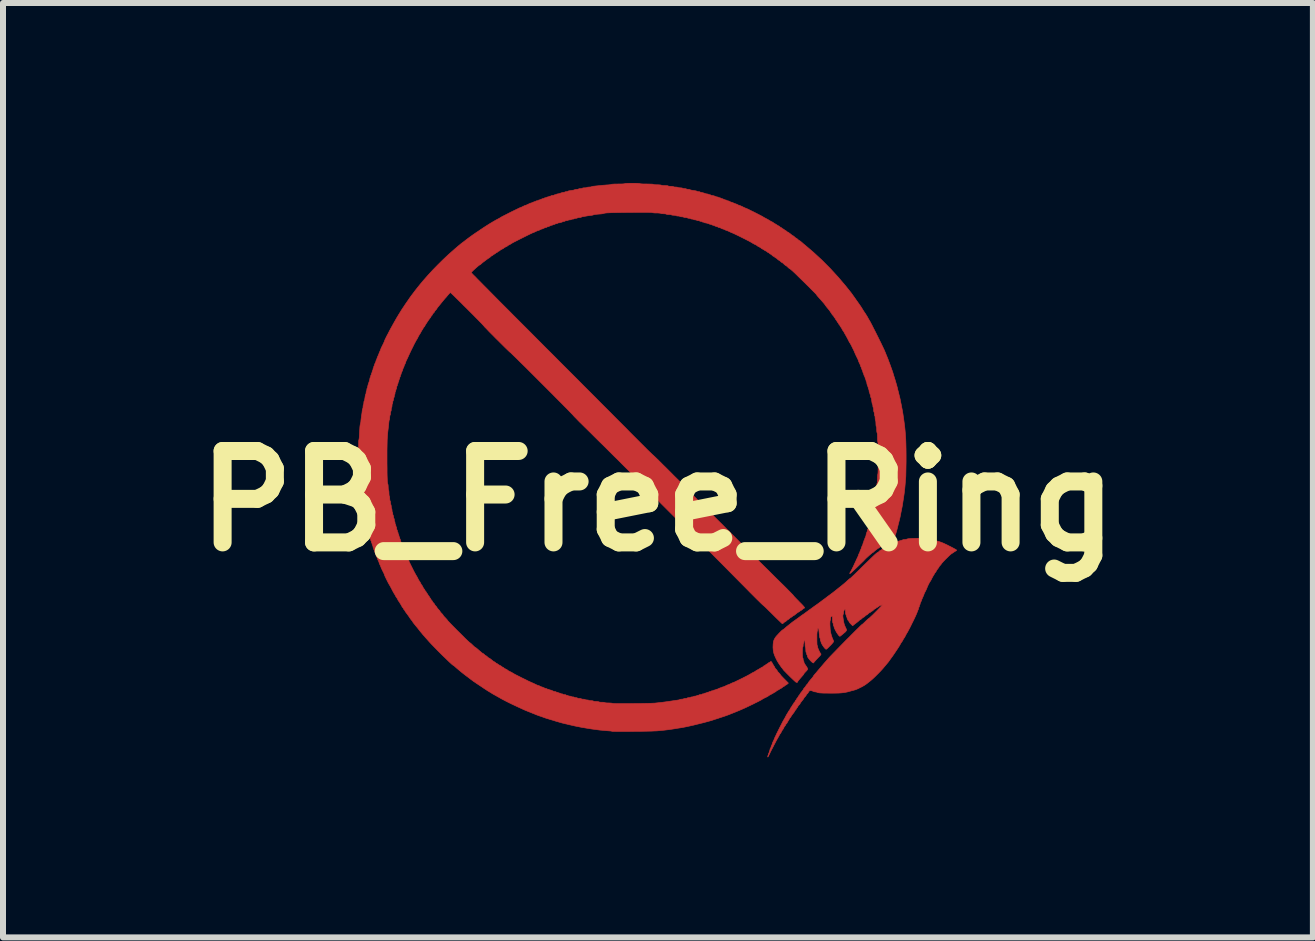
<source format=kicad_pcb>
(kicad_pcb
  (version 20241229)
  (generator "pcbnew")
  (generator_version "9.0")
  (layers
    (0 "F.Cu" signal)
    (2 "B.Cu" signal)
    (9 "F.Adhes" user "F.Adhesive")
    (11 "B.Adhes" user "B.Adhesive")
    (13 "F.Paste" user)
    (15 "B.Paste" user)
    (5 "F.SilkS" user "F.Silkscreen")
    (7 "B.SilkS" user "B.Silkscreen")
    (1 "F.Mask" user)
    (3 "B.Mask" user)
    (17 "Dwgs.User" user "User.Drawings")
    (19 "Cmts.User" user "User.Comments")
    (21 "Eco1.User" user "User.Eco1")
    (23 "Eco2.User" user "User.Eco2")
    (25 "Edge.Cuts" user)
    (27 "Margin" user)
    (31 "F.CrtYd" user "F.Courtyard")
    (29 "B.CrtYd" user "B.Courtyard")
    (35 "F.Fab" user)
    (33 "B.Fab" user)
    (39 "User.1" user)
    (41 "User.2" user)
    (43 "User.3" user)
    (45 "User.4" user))
  (footprint "PB_Free_Ring"
    (layer "F.Cu")
    (at 7.918 5.302)
    (property "Reference" "PB_Free_Ring" (at 0 0 0) (layer "F.SilkS") (effects (font (size 1.524 1.524) (thickness 0.3))))
    (attr through_hole)
    (fp_poly (pts (xy 4.364 0.621) (xy 4.403 0.622) (xy 4.438 0.624) (xy 4.466 0.627) (xy 4.472 0.628) (xy 4.552 0.642) (xy 4.624 0.659) (xy 4.687 0.676) (xy 4.734 0.693) (xy 4.756 0.702) (xy 4.784 0.715) (xy 4.816 0.73) (xy 4.849 0.747) (xy 4.883 0.764) (xy 4.914 0.78) (xy 4.941 0.795) (xy 4.962 0.806) (xy 4.975 0.815) (xy 4.978 0.818) (xy 4.975 0.826) (xy 4.969 0.83) (xy 4.957 0.836) (xy 4.94 0.847) (xy 4.93 0.854) (xy 4.911 0.867) (xy 4.895 0.877) (xy 4.889 0.881) (xy 4.88 0.888) (xy 4.864 0.902) (xy 4.844 0.921) (xy 4.821 0.944) (xy 4.797 0.967) (xy 4.774 0.991) (xy 4.754 1.012) (xy 4.738 1.03) (xy 4.728 1.041) (xy 4.726 1.045) (xy 4.721 1.053) (xy 4.711 1.066) (xy 4.707 1.07) (xy 4.695 1.083) (xy 4.688 1.092) (xy 4.687 1.094) (xy 4.684 1.101) (xy 4.675 1.115) (xy 4.662 1.132) (xy 4.649 1.15) (xy 4.64 1.165) (xy 4.637 1.172) (xy 4.632 1.182) (xy 4.624 1.191) (xy 4.615 1.201) (xy 4.611 1.208) (xy 4.608 1.215) (xy 4.6 1.229) (xy 4.595 1.236) (xy 4.584 1.255) (xy 4.57 1.28) (xy 4.56 1.3) (xy 4.55 1.32) (xy 4.541 1.336) (xy 4.535 1.343) (xy 4.535 1.343) (xy 4.53 1.35) (xy 4.522 1.365) (xy 4.511 1.386) (xy 4.501 1.407) (xy 4.492 1.427) (xy 4.486 1.442) (xy 4.484 1.448) (xy 4.481 1.455) (xy 4.474 1.471) (xy 4.464 1.493) (xy 4.459 1.502) (xy 4.447 1.525) (xy 4.438 1.544) (xy 4.434 1.556) (xy 4.433 1.559) (xy 4.43 1.568) (xy 4.423 1.584) (xy 4.414 1.604) (xy 4.405 1.624) (xy 4.398 1.641) (xy 4.395 1.649) (xy 4.392 1.66) (xy 4.385 1.675) (xy 4.383 1.68) (xy 4.374 1.697) (xy 4.37 1.712) (xy 4.37 1.715) (xy 4.367 1.727) (xy 4.364 1.731) (xy 4.359 1.74) (xy 4.357 1.75) (xy 4.355 1.763) (xy 4.351 1.769) (xy 4.346 1.778) (xy 4.344 1.787) (xy 4.342 1.801) (xy 4.339 1.807) (xy 4.335 1.816) (xy 4.328 1.833) (xy 4.32 1.855) (xy 4.319 1.857) (xy 4.313 1.873) (xy 4.302 1.898) (xy 4.288 1.929) (xy 4.271 1.965) (xy 4.252 2.004) (xy 4.232 2.044) (xy 4.213 2.083) (xy 4.195 2.119) (xy 4.178 2.15) (xy 4.165 2.175) (xy 4.155 2.192) (xy 4.152 2.197) (xy 4.145 2.208) (xy 4.135 2.226) (xy 4.126 2.244) (xy 4.116 2.263) (xy 4.108 2.278) (xy 4.103 2.284) (xy 4.097 2.291) (xy 4.089 2.306) (xy 4.086 2.311) (xy 4.077 2.329) (xy 4.068 2.343) (xy 4.066 2.345) (xy 4.057 2.358) (xy 4.046 2.375) (xy 4.043 2.381) (xy 4.026 2.411) (xy 4.003 2.448) (xy 3.975 2.49) (xy 3.945 2.535) (xy 3.915 2.579) (xy 3.897 2.604) (xy 3.88 2.627) (xy 3.865 2.648) (xy 3.854 2.664) (xy 3.851 2.668) (xy 3.845 2.676) (xy 3.838 2.686) (xy 3.827 2.699) (xy 3.812 2.717) (xy 3.791 2.742) (xy 3.764 2.774) (xy 3.756 2.784) (xy 3.732 2.811) (xy 3.702 2.843) (xy 3.67 2.876) (xy 3.636 2.91) (xy 3.604 2.941) (xy 3.575 2.968) (xy 3.552 2.988) (xy 3.55 2.99) (xy 3.514 3.018) (xy 3.487 3.04) (xy 3.464 3.057) (xy 3.444 3.07) (xy 3.424 3.082) (xy 3.403 3.094) (xy 3.377 3.107) (xy 3.372 3.109) (xy 3.339 3.126) (xy 3.313 3.137) (xy 3.291 3.146) (xy 3.269 3.152) (xy 3.252 3.157) (xy 3.23 3.162) (xy 3.207 3.169) (xy 3.204 3.169) (xy 3.166 3.18) (xy 3.13 3.188) (xy 3.094 3.194) (xy 3.056 3.198) (xy 3.013 3.201) (xy 2.963 3.202) (xy 2.902 3.203) (xy 2.887 3.203) (xy 2.822 3.202) (xy 2.769 3.202) (xy 2.727 3.2) (xy 2.695 3.198) (xy 2.672 3.195) (xy 2.658 3.191) (xy 2.652 3.188) (xy 2.642 3.184) (xy 2.628 3.182) (xy 2.611 3.18) (xy 2.599 3.177) (xy 2.586 3.171) (xy 2.568 3.164) (xy 2.564 3.163) (xy 2.546 3.159) (xy 2.534 3.161) (xy 2.524 3.166) (xy 2.513 3.176) (xy 2.509 3.184) (xy 2.505 3.194) (xy 2.494 3.207) (xy 2.49 3.211) (xy 2.478 3.224) (xy 2.471 3.234) (xy 2.471 3.236) (xy 2.467 3.245) (xy 2.456 3.257) (xy 2.452 3.262) (xy 2.44 3.274) (xy 2.433 3.284) (xy 2.433 3.286) (xy 2.429 3.294) (xy 2.42 3.307) (xy 2.415 3.313) (xy 2.392 3.342) (xy 2.377 3.362) (xy 2.37 3.374) (xy 2.369 3.377) (xy 2.365 3.385) (xy 2.354 3.397) (xy 2.35 3.401) (xy 2.338 3.414) (xy 2.332 3.425) (xy 2.331 3.427) (xy 2.327 3.436) (xy 2.318 3.446) (xy 2.309 3.457) (xy 2.306 3.465) (xy 2.301 3.474) (xy 2.293 3.484) (xy 2.283 3.494) (xy 2.28 3.501) (xy 2.277 3.508) (xy 2.267 3.523) (xy 2.253 3.542) (xy 2.248 3.547) (xy 2.234 3.567) (xy 2.223 3.583) (xy 2.217 3.593) (xy 2.217 3.594) (xy 2.212 3.602) (xy 2.204 3.611) (xy 2.195 3.621) (xy 2.191 3.628) (xy 2.188 3.637) (xy 2.179 3.651) (xy 2.172 3.663) (xy 2.162 3.679) (xy 2.155 3.692) (xy 2.153 3.696) (xy 2.149 3.704) (xy 2.14 3.713) (xy 2.131 3.724) (xy 2.128 3.732) (xy 2.123 3.742) (xy 2.118 3.748) (xy 2.109 3.758) (xy 2.099 3.775) (xy 2.096 3.783) (xy 2.087 3.8) (xy 2.079 3.812) (xy 2.077 3.814) (xy 2.071 3.822) (xy 2.062 3.837) (xy 2.058 3.846) (xy 2.049 3.863) (xy 2.042 3.875) (xy 2.039 3.878) (xy 2.033 3.885) (xy 2.024 3.9) (xy 2.022 3.905) (xy 2.011 3.926) (xy 1.998 3.949) (xy 1.995 3.954) (xy 1.986 3.969) (xy 1.973 3.993) (xy 1.958 4.022) (xy 1.942 4.053) (xy 1.94 4.055) (xy 1.925 4.085) (xy 1.912 4.111) (xy 1.901 4.131) (xy 1.895 4.143) (xy 1.894 4.144) (xy 1.888 4.156) (xy 1.879 4.175) (xy 1.867 4.199) (xy 1.861 4.213) (xy 1.849 4.236) (xy 1.84 4.255) (xy 1.833 4.266) (xy 1.832 4.268) (xy 1.83 4.263) (xy 1.829 4.256) (xy 1.832 4.244) (xy 1.836 4.24) (xy 1.841 4.231) (xy 1.842 4.221) (xy 1.844 4.207) (xy 1.848 4.202) (xy 1.853 4.193) (xy 1.855 4.183) (xy 1.857 4.169) (xy 1.861 4.163) (xy 1.866 4.155) (xy 1.867 4.144) (xy 1.869 4.131) (xy 1.873 4.126) (xy 1.878 4.118) (xy 1.884 4.103) (xy 1.886 4.094) (xy 1.892 4.076) (xy 1.898 4.064) (xy 1.9 4.061) (xy 1.905 4.053) (xy 1.905 4.046) (xy 1.908 4.035) (xy 1.916 4.016) (xy 1.925 3.998) (xy 1.934 3.978) (xy 1.941 3.962) (xy 1.944 3.955) (xy 1.946 3.947) (xy 1.954 3.93) (xy 1.966 3.906) (xy 1.98 3.875) (xy 1.997 3.841) (xy 2.015 3.805) (xy 2.033 3.769) (xy 2.051 3.734) (xy 2.067 3.703) (xy 2.08 3.677) (xy 2.09 3.659) (xy 2.096 3.65) (xy 2.096 3.649) (xy 2.102 3.639) (xy 2.112 3.622) (xy 2.125 3.599) (xy 2.129 3.59) (xy 2.141 3.567) (xy 2.153 3.547) (xy 2.161 3.533) (xy 2.163 3.531) (xy 2.171 3.52) (xy 2.172 3.514) (xy 2.177 3.505) (xy 2.182 3.499) (xy 2.191 3.489) (xy 2.201 3.472) (xy 2.204 3.465) (xy 2.214 3.447) (xy 2.223 3.433) (xy 2.226 3.43) (xy 2.234 3.42) (xy 2.236 3.414) (xy 2.24 3.404) (xy 2.248 3.395) (xy 2.258 3.384) (xy 2.261 3.376) (xy 2.265 3.366) (xy 2.274 3.357) (xy 2.283 3.346) (xy 2.287 3.338) (xy 2.291 3.328) (xy 2.299 3.319) (xy 2.309 3.308) (xy 2.312 3.3) (xy 2.316 3.29) (xy 2.325 3.281) (xy 2.334 3.269) (xy 2.337 3.262) (xy 2.342 3.252) (xy 2.35 3.242) (xy 2.36 3.232) (xy 2.363 3.225) (xy 2.367 3.217) (xy 2.376 3.203) (xy 2.38 3.198) (xy 2.403 3.169) (xy 2.418 3.149) (xy 2.425 3.136) (xy 2.426 3.133) (xy 2.431 3.125) (xy 2.441 3.113) (xy 2.445 3.109) (xy 2.457 3.096) (xy 2.464 3.086) (xy 2.464 3.084) (xy 2.469 3.075) (xy 2.479 3.062) (xy 2.483 3.058) (xy 2.495 3.046) (xy 2.502 3.036) (xy 2.503 3.034) (xy 2.504 3.029) (xy 2.511 3.019) (xy 2.523 3.004) (xy 2.541 2.982) (xy 2.567 2.952) (xy 2.568 2.951) (xy 2.581 2.935) (xy 2.589 2.923) (xy 2.591 2.919) (xy 2.595 2.911) (xy 2.606 2.898) (xy 2.618 2.883) (xy 2.637 2.862) (xy 2.658 2.836) (xy 2.677 2.814) (xy 2.721 2.762) (xy 2.771 2.703) (xy 2.826 2.641) (xy 2.837 2.628) (xy 2.852 2.611) (xy 2.874 2.588) (xy 2.902 2.559) (xy 2.935 2.525) (xy 2.972 2.487) (xy 3.012 2.446) (xy 3.054 2.403) (xy 3.097 2.359) (xy 3.141 2.314) (xy 3.185 2.271) (xy 3.226 2.229) (xy 3.266 2.189) (xy 3.302 2.153) (xy 3.334 2.122) (xy 3.361 2.095) (xy 3.382 2.075) (xy 3.395 2.063) (xy 3.401 2.058) (xy 3.401 2.058) (xy 3.408 2.054) (xy 3.422 2.042) (xy 3.44 2.025) (xy 3.458 2.007) (xy 3.479 1.987) (xy 3.497 1.97) (xy 3.51 1.96) (xy 3.516 1.956) (xy 3.522 1.952) (xy 3.535 1.94) (xy 3.554 1.922) (xy 3.578 1.9) (xy 3.604 1.874) (xy 3.631 1.847) (xy 3.658 1.82) (xy 3.684 1.793) (xy 3.706 1.77) (xy 3.724 1.751) (xy 3.736 1.737) (xy 3.74 1.731) (xy 3.74 1.731) (xy 3.732 1.731) (xy 3.717 1.736) (xy 3.7 1.743) (xy 3.684 1.753) (xy 3.672 1.761) (xy 3.671 1.762) (xy 3.661 1.77) (xy 3.656 1.772) (xy 3.646 1.776) (xy 3.636 1.785) (xy 3.625 1.794) (xy 3.617 1.797) (xy 3.609 1.802) (xy 3.596 1.812) (xy 3.592 1.817) (xy 3.579 1.829) (xy 3.568 1.835) (xy 3.566 1.836) (xy 3.557 1.84) (xy 3.547 1.848) (xy 3.536 1.858) (xy 3.529 1.861) (xy 3.52 1.865) (xy 3.507 1.876) (xy 3.503 1.88) (xy 3.49 1.892) (xy 3.48 1.899) (xy 3.477 1.899) (xy 3.469 1.903) (xy 3.456 1.914) (xy 3.452 1.918) (xy 3.439 1.93) (xy 3.429 1.937) (xy 3.427 1.937) (xy 3.418 1.941) (xy 3.405 1.952) (xy 3.401 1.956) (xy 3.388 1.968) (xy 3.378 1.975) (xy 3.375 1.975) (xy 3.366 1.98) (xy 3.359 1.986) (xy 3.35 1.995) (xy 3.334 2.009) (xy 3.319 2.021) (xy 3.298 2.037) (xy 3.277 2.053) (xy 3.266 2.062) (xy 3.245 2.079) (xy 3.217 2.051) (xy 3.202 2.036) (xy 3.192 2.023) (xy 3.188 2.016) (xy 3.184 2.006) (xy 3.179 2.001) (xy 3.168 1.987) (xy 3.158 1.968) (xy 3.151 1.949) (xy 3.15 1.943) (xy 3.147 1.931) (xy 3.144 1.928) (xy 3.139 1.919) (xy 3.138 1.909) (xy 3.135 1.895) (xy 3.131 1.89) (xy 3.128 1.882) (xy 3.126 1.865) (xy 3.125 1.845) (xy 3.124 1.824) (xy 3.122 1.809) (xy 3.119 1.804) (xy 3.11 1.809) (xy 3.102 1.824) (xy 3.095 1.842) (xy 3.093 1.86) (xy 3.092 1.877) (xy 3.087 1.89) (xy 3.086 1.891) (xy 3.083 1.9) (xy 3.082 1.919) (xy 3.085 1.948) (xy 3.091 1.989) (xy 3.092 1.994) (xy 3.099 2.031) (xy 3.107 2.06) (xy 3.117 2.086) (xy 3.127 2.107) (xy 3.136 2.127) (xy 3.143 2.144) (xy 3.144 2.152) (xy 3.139 2.163) (xy 3.128 2.177) (xy 3.119 2.186) (xy 3.098 2.203) (xy 3.075 2.223) (xy 3.065 2.231) (xy 3.049 2.244) (xy 3.037 2.253) (xy 3.032 2.255) (xy 3.022 2.249) (xy 3.009 2.235) (xy 2.994 2.214) (xy 2.977 2.189) (xy 2.962 2.162) (xy 2.949 2.136) (xy 2.939 2.114) (xy 2.935 2.097) (xy 2.934 2.095) (xy 2.931 2.083) (xy 2.928 2.08) (xy 2.924 2.072) (xy 2.922 2.056) (xy 2.922 2.055) (xy 2.92 2.039) (xy 2.916 2.03) (xy 2.915 2.029) (xy 2.912 2.022) (xy 2.91 2.004) (xy 2.909 1.981) (xy 2.909 1.972) (xy 2.908 1.944) (xy 2.907 1.927) (xy 2.903 1.919) (xy 2.901 1.918) (xy 2.887 1.924) (xy 2.879 1.94) (xy 2.877 1.959) (xy 2.876 1.978) (xy 2.872 1.99) (xy 2.871 1.992) (xy 2.868 2.001) (xy 2.867 2.02) (xy 2.866 2.046) (xy 2.867 2.077) (xy 2.869 2.109) (xy 2.871 2.141) (xy 2.874 2.169) (xy 2.876 2.179) (xy 2.883 2.211) (xy 2.893 2.247) (xy 2.905 2.281) (xy 2.917 2.309) (xy 2.918 2.311) (xy 2.925 2.328) (xy 2.928 2.342) (xy 2.928 2.342) (xy 2.924 2.35) (xy 2.912 2.365) (xy 2.896 2.384) (xy 2.876 2.405) (xy 2.855 2.426) (xy 2.835 2.446) (xy 2.819 2.461) (xy 2.807 2.469) (xy 2.804 2.471) (xy 2.793 2.466) (xy 2.779 2.452) (xy 2.763 2.432) (xy 2.747 2.409) (xy 2.733 2.386) (xy 2.723 2.366) (xy 2.718 2.35) (xy 2.718 2.35) (xy 2.715 2.338) (xy 2.712 2.334) (xy 2.708 2.326) (xy 2.706 2.311) (xy 2.706 2.31) (xy 2.704 2.294) (xy 2.7 2.283) (xy 2.7 2.283) (xy 2.696 2.274) (xy 2.693 2.256) (xy 2.691 2.239) (xy 2.688 2.21) (xy 2.685 2.178) (xy 2.683 2.161) (xy 2.68 2.137) (xy 2.675 2.124) (xy 2.67 2.121) (xy 2.663 2.127) (xy 2.661 2.143) (xy 2.66 2.159) (xy 2.656 2.169) (xy 2.655 2.169) (xy 2.653 2.177) (xy 2.651 2.196) (xy 2.649 2.225) (xy 2.649 2.263) (xy 2.649 2.29) (xy 2.649 2.332) (xy 2.65 2.367) (xy 2.651 2.392) (xy 2.654 2.407) (xy 2.655 2.41) (xy 2.66 2.419) (xy 2.661 2.431) (xy 2.664 2.446) (xy 2.672 2.467) (xy 2.683 2.492) (xy 2.695 2.516) (xy 2.706 2.535) (xy 2.715 2.547) (xy 2.716 2.547) (xy 2.718 2.552) (xy 2.716 2.558) (xy 2.709 2.569) (xy 2.696 2.585) (xy 2.674 2.607) (xy 2.661 2.621) (xy 2.639 2.644) (xy 2.62 2.665) (xy 2.606 2.681) (xy 2.598 2.691) (xy 2.598 2.693) (xy 2.594 2.699) (xy 2.583 2.696) (xy 2.566 2.684) (xy 2.544 2.663) (xy 2.516 2.631) (xy 2.498 2.605) (xy 2.49 2.584) (xy 2.49 2.578) (xy 2.487 2.567) (xy 2.483 2.563) (xy 2.479 2.554) (xy 2.477 2.544) (xy 2.475 2.531) (xy 2.471 2.525) (xy 2.467 2.517) (xy 2.465 2.5) (xy 2.464 2.48) (xy 2.463 2.459) (xy 2.461 2.443) (xy 2.458 2.436) (xy 2.455 2.428) (xy 2.453 2.411) (xy 2.452 2.387) (xy 2.452 2.378) (xy 2.451 2.351) (xy 2.45 2.335) (xy 2.447 2.327) (xy 2.442 2.325) (xy 2.435 2.33) (xy 2.433 2.345) (xy 2.433 2.347) (xy 2.431 2.362) (xy 2.427 2.372) (xy 2.426 2.372) (xy 2.422 2.381) (xy 2.42 2.397) (xy 2.42 2.404) (xy 2.419 2.422) (xy 2.415 2.434) (xy 2.414 2.436) (xy 2.411 2.444) (xy 2.409 2.462) (xy 2.408 2.489) (xy 2.407 2.523) (xy 2.407 2.525) (xy 2.408 2.559) (xy 2.409 2.587) (xy 2.411 2.605) (xy 2.413 2.614) (xy 2.414 2.614) (xy 2.418 2.622) (xy 2.42 2.637) (xy 2.42 2.639) (xy 2.422 2.655) (xy 2.426 2.664) (xy 2.426 2.664) (xy 2.432 2.673) (xy 2.433 2.682) (xy 2.434 2.692) (xy 2.439 2.702) (xy 2.447 2.717) (xy 2.461 2.738) (xy 2.476 2.759) (xy 2.487 2.778) (xy 2.494 2.793) (xy 2.496 2.8) (xy 2.492 2.81) (xy 2.481 2.825) (xy 2.465 2.842) (xy 2.464 2.842) (xy 2.449 2.859) (xy 2.437 2.872) (xy 2.433 2.879) (xy 2.433 2.88) (xy 2.429 2.887) (xy 2.419 2.901) (xy 2.406 2.916) (xy 2.378 2.948) (xy 2.358 2.972) (xy 2.344 2.988) (xy 2.335 2.999) (xy 2.332 3.006) (xy 2.331 3.008) (xy 2.326 3.02) (xy 2.315 3.024) (xy 2.3 3.019) (xy 2.29 3.011) (xy 2.274 2.996) (xy 2.252 2.976) (xy 2.227 2.952) (xy 2.2 2.926) (xy 2.173 2.899) (xy 2.146 2.872) (xy 2.123 2.848) (xy 2.103 2.828) (xy 2.09 2.813) (xy 2.084 2.804) (xy 2.083 2.804) (xy 2.079 2.795) (xy 2.07 2.785) (xy 2.058 2.772) (xy 2.043 2.75) (xy 2.024 2.723) (xy 2.005 2.694) (xy 1.987 2.664) (xy 1.973 2.637) (xy 1.97 2.631) (xy 1.947 2.581) (xy 1.931 2.536) (xy 1.922 2.491) (xy 1.918 2.444) (xy 1.918 2.428) (xy 1.92 2.384) (xy 1.924 2.348) (xy 1.933 2.318) (xy 1.947 2.29) (xy 1.955 2.277) (xy 1.965 2.263) (xy 1.981 2.244) (xy 2.001 2.223) (xy 2.021 2.201) (xy 2.042 2.18) (xy 2.059 2.163) (xy 2.073 2.151) (xy 2.079 2.147) (xy 2.087 2.143) (xy 2.1 2.133) (xy 2.116 2.12) (xy 2.138 2.1) (xy 2.163 2.08) (xy 2.177 2.069) (xy 2.198 2.052) (xy 2.219 2.036) (xy 2.229 2.027) (xy 2.247 2.014) (xy 2.264 2.001) (xy 2.268 1.999) (xy 2.31 1.969) (xy 2.345 1.944) (xy 2.353 1.938) (xy 2.371 1.924) (xy 2.395 1.907) (xy 2.419 1.89) (xy 2.42 1.89) (xy 2.444 1.873) (xy 2.468 1.855) (xy 2.486 1.842) (xy 2.487 1.842) (xy 2.507 1.826) (xy 2.528 1.811) (xy 2.534 1.807) (xy 2.554 1.793) (xy 2.575 1.777) (xy 2.582 1.773) (xy 2.6 1.759) (xy 2.624 1.742) (xy 2.648 1.725) (xy 2.649 1.725) (xy 2.673 1.707) (xy 2.698 1.689) (xy 2.718 1.674) (xy 2.718 1.674) (xy 2.739 1.658) (xy 2.76 1.642) (xy 2.769 1.636) (xy 2.788 1.622) (xy 2.809 1.606) (xy 2.82 1.597) (xy 2.839 1.583) (xy 2.857 1.57) (xy 2.865 1.564) (xy 2.88 1.553) (xy 2.898 1.539) (xy 2.903 1.536) (xy 2.935 1.511) (xy 2.959 1.492) (xy 2.978 1.477) (xy 2.994 1.464) (xy 3.009 1.452) (xy 3.014 1.448) (xy 3.056 1.415) (xy 3.09 1.387) (xy 3.12 1.362) (xy 3.149 1.336) (xy 3.156 1.329) (xy 3.175 1.312) (xy 3.192 1.298) (xy 3.202 1.29) (xy 3.205 1.289) (xy 3.21 1.285) (xy 3.224 1.273) (xy 3.245 1.253) (xy 3.272 1.228) (xy 3.304 1.197) (xy 3.34 1.162) (xy 3.379 1.123) (xy 3.402 1.1) (xy 3.458 1.045) (xy 3.506 0.999) (xy 3.546 0.96) (xy 3.579 0.928) (xy 3.605 0.903) (xy 3.626 0.884) (xy 3.642 0.871) (xy 3.653 0.862) (xy 3.66 0.858) (xy 3.663 0.857) (xy 3.671 0.853) (xy 3.683 0.843) (xy 3.687 0.838) (xy 3.7 0.826) (xy 3.711 0.82) (xy 3.713 0.819) (xy 3.722 0.815) (xy 3.732 0.807) (xy 3.742 0.797) (xy 3.75 0.794) (xy 3.759 0.79) (xy 3.766 0.785) (xy 3.775 0.779) (xy 3.793 0.768) (xy 3.817 0.755) (xy 3.844 0.741) (xy 3.873 0.727) (xy 3.9 0.713) (xy 3.923 0.702) (xy 3.94 0.695) (xy 3.947 0.692) (xy 3.957 0.69) (xy 3.973 0.683) (xy 3.98 0.68) (xy 4.001 0.672) (xy 4.027 0.664) (xy 4.04 0.66) (xy 4.06 0.655) (xy 4.075 0.649) (xy 4.081 0.647) (xy 4.09 0.643) (xy 4.107 0.642) (xy 4.113 0.642) (xy 4.131 0.64) (xy 4.143 0.637) (xy 4.145 0.636) (xy 4.155 0.632) (xy 4.176 0.628) (xy 4.206 0.625) (xy 4.241 0.623) (xy 4.281 0.622) (xy 4.323 0.621) (xy 4.364 0.621)) (stroke (width 0.01) (type solid)) (fill yes) (layer "F.Cu"))
    (fp_poly (pts (xy -0.408 -5.297) (xy -0.375 -5.297) (xy -0.345 -5.296) (xy -0.322 -5.294) (xy -0.306 -5.293) (xy -0.302 -5.291) (xy -0.294 -5.289) (xy -0.275 -5.287) (xy -0.246 -5.285) (xy -0.209 -5.285) (xy -0.187 -5.285) (xy -0.146 -5.284) (xy -0.113 -5.283) (xy -0.089 -5.282) (xy -0.075 -5.279) (xy -0.073 -5.278) (xy -0.065 -5.275) (xy -0.048 -5.273) (xy -0.024 -5.272) (xy -0.01 -5.272) (xy 0.017 -5.271) (xy 0.038 -5.269) (xy 0.051 -5.267) (xy 0.054 -5.265) (xy 0.062 -5.263) (xy 0.079 -5.26) (xy 0.102 -5.259) (xy 0.111 -5.259) (xy 0.136 -5.258) (xy 0.156 -5.257) (xy 0.167 -5.254) (xy 0.168 -5.253) (xy 0.176 -5.249) (xy 0.193 -5.247) (xy 0.213 -5.246) (xy 0.234 -5.245) (xy 0.251 -5.243) (xy 0.257 -5.24) (xy 0.265 -5.237) (xy 0.282 -5.234) (xy 0.295 -5.234) (xy 0.315 -5.233) (xy 0.329 -5.23) (xy 0.333 -5.227) (xy 0.342 -5.224) (xy 0.358 -5.222) (xy 0.372 -5.221) (xy 0.391 -5.22) (xy 0.405 -5.217) (xy 0.41 -5.215) (xy 0.418 -5.211) (xy 0.434 -5.209) (xy 0.441 -5.208) (xy 0.459 -5.207) (xy 0.471 -5.204) (xy 0.473 -5.202) (xy 0.481 -5.198) (xy 0.498 -5.196) (xy 0.505 -5.196) (xy 0.523 -5.194) (xy 0.534 -5.191) (xy 0.536 -5.19) (xy 0.539 -5.187) (xy 0.547 -5.184) (xy 0.56 -5.182) (xy 0.581 -5.178) (xy 0.613 -5.173) (xy 0.618 -5.173) (xy 0.636 -5.169) (xy 0.649 -5.165) (xy 0.651 -5.163) (xy 0.661 -5.159) (xy 0.677 -5.157) (xy 0.677 -5.157) (xy 0.693 -5.156) (xy 0.702 -5.151) (xy 0.702 -5.151) (xy 0.711 -5.146) (xy 0.719 -5.145) (xy 0.736 -5.142) (xy 0.759 -5.136) (xy 0.781 -5.129) (xy 0.789 -5.125) (xy 0.804 -5.121) (xy 0.819 -5.119) (xy 0.834 -5.117) (xy 0.842 -5.113) (xy 0.85 -5.108) (xy 0.861 -5.107) (xy 0.874 -5.104) (xy 0.88 -5.1) (xy 0.889 -5.095) (xy 0.897 -5.094) (xy 0.914 -5.092) (xy 0.937 -5.086) (xy 0.959 -5.078) (xy 0.967 -5.074) (xy 0.983 -5.069) (xy 0.99 -5.069) (xy 1.003 -5.066) (xy 1.007 -5.062) (xy 1.016 -5.057) (xy 1.026 -5.056) (xy 1.039 -5.053) (xy 1.045 -5.05) (xy 1.054 -5.044) (xy 1.058 -5.043) (xy 1.069 -5.041) (xy 1.087 -5.034) (xy 1.094 -5.03) (xy 1.112 -5.023) (xy 1.128 -5.018) (xy 1.131 -5.018) (xy 1.143 -5.015) (xy 1.146 -5.011) (xy 1.155 -5.006) (xy 1.163 -5.005) (xy 1.176 -5.002) (xy 1.193 -4.995) (xy 1.197 -4.992) (xy 1.214 -4.984) (xy 1.226 -4.98) (xy 1.228 -4.98) (xy 1.238 -4.977) (xy 1.255 -4.97) (xy 1.262 -4.967) (xy 1.28 -4.959) (xy 1.292 -4.955) (xy 1.295 -4.954) (xy 1.304 -4.951) (xy 1.32 -4.944) (xy 1.324 -4.942) (xy 1.341 -4.933) (xy 1.353 -4.929) (xy 1.355 -4.929) (xy 1.364 -4.926) (xy 1.381 -4.919) (xy 1.403 -4.909) (xy 1.413 -4.904) (xy 1.437 -4.892) (xy 1.456 -4.884) (xy 1.468 -4.879) (xy 1.471 -4.878) (xy 1.478 -4.875) (xy 1.495 -4.868) (xy 1.52 -4.856) (xy 1.549 -4.841) (xy 1.583 -4.825) (xy 1.618 -4.807) (xy 1.652 -4.79) (xy 1.685 -4.773) (xy 1.713 -4.758) (xy 1.735 -4.747) (xy 1.749 -4.739) (xy 1.753 -4.736) (xy 1.764 -4.729) (xy 1.782 -4.719) (xy 1.794 -4.713) (xy 1.818 -4.7) (xy 1.842 -4.687) (xy 1.851 -4.681) (xy 1.873 -4.668) (xy 1.895 -4.656) (xy 1.9 -4.654) (xy 1.917 -4.645) (xy 1.929 -4.635) (xy 1.931 -4.634) (xy 1.94 -4.626) (xy 1.945 -4.624) (xy 1.953 -4.621) (xy 1.968 -4.612) (xy 1.979 -4.605) (xy 1.995 -4.594) (xy 2.008 -4.587) (xy 2.012 -4.586) (xy 2.02 -4.582) (xy 2.029 -4.573) (xy 2.041 -4.564) (xy 2.048 -4.56) (xy 2.058 -4.556) (xy 2.067 -4.548) (xy 2.079 -4.538) (xy 2.086 -4.535) (xy 2.096 -4.531) (xy 2.106 -4.522) (xy 2.117 -4.513) (xy 2.125 -4.51) (xy 2.134 -4.505) (xy 2.144 -4.497) (xy 2.154 -4.487) (xy 2.161 -4.484) (xy 2.17 -4.481) (xy 2.185 -4.47) (xy 2.209 -4.452) (xy 2.226 -4.438) (xy 2.24 -4.427) (xy 2.251 -4.421) (xy 2.253 -4.421) (xy 2.261 -4.416) (xy 2.273 -4.406) (xy 2.277 -4.402) (xy 2.29 -4.39) (xy 2.3 -4.383) (xy 2.302 -4.383) (xy 2.311 -4.378) (xy 2.324 -4.368) (xy 2.328 -4.364) (xy 2.341 -4.352) (xy 2.35 -4.345) (xy 2.352 -4.344) (xy 2.36 -4.341) (xy 2.374 -4.331) (xy 2.386 -4.321) (xy 2.406 -4.304) (xy 2.43 -4.283) (xy 2.449 -4.268) (xy 2.592 -4.146) (xy 2.735 -4.014) (xy 2.873 -3.875) (xy 3.005 -3.731) (xy 3.128 -3.586) (xy 3.168 -3.536) (xy 3.184 -3.516) (xy 3.2 -3.496) (xy 3.208 -3.486) (xy 3.223 -3.467) (xy 3.245 -3.436) (xy 3.273 -3.397) (xy 3.307 -3.348) (xy 3.312 -3.341) (xy 3.329 -3.317) (xy 3.346 -3.293) (xy 3.359 -3.275) (xy 3.359 -3.274) (xy 3.372 -3.256) (xy 3.388 -3.232) (xy 3.404 -3.207) (xy 3.405 -3.204) (xy 3.421 -3.179) (xy 3.438 -3.152) (xy 3.452 -3.132) (xy 3.453 -3.131) (xy 3.467 -3.109) (xy 3.481 -3.086) (xy 3.487 -3.077) (xy 3.497 -3.059) (xy 3.51 -3.035) (xy 3.525 -3.01) (xy 3.528 -3.004) (xy 3.539 -2.986) (xy 3.554 -2.957) (xy 3.573 -2.921) (xy 3.594 -2.878) (xy 3.618 -2.832) (xy 3.643 -2.782) (xy 3.668 -2.732) (xy 3.692 -2.683) (xy 3.715 -2.637) (xy 3.735 -2.595) (xy 3.752 -2.56) (xy 3.765 -2.532) (xy 3.772 -2.518) (xy 3.783 -2.491) (xy 3.795 -2.463) (xy 3.803 -2.442) (xy 3.814 -2.416) (xy 3.825 -2.388) (xy 3.829 -2.379) (xy 3.838 -2.356) (xy 3.848 -2.328) (xy 3.859 -2.3) (xy 3.859 -2.299) (xy 3.87 -2.27) (xy 3.881 -2.239) (xy 3.89 -2.214) (xy 3.899 -2.189) (xy 3.91 -2.158) (xy 3.92 -2.127) (xy 3.922 -2.118) (xy 3.931 -2.089) (xy 3.94 -2.061) (xy 3.947 -2.038) (xy 3.949 -2.033) (xy 3.957 -2.005) (xy 3.967 -1.971) (xy 3.978 -1.934) (xy 3.987 -1.901) (xy 3.99 -1.89) (xy 3.995 -1.866) (xy 4.001 -1.842) (xy 4.002 -1.84) (xy 4.008 -1.817) (xy 4.014 -1.793) (xy 4.014 -1.791) (xy 4.02 -1.767) (xy 4.026 -1.742) (xy 4.027 -1.739) (xy 4.033 -1.715) (xy 4.039 -1.689) (xy 4.04 -1.68) (xy 4.045 -1.653) (xy 4.051 -1.626) (xy 4.053 -1.618) (xy 4.06 -1.579) (xy 4.067 -1.545) (xy 4.073 -1.514) (xy 4.078 -1.483) (xy 4.084 -1.45) (xy 4.089 -1.412) (xy 4.096 -1.367) (xy 4.103 -1.315) (xy 4.112 -1.247) (xy 4.119 -1.178) (xy 4.125 -1.107) (xy 4.13 -1.032) (xy 4.133 -0.952) (xy 4.135 -0.863) (xy 4.136 -0.764) (xy 4.136 -0.718) (xy 4.136 -0.658) (xy 4.135 -0.599) (xy 4.134 -0.542) (xy 4.133 -0.49) (xy 4.132 -0.444) (xy 4.131 -0.407) (xy 4.129 -0.38) (xy 4.129 -0.378) (xy 4.122 -0.298) (xy 4.116 -0.229) (xy 4.11 -0.172) (xy 4.104 -0.126) (xy 4.104 -0.124) (xy 4.094 -0.056) (xy 4.085 0.001) (xy 4.078 0.048) (xy 4.072 0.085) (xy 4.066 0.115) (xy 4.065 0.119) (xy 4.06 0.146) (xy 4.054 0.175) (xy 4.052 0.184) (xy 4.047 0.211) (xy 4.042 0.238) (xy 4.04 0.246) (xy 4.035 0.271) (xy 4.029 0.296) (xy 4.028 0.302) (xy 4.017 0.345) (xy 4.006 0.387) (xy 3.995 0.433) (xy 3.989 0.457) (xy 3.984 0.476) (xy 3.977 0.502) (xy 3.967 0.535) (xy 3.953 0.578) (xy 3.946 0.6) (xy 3.938 0.625) (xy 3.931 0.641) (xy 3.923 0.652) (xy 3.913 0.659) (xy 3.9 0.665) (xy 3.882 0.674) (xy 3.868 0.679) (xy 3.864 0.68) (xy 3.855 0.683) (xy 3.838 0.69) (xy 3.817 0.7) (xy 3.796 0.712) (xy 3.776 0.723) (xy 3.763 0.731) (xy 3.76 0.733) (xy 3.748 0.741) (xy 3.731 0.75) (xy 3.728 0.751) (xy 3.711 0.761) (xy 3.698 0.77) (xy 3.697 0.772) (xy 3.688 0.78) (xy 3.683 0.781) (xy 3.676 0.785) (xy 3.661 0.794) (xy 3.643 0.808) (xy 3.624 0.822) (xy 3.608 0.836) (xy 3.597 0.846) (xy 3.595 0.848) (xy 3.586 0.856) (xy 3.581 0.857) (xy 3.574 0.862) (xy 3.56 0.873) (xy 3.541 0.889) (xy 3.519 0.908) (xy 3.496 0.929) (xy 3.474 0.949) (xy 3.456 0.967) (xy 3.446 0.977) (xy 3.436 0.988) (xy 3.422 1.003) (xy 3.403 1.021) (xy 3.378 1.045) (xy 3.347 1.075) (xy 3.309 1.112) (xy 3.27 1.149) (xy 3.239 1.178) (xy 3.217 1.198) (xy 3.202 1.208) (xy 3.196 1.209) (xy 3.198 1.2) (xy 3.206 1.186) (xy 3.216 1.17) (xy 3.228 1.147) (xy 3.242 1.119) (xy 3.255 1.093) (xy 3.266 1.07) (xy 3.271 1.058) (xy 3.276 1.047) (xy 3.285 1.028) (xy 3.297 1.003) (xy 3.308 0.978) (xy 3.321 0.951) (xy 3.332 0.928) (xy 3.339 0.911) (xy 3.341 0.904) (xy 3.344 0.894) (xy 3.351 0.878) (xy 3.354 0.873) (xy 3.362 0.858) (xy 3.366 0.846) (xy 3.366 0.844) (xy 3.369 0.835) (xy 3.375 0.819) (xy 3.379 0.812) (xy 3.387 0.794) (xy 3.391 0.78) (xy 3.392 0.777) (xy 3.395 0.767) (xy 3.402 0.751) (xy 3.404 0.746) (xy 3.413 0.729) (xy 3.417 0.714) (xy 3.417 0.712) (xy 3.42 0.699) (xy 3.424 0.695) (xy 3.428 0.687) (xy 3.43 0.676) (xy 3.432 0.663) (xy 3.436 0.657) (xy 3.442 0.648) (xy 3.443 0.644) (xy 3.445 0.633) (xy 3.452 0.616) (xy 3.455 0.608) (xy 3.463 0.59) (xy 3.467 0.576) (xy 3.468 0.572) (xy 3.47 0.559) (xy 3.476 0.539) (xy 3.482 0.519) (xy 3.488 0.507) (xy 3.493 0.49) (xy 3.493 0.483) (xy 3.496 0.471) (xy 3.5 0.467) (xy 3.505 0.458) (xy 3.506 0.448) (xy 3.508 0.434) (xy 3.512 0.429) (xy 3.517 0.42) (xy 3.519 0.405) (xy 3.519 0.403) (xy 3.52 0.388) (xy 3.525 0.378) (xy 3.525 0.378) (xy 3.53 0.369) (xy 3.531 0.359) (xy 3.534 0.346) (xy 3.538 0.34) (xy 3.542 0.331) (xy 3.544 0.316) (xy 3.544 0.314) (xy 3.546 0.299) (xy 3.55 0.289) (xy 3.551 0.289) (xy 3.554 0.281) (xy 3.557 0.265) (xy 3.557 0.257) (xy 3.558 0.239) (xy 3.562 0.227) (xy 3.563 0.225) (xy 3.568 0.217) (xy 3.57 0.202) (xy 3.57 0.2) (xy 3.571 0.184) (xy 3.575 0.175) (xy 3.576 0.175) (xy 3.58 0.166) (xy 3.582 0.151) (xy 3.582 0.149) (xy 3.584 0.134) (xy 3.588 0.124) (xy 3.589 0.124) (xy 3.592 0.116) (xy 3.595 0.099) (xy 3.595 0.086) (xy 3.596 0.066) (xy 3.599 0.052) (xy 3.601 0.048) (xy 3.605 0.039) (xy 3.607 0.023) (xy 3.608 0.016) (xy 3.609 -0.002) (xy 3.612 -0.014) (xy 3.614 -0.016) (xy 3.618 -0.024) (xy 3.62 -0.04) (xy 3.62 -0.054) (xy 3.621 -0.074) (xy 3.624 -0.088) (xy 3.627 -0.092) (xy 3.63 -0.1) (xy 3.632 -0.117) (xy 3.633 -0.14) (xy 3.633 -0.143) (xy 3.634 -0.166) (xy 3.636 -0.184) (xy 3.639 -0.193) (xy 3.639 -0.194) (xy 3.643 -0.202) (xy 3.645 -0.219) (xy 3.646 -0.241) (xy 3.646 -0.245) (xy 3.647 -0.268) (xy 3.649 -0.286) (xy 3.652 -0.295) (xy 3.652 -0.295) (xy 3.655 -0.303) (xy 3.657 -0.321) (xy 3.658 -0.347) (xy 3.659 -0.372) (xy 3.659 -0.402) (xy 3.661 -0.427) (xy 3.663 -0.443) (xy 3.665 -0.448) (xy 3.666 -0.455) (xy 3.668 -0.473) (xy 3.669 -0.501) (xy 3.67 -0.536) (xy 3.671 -0.578) (xy 3.671 -0.624) (xy 3.671 -0.674) (xy 3.671 -0.725) (xy 3.671 -0.775) (xy 3.671 -0.824) (xy 3.67 -0.869) (xy 3.67 -0.909) (xy 3.669 -0.943) (xy 3.667 -0.968) (xy 3.666 -0.984) (xy 3.665 -0.988) (xy 3.662 -0.995) (xy 3.66 -1.013) (xy 3.659 -1.039) (xy 3.659 -1.064) (xy 3.658 -1.094) (xy 3.657 -1.119) (xy 3.654 -1.135) (xy 3.652 -1.14) (xy 3.649 -1.148) (xy 3.647 -1.165) (xy 3.646 -1.188) (xy 3.646 -1.191) (xy 3.645 -1.214) (xy 3.643 -1.232) (xy 3.64 -1.241) (xy 3.639 -1.242) (xy 3.636 -1.25) (xy 3.634 -1.267) (xy 3.633 -1.289) (xy 3.633 -1.293) (xy 3.632 -1.316) (xy 3.63 -1.334) (xy 3.627 -1.343) (xy 3.627 -1.343) (xy 3.623 -1.351) (xy 3.621 -1.368) (xy 3.62 -1.381) (xy 3.619 -1.401) (xy 3.617 -1.415) (xy 3.614 -1.42) (xy 3.61 -1.428) (xy 3.608 -1.444) (xy 3.608 -1.451) (xy 3.606 -1.469) (xy 3.603 -1.481) (xy 3.601 -1.483) (xy 3.598 -1.491) (xy 3.595 -1.508) (xy 3.595 -1.521) (xy 3.594 -1.541) (xy 3.591 -1.555) (xy 3.589 -1.559) (xy 3.584 -1.568) (xy 3.582 -1.583) (xy 3.582 -1.584) (xy 3.581 -1.6) (xy 3.577 -1.61) (xy 3.577 -1.61) (xy 3.572 -1.62) (xy 3.568 -1.637) (xy 3.567 -1.643) (xy 3.562 -1.677) (xy 3.559 -1.699) (xy 3.556 -1.713) (xy 3.553 -1.721) (xy 3.55 -1.725) (xy 3.55 -1.725) (xy 3.546 -1.733) (xy 3.544 -1.748) (xy 3.544 -1.75) (xy 3.542 -1.766) (xy 3.538 -1.775) (xy 3.538 -1.775) (xy 3.533 -1.784) (xy 3.531 -1.794) (xy 3.529 -1.808) (xy 3.525 -1.813) (xy 3.521 -1.822) (xy 3.519 -1.837) (xy 3.519 -1.839) (xy 3.517 -1.854) (xy 3.513 -1.864) (xy 3.512 -1.864) (xy 3.507 -1.873) (xy 3.506 -1.881) (xy 3.503 -1.897) (xy 3.501 -1.904) (xy 3.492 -1.924) (xy 3.485 -1.947) (xy 3.481 -1.967) (xy 3.481 -1.974) (xy 3.478 -1.986) (xy 3.474 -1.991) (xy 3.469 -2) (xy 3.468 -2.01) (xy 3.466 -2.024) (xy 3.462 -2.029) (xy 3.456 -2.038) (xy 3.455 -2.045) (xy 3.452 -2.059) (xy 3.445 -2.076) (xy 3.443 -2.08) (xy 3.434 -2.098) (xy 3.43 -2.112) (xy 3.43 -2.115) (xy 3.427 -2.127) (xy 3.424 -2.131) (xy 3.418 -2.14) (xy 3.417 -2.146) (xy 3.414 -2.158) (xy 3.408 -2.176) (xy 3.404 -2.183) (xy 3.397 -2.201) (xy 3.392 -2.216) (xy 3.392 -2.219) (xy 3.388 -2.23) (xy 3.385 -2.233) (xy 3.38 -2.242) (xy 3.379 -2.247) (xy 3.376 -2.258) (xy 3.369 -2.276) (xy 3.36 -2.296) (xy 3.35 -2.316) (xy 3.343 -2.333) (xy 3.341 -2.341) (xy 3.338 -2.35) (xy 3.331 -2.367) (xy 3.32 -2.388) (xy 3.317 -2.395) (xy 3.304 -2.42) (xy 3.293 -2.444) (xy 3.285 -2.462) (xy 3.284 -2.464) (xy 3.277 -2.481) (xy 3.267 -2.505) (xy 3.254 -2.531) (xy 3.24 -2.559) (xy 3.227 -2.586) (xy 3.215 -2.609) (xy 3.206 -2.625) (xy 3.201 -2.633) (xy 3.201 -2.633) (xy 3.196 -2.64) (xy 3.187 -2.655) (xy 3.176 -2.677) (xy 3.17 -2.689) (xy 3.156 -2.716) (xy 3.143 -2.74) (xy 3.132 -2.759) (xy 3.13 -2.764) (xy 3.117 -2.785) (xy 3.105 -2.807) (xy 3.104 -2.809) (xy 3.096 -2.825) (xy 3.088 -2.835) (xy 3.087 -2.836) (xy 3.081 -2.844) (xy 3.072 -2.859) (xy 3.068 -2.867) (xy 3.059 -2.885) (xy 3.049 -2.899) (xy 3.046 -2.902) (xy 3.038 -2.913) (xy 3.036 -2.918) (xy 3.032 -2.928) (xy 3.023 -2.938) (xy 3.014 -2.949) (xy 3.011 -2.957) (xy 3.006 -2.966) (xy 2.998 -2.976) (xy 2.988 -2.987) (xy 2.985 -2.995) (xy 2.981 -3.004) (xy 2.973 -3.014) (xy 2.963 -3.025) (xy 2.96 -3.033) (xy 2.956 -3.042) (xy 2.947 -3.052) (xy 2.938 -3.063) (xy 2.934 -3.071) (xy 2.93 -3.079) (xy 2.92 -3.092) (xy 2.915 -3.096) (xy 2.903 -3.11) (xy 2.897 -3.12) (xy 2.896 -3.122) (xy 2.892 -3.131) (xy 2.884 -3.141) (xy 2.874 -3.152) (xy 2.871 -3.159) (xy 2.867 -3.166) (xy 2.857 -3.18) (xy 2.847 -3.192) (xy 2.816 -3.229) (xy 2.792 -3.26) (xy 2.782 -3.275) (xy 2.771 -3.29) (xy 2.751 -3.313) (xy 2.724 -3.344) (xy 2.688 -3.384) (xy 2.682 -3.391) (xy 2.665 -3.41) (xy 2.651 -3.427) (xy 2.643 -3.438) (xy 2.642 -3.44) (xy 2.638 -3.446) (xy 2.626 -3.459) (xy 2.606 -3.479) (xy 2.581 -3.504) (xy 2.551 -3.534) (xy 2.518 -3.568) (xy 2.482 -3.603) (xy 2.445 -3.64) (xy 2.407 -3.677) (xy 2.37 -3.713) (xy 2.335 -3.747) (xy 2.304 -3.778) (xy 2.276 -3.805) (xy 2.253 -3.826) (xy 2.244 -3.835) (xy 2.224 -3.852) (xy 2.207 -3.866) (xy 2.196 -3.873) (xy 2.194 -3.874) (xy 2.186 -3.879) (xy 2.173 -3.89) (xy 2.163 -3.9) (xy 2.148 -3.914) (xy 2.136 -3.923) (xy 2.131 -3.925) (xy 2.123 -3.93) (xy 2.11 -3.94) (xy 2.099 -3.951) (xy 2.084 -3.965) (xy 2.072 -3.974) (xy 2.067 -3.976) (xy 2.059 -3.98) (xy 2.046 -3.991) (xy 2.042 -3.995) (xy 2.029 -4.007) (xy 2.019 -4.014) (xy 2.017 -4.014) (xy 2.008 -4.018) (xy 1.995 -4.029) (xy 1.991 -4.033) (xy 1.978 -4.045) (xy 1.968 -4.052) (xy 1.966 -4.052) (xy 1.956 -4.057) (xy 1.947 -4.065) (xy 1.936 -4.075) (xy 1.928 -4.078) (xy 1.919 -4.082) (xy 1.906 -4.093) (xy 1.902 -4.097) (xy 1.889 -4.109) (xy 1.879 -4.115) (xy 1.877 -4.116) (xy 1.867 -4.12) (xy 1.858 -4.129) (xy 1.847 -4.138) (xy 1.839 -4.141) (xy 1.829 -4.146) (xy 1.82 -4.154) (xy 1.809 -4.163) (xy 1.802 -4.167) (xy 1.794 -4.17) (xy 1.779 -4.178) (xy 1.768 -4.186) (xy 1.751 -4.196) (xy 1.739 -4.203) (xy 1.734 -4.205) (xy 1.726 -4.209) (xy 1.721 -4.215) (xy 1.71 -4.223) (xy 1.693 -4.233) (xy 1.686 -4.237) (xy 1.669 -4.245) (xy 1.657 -4.253) (xy 1.655 -4.255) (xy 1.648 -4.261) (xy 1.632 -4.27) (xy 1.615 -4.278) (xy 1.594 -4.289) (xy 1.576 -4.299) (xy 1.568 -4.305) (xy 1.559 -4.31) (xy 1.541 -4.32) (xy 1.516 -4.334) (xy 1.484 -4.35) (xy 1.449 -4.368) (xy 1.411 -4.387) (xy 1.373 -4.406) (xy 1.337 -4.424) (xy 1.303 -4.44) (xy 1.274 -4.454) (xy 1.252 -4.464) (xy 1.238 -4.47) (xy 1.235 -4.472) (xy 1.225 -4.474) (xy 1.209 -4.482) (xy 1.191 -4.491) (xy 1.171 -4.5) (xy 1.154 -4.507) (xy 1.146 -4.51) (xy 1.135 -4.513) (xy 1.119 -4.52) (xy 1.115 -4.522) (xy 1.098 -4.53) (xy 1.085 -4.535) (xy 1.083 -4.535) (xy 1.072 -4.538) (xy 1.056 -4.545) (xy 1.051 -4.548) (xy 1.034 -4.556) (xy 1.019 -4.56) (xy 1.016 -4.56) (xy 1.004 -4.563) (xy 1 -4.567) (xy 0.991 -4.572) (xy 0.985 -4.573) (xy 0.973 -4.576) (xy 0.955 -4.583) (xy 0.948 -4.586) (xy 0.93 -4.594) (xy 0.916 -4.598) (xy 0.912 -4.599) (xy 0.901 -4.602) (xy 0.899 -4.605) (xy 0.89 -4.61) (xy 0.882 -4.611) (xy 0.866 -4.614) (xy 0.859 -4.617) (xy 0.839 -4.625) (xy 0.816 -4.632) (xy 0.796 -4.636) (xy 0.789 -4.637) (xy 0.776 -4.639) (xy 0.772 -4.643) (xy 0.763 -4.648) (xy 0.753 -4.649) (xy 0.739 -4.652) (xy 0.734 -4.656) (xy 0.725 -4.661) (xy 0.715 -4.662) (xy 0.701 -4.664) (xy 0.695 -4.668) (xy 0.687 -4.673) (xy 0.672 -4.675) (xy 0.67 -4.675) (xy 0.654 -4.676) (xy 0.645 -4.681) (xy 0.645 -4.681) (xy 0.636 -4.685) (xy 0.621 -4.687) (xy 0.619 -4.687) (xy 0.604 -4.689) (xy 0.594 -4.693) (xy 0.594 -4.694) (xy 0.585 -4.698) (xy 0.57 -4.7) (xy 0.568 -4.7) (xy 0.553 -4.702) (xy 0.543 -4.706) (xy 0.543 -4.707) (xy 0.535 -4.711) (xy 0.519 -4.713) (xy 0.518 -4.713) (xy 0.502 -4.715) (xy 0.493 -4.719) (xy 0.492 -4.719) (xy 0.484 -4.723) (xy 0.468 -4.725) (xy 0.46 -4.726) (xy 0.443 -4.727) (xy 0.431 -4.73) (xy 0.429 -4.732) (xy 0.42 -4.736) (xy 0.404 -4.738) (xy 0.397 -4.738) (xy 0.379 -4.74) (xy 0.367 -4.743) (xy 0.365 -4.745) (xy 0.357 -4.749) (xy 0.341 -4.751) (xy 0.333 -4.751) (xy 0.316 -4.752) (xy 0.304 -4.756) (xy 0.302 -4.757) (xy 0.294 -4.761) (xy 0.277 -4.763) (xy 0.264 -4.764) (xy 0.244 -4.765) (xy 0.23 -4.768) (xy 0.225 -4.77) (xy 0.218 -4.773) (xy 0.201 -4.776) (xy 0.181 -4.776) (xy 0.159 -4.777) (xy 0.143 -4.78) (xy 0.137 -4.783) (xy 0.129 -4.786) (xy 0.112 -4.788) (xy 0.092 -4.789) (xy 0.071 -4.79) (xy 0.054 -4.792) (xy 0.048 -4.795) (xy 0.04 -4.798) (xy 0.022 -4.8) (xy -0.003 -4.802) (xy -0.021 -4.802) (xy -0.049 -4.802) (xy -0.072 -4.804) (xy -0.088 -4.806) (xy -0.093 -4.808) (xy -0.101 -4.81) (xy -0.122 -4.811) (xy -0.155 -4.812) (xy -0.201 -4.813) (xy -0.26 -4.813) (xy -0.331 -4.813) (xy -0.414 -4.812) (xy -0.429 -4.812) (xy -0.52 -4.811) (xy -0.598 -4.81) (xy -0.666 -4.809) (xy -0.723 -4.808) (xy -0.77 -4.807) (xy -0.809 -4.805) (xy -0.84 -4.804) (xy -0.864 -4.802) (xy -0.881 -4.8) (xy -0.893 -4.798) (xy -0.899 -4.796) (xy -0.912 -4.792) (xy -0.932 -4.788) (xy -0.95 -4.786) (xy -0.991 -4.783) (xy -1.023 -4.78) (xy -1.045 -4.777) (xy -1.06 -4.775) (xy -1.07 -4.772) (xy -1.077 -4.77) (xy -1.09 -4.766) (xy -1.111 -4.762) (xy -1.121 -4.761) (xy -1.146 -4.758) (xy -1.175 -4.754) (xy -1.191 -4.751) (xy -1.216 -4.747) (xy -1.241 -4.742) (xy -1.253 -4.741) (xy -1.269 -4.737) (xy -1.279 -4.732) (xy -1.28 -4.731) (xy -1.288 -4.728) (xy -1.304 -4.726) (xy -1.312 -4.726) (xy -1.329 -4.724) (xy -1.341 -4.721) (xy -1.343 -4.719) (xy -1.352 -4.715) (xy -1.367 -4.713) (xy -1.369 -4.713) (xy -1.384 -4.711) (xy -1.394 -4.707) (xy -1.394 -4.707) (xy -1.403 -4.702) (xy -1.418 -4.7) (xy -1.42 -4.7) (xy -1.435 -4.698) (xy -1.445 -4.694) (xy -1.445 -4.694) (xy -1.453 -4.689) (xy -1.469 -4.687) (xy -1.47 -4.687) (xy -1.486 -4.686) (xy -1.495 -4.682) (xy -1.496 -4.681) (xy -1.504 -4.677) (xy -1.52 -4.675) (xy -1.521 -4.675) (xy -1.537 -4.673) (xy -1.546 -4.669) (xy -1.547 -4.668) (xy -1.556 -4.663) (xy -1.563 -4.662) (xy -1.58 -4.659) (xy -1.586 -4.656) (xy -1.606 -4.648) (xy -1.629 -4.641) (xy -1.65 -4.637) (xy -1.656 -4.637) (xy -1.669 -4.634) (xy -1.674 -4.63) (xy -1.682 -4.625) (xy -1.693 -4.624) (xy -1.706 -4.622) (xy -1.712 -4.618) (xy -1.721 -4.613) (xy -1.731 -4.611) (xy -1.744 -4.609) (xy -1.75 -4.605) (xy -1.759 -4.6) (xy -1.766 -4.599) (xy -1.779 -4.596) (xy -1.797 -4.588) (xy -1.801 -4.586) (xy -1.818 -4.578) (xy -1.833 -4.573) (xy -1.835 -4.573) (xy -1.848 -4.57) (xy -1.851 -4.567) (xy -1.86 -4.561) (xy -1.868 -4.56) (xy -1.881 -4.557) (xy -1.898 -4.55) (xy -1.902 -4.548) (xy -1.919 -4.54) (xy -1.932 -4.535) (xy -1.934 -4.535) (xy -1.945 -4.532) (xy -1.961 -4.525) (xy -1.966 -4.522) (xy -1.982 -4.514) (xy -1.994 -4.51) (xy -1.996 -4.51) (xy -2.006 -4.507) (xy -2.023 -4.5) (xy -2.042 -4.491) (xy -2.063 -4.481) (xy -2.079 -4.474) (xy -2.087 -4.472) (xy -2.094 -4.469) (xy -2.111 -4.461) (xy -2.136 -4.449) (xy -2.167 -4.434) (xy -2.203 -4.416) (xy -2.241 -4.397) (xy -2.281 -4.377) (xy -2.319 -4.358) (xy -2.356 -4.339) (xy -2.388 -4.323) (xy -2.415 -4.309) (xy -2.434 -4.298) (xy -2.444 -4.292) (xy -2.445 -4.292) (xy -2.457 -4.283) (xy -2.475 -4.274) (xy -2.478 -4.272) (xy -2.494 -4.264) (xy -2.505 -4.257) (xy -2.506 -4.255) (xy -2.513 -4.249) (xy -2.529 -4.241) (xy -2.537 -4.237) (xy -2.555 -4.228) (xy -2.567 -4.22) (xy -2.569 -4.217) (xy -2.577 -4.211) (xy -2.592 -4.203) (xy -2.6 -4.199) (xy -2.619 -4.189) (xy -2.632 -4.18) (xy -2.636 -4.176) (xy -2.646 -4.168) (xy -2.652 -4.167) (xy -2.661 -4.162) (xy -2.671 -4.154) (xy -2.682 -4.144) (xy -2.69 -4.141) (xy -2.699 -4.137) (xy -2.709 -4.129) (xy -2.72 -4.119) (xy -2.728 -4.116) (xy -2.738 -4.112) (xy -2.747 -4.103) (xy -2.758 -4.094) (xy -2.766 -4.09) (xy -2.775 -4.086) (xy -2.787 -4.076) (xy -2.789 -4.074) (xy -2.803 -4.061) (xy -2.816 -4.052) (xy -2.817 -4.052) (xy -2.83 -4.044) (xy -2.847 -4.032) (xy -2.852 -4.028) (xy -2.87 -4.015) (xy -2.892 -3.998) (xy -2.91 -3.985) (xy -2.929 -3.97) (xy -2.944 -3.957) (xy -2.953 -3.948) (xy -2.963 -3.94) (xy -2.968 -3.938) (xy -2.976 -3.934) (xy -2.991 -3.923) (xy -3.011 -3.906) (xy -3.033 -3.887) (xy -3.056 -3.866) (xy -3.078 -3.846) (xy -3.096 -3.828) (xy -3.108 -3.815) (xy -3.112 -3.807) (xy -3.108 -3.802) (xy -3.095 -3.788) (xy -3.074 -3.766) (xy -3.044 -3.737) (xy -3.008 -3.699) (xy -2.964 -3.655) (xy -2.914 -3.604) (xy -2.857 -3.547) (xy -2.794 -3.483) (xy -2.726 -3.414) (xy -2.653 -3.34) (xy -2.574 -3.261) (xy -2.491 -3.178) (xy -2.405 -3.091) (xy -2.314 -3) (xy -2.22 -2.906) (xy -2.123 -2.809) (xy -2.024 -2.709) (xy -1.971 -2.656) (xy -1.865 -2.549) (xy -1.758 -2.443) (xy -1.652 -2.336) (xy -1.547 -2.231) (xy -1.442 -2.126) (xy -1.34 -2.024) (xy -1.24 -1.923) (xy -1.143 -1.826) (xy -1.049 -1.732) (xy -0.96 -1.642) (xy -0.875 -1.557) (xy -0.795 -1.477) (xy -0.721 -1.402) (xy -0.653 -1.334) (xy -0.592 -1.273) (xy -0.538 -1.219) (xy -0.493 -1.173) (xy -0.461 -1.14) (xy -0.404 -1.083) (xy -0.35 -1.029) (xy -0.299 -0.978) (xy -0.252 -0.931) (xy -0.209 -0.888) (xy -0.172 -0.851) (xy -0.14 -0.82) (xy -0.115 -0.796) (xy -0.097 -0.779) (xy -0.088 -0.77) (xy -0.086 -0.769) (xy -0.08 -0.764) (xy -0.067 -0.752) (xy -0.046 -0.732) (xy -0.019 -0.706) (xy 0.013 -0.675) (xy 0.049 -0.639) (xy 0.089 -0.599) (xy 0.132 -0.557) (xy 0.176 -0.513) (xy 0.22 -0.469) (xy 0.264 -0.424) (xy 0.308 -0.381) (xy 0.349 -0.34) (xy 0.387 -0.301) (xy 0.421 -0.266) (xy 0.45 -0.236) (xy 0.474 -0.212) (xy 0.491 -0.194) (xy 0.5 -0.183) (xy 0.502 -0.181) (xy 0.506 -0.176) (xy 0.519 -0.162) (xy 0.54 -0.141) (xy 0.568 -0.112) (xy 0.603 -0.077) (xy 0.645 -0.035) (xy 0.692 0.012) (xy 0.744 0.065) (xy 0.802 0.122) (xy 0.863 0.184) (xy 0.928 0.249) (xy 0.996 0.317) (xy 1.067 0.387) (xy 1.139 0.46) (xy 1.214 0.534) (xy 1.289 0.609) (xy 1.364 0.684) (xy 1.44 0.759) (xy 1.515 0.834) (xy 1.588 0.907) (xy 1.66 0.978) (xy 1.729 1.047) (xy 1.796 1.113) (xy 1.86 1.176) (xy 1.919 1.235) (xy 1.974 1.29) (xy 2.024 1.339) (xy 2.064 1.378) (xy 2.105 1.418) (xy 2.143 1.456) (xy 2.176 1.49) (xy 2.205 1.519) (xy 2.228 1.543) (xy 2.245 1.56) (xy 2.254 1.57) (xy 2.255 1.572) (xy 2.259 1.578) (xy 2.271 1.592) (xy 2.29 1.612) (xy 2.313 1.636) (xy 2.341 1.664) (xy 2.35 1.674) (xy 2.385 1.709) (xy 2.411 1.736) (xy 2.429 1.756) (xy 2.44 1.77) (xy 2.444 1.779) (xy 2.443 1.784) (xy 2.437 1.785) (xy 2.428 1.789) (xy 2.415 1.8) (xy 2.41 1.804) (xy 2.397 1.816) (xy 2.387 1.822) (xy 2.385 1.823) (xy 2.375 1.827) (xy 2.366 1.836) (xy 2.355 1.845) (xy 2.349 1.848) (xy 2.34 1.852) (xy 2.324 1.862) (xy 2.301 1.881) (xy 2.284 1.894) (xy 2.27 1.905) (xy 2.259 1.911) (xy 2.257 1.912) (xy 2.248 1.916) (xy 2.239 1.925) (xy 2.228 1.934) (xy 2.22 1.937) (xy 2.211 1.941) (xy 2.199 1.952) (xy 2.194 1.956) (xy 2.181 1.968) (xy 2.171 1.975) (xy 2.169 1.975) (xy 2.161 1.98) (xy 2.148 1.99) (xy 2.144 1.994) (xy 2.131 2.006) (xy 2.12 2.013) (xy 2.118 2.013) (xy 2.109 2.018) (xy 2.097 2.028) (xy 2.096 2.029) (xy 2.084 2.04) (xy 2.075 2.045) (xy 2.074 2.045) (xy 2.068 2.041) (xy 2.054 2.029) (xy 2.034 2.009) (xy 2.008 1.984) (xy 1.977 1.954) (xy 1.942 1.92) (xy 1.912 1.89) (xy 1.875 1.853) (xy 1.841 1.82) (xy 1.811 1.79) (xy 1.786 1.766) (xy 1.766 1.748) (xy 1.754 1.737) (xy 1.75 1.734) (xy 1.744 1.73) (xy 1.731 1.717) (xy 1.71 1.697) (xy 1.683 1.67) (xy 1.65 1.638) (xy 1.613 1.601) (xy 1.572 1.56) (xy 1.528 1.516) (xy 1.512 1.499) (xy 1.414 1.4) (xy 1.319 1.304) (xy 1.228 1.212) (xy 1.141 1.124) (xy 1.059 1.041) (xy 0.98 0.962) (xy 0.907 0.888) (xy 0.839 0.82) (xy 0.777 0.758) (xy 0.721 0.702) (xy 0.672 0.652) (xy 0.629 0.61) (xy 0.594 0.575) (xy 0.566 0.547) (xy 0.545 0.528) (xy 0.534 0.517) (xy 0.53 0.514) (xy 0.525 0.51) (xy 0.511 0.498) (xy 0.491 0.478) (xy 0.464 0.452) (xy 0.431 0.42) (xy 0.395 0.384) (xy 0.355 0.345) (xy 0.312 0.302) (xy 0.268 0.258) (xy 0.223 0.213) (xy 0.178 0.168) (xy 0.134 0.124) (xy 0.092 0.082) (xy 0.053 0.043) (xy 0.018 0.007) (xy -0.012 -0.025) (xy -0.037 -0.05) (xy -0.056 -0.07) (xy -0.067 -0.082) (xy -0.07 -0.086) (xy -0.074 -0.091) (xy -0.087 -0.105) (xy -0.108 -0.127) (xy -0.137 -0.156) (xy -0.173 -0.192) (xy -0.215 -0.234) (xy -0.263 -0.283) (xy -0.317 -0.337) (xy -0.377 -0.396) (xy -0.44 -0.46) (xy -0.508 -0.527) (xy -0.58 -0.598) (xy -0.654 -0.673) (xy -0.732 -0.749) (xy -0.811 -0.828) (xy -0.892 -0.909) (xy -0.975 -0.99) (xy -1.058 -1.072) (xy -1.141 -1.155) (xy -1.181 -1.194) (xy -1.227 -1.239) (xy -1.269 -1.281) (xy -1.308 -1.319) (xy -1.342 -1.354) (xy -1.37 -1.383) (xy -1.393 -1.406) (xy -1.408 -1.423) (xy -1.416 -1.431) (xy -1.416 -1.432) (xy -1.421 -1.438) (xy -1.434 -1.451) (xy -1.454 -1.472) (xy -1.481 -1.5) (xy -1.515 -1.535) (xy -1.554 -1.574) (xy -1.598 -1.619) (xy -1.647 -1.668) (xy -1.699 -1.72) (xy -1.753 -1.775) (xy -1.81 -1.832) (xy -1.869 -1.891) (xy -1.928 -1.95) (xy -1.987 -2.009) (xy -2.046 -2.068) (xy -2.104 -2.126) (xy -2.159 -2.181) (xy -2.212 -2.234) (xy -2.262 -2.283) (xy -2.308 -2.328) (xy -2.349 -2.369) (xy -2.385 -2.404) (xy -2.415 -2.433) (xy -2.438 -2.455) (xy -2.453 -2.47) (xy -2.461 -2.477) (xy -2.461 -2.477) (xy -2.467 -2.481) (xy -2.481 -2.494) (xy -2.501 -2.513) (xy -2.527 -2.538) (xy -2.558 -2.568) (xy -2.592 -2.602) (xy -2.629 -2.639) (xy -2.667 -2.677) (xy -2.706 -2.715) (xy -2.744 -2.754) (xy -2.78 -2.79) (xy -2.814 -2.824) (xy -2.843 -2.855) (xy -2.868 -2.881) (xy -2.887 -2.9) (xy -2.899 -2.914) (xy -2.903 -2.919) (xy -2.907 -2.924) (xy -2.92 -2.938) (xy -2.939 -2.959) (xy -2.965 -2.985) (xy -2.996 -3.017) (xy -3.032 -3.053) (xy -3.071 -3.093) (xy -3.112 -3.134) (xy -3.155 -3.177) (xy -3.199 -3.221) (xy -3.242 -3.263) (xy -3.283 -3.305) (xy -3.323 -3.344) (xy -3.359 -3.379) (xy -3.391 -3.411) (xy -3.418 -3.437) (xy -3.439 -3.457) (xy -3.453 -3.47) (xy -3.459 -3.474) (xy -3.46 -3.474) (xy -3.467 -3.47) (xy -3.48 -3.458) (xy -3.491 -3.445) (xy -3.508 -3.426) (xy -3.528 -3.401) (xy -3.549 -3.378) (xy -3.551 -3.376) (xy -3.572 -3.351) (xy -3.594 -3.324) (xy -3.614 -3.3) (xy -3.614 -3.299) (xy -3.632 -3.277) (xy -3.65 -3.255) (xy -3.663 -3.24) (xy -3.675 -3.225) (xy -3.683 -3.213) (xy -3.684 -3.21) (xy -3.688 -3.202) (xy -3.699 -3.19) (xy -3.703 -3.185) (xy -3.715 -3.172) (xy -3.722 -3.162) (xy -3.722 -3.16) (xy -3.726 -3.151) (xy -3.737 -3.139) (xy -3.741 -3.135) (xy -3.753 -3.121) (xy -3.76 -3.111) (xy -3.76 -3.109) (xy -3.764 -3.099) (xy -3.773 -3.09) (xy -3.782 -3.079) (xy -3.786 -3.071) (xy -3.79 -3.06) (xy -3.795 -3.056) (xy -3.802 -3.047) (xy -3.813 -3.032) (xy -3.828 -3.011) (xy -3.844 -2.987) (xy -3.86 -2.963) (xy -3.873 -2.942) (xy -3.883 -2.926) (xy -3.887 -2.917) (xy -3.887 -2.917) (xy -3.891 -2.909) (xy -3.9 -2.9) (xy -3.909 -2.889) (xy -3.913 -2.883) (xy -3.916 -2.875) (xy -3.924 -2.861) (xy -3.932 -2.85) (xy -3.942 -2.833) (xy -3.949 -2.821) (xy -3.951 -2.817) (xy -3.954 -2.81) (xy -3.962 -2.796) (xy -3.969 -2.786) (xy -3.982 -2.765) (xy -3.996 -2.74) (xy -4.004 -2.723) (xy -4.014 -2.704) (xy -4.022 -2.69) (xy -4.027 -2.684) (xy -4.031 -2.677) (xy -4.039 -2.661) (xy -4.052 -2.638) (xy -4.067 -2.609) (xy -4.083 -2.576) (xy -4.1 -2.542) (xy -4.117 -2.508) (xy -4.132 -2.476) (xy -4.145 -2.448) (xy -4.155 -2.427) (xy -4.161 -2.414) (xy -4.169 -2.395) (xy -4.18 -2.372) (xy -4.187 -2.357) (xy -4.197 -2.338) (xy -4.203 -2.322) (xy -4.205 -2.315) (xy -4.208 -2.304) (xy -4.215 -2.288) (xy -4.217 -2.283) (xy -4.226 -2.268) (xy -4.23 -2.256) (xy -4.23 -2.254) (xy -4.233 -2.245) (xy -4.239 -2.229) (xy -4.243 -2.222) (xy -4.251 -2.204) (xy -4.255 -2.19) (xy -4.256 -2.187) (xy -4.258 -2.177) (xy -4.266 -2.161) (xy -4.268 -2.156) (xy -4.276 -2.139) (xy -4.281 -2.124) (xy -4.281 -2.122) (xy -4.284 -2.11) (xy -4.287 -2.106) (xy -4.292 -2.097) (xy -4.294 -2.086) (xy -4.296 -2.073) (xy -4.3 -2.067) (xy -4.305 -2.059) (xy -4.306 -2.048) (xy -4.309 -2.035) (xy -4.313 -2.029) (xy -4.318 -2.021) (xy -4.319 -2.01) (xy -4.321 -1.997) (xy -4.325 -1.991) (xy -4.33 -1.982) (xy -4.332 -1.972) (xy -4.334 -1.959) (xy -4.338 -1.953) (xy -4.343 -1.944) (xy -4.344 -1.934) (xy -4.347 -1.921) (xy -4.351 -1.915) (xy -4.355 -1.907) (xy -4.357 -1.891) (xy -4.357 -1.89) (xy -4.359 -1.874) (xy -4.363 -1.865) (xy -4.364 -1.864) (xy -4.369 -1.855) (xy -4.37 -1.845) (xy -4.372 -1.832) (xy -4.376 -1.826) (xy -4.381 -1.818) (xy -4.383 -1.802) (xy -4.383 -1.801) (xy -4.384 -1.785) (xy -4.388 -1.776) (xy -4.389 -1.775) (xy -4.393 -1.767) (xy -4.395 -1.751) (xy -4.395 -1.75) (xy -4.397 -1.734) (xy -4.401 -1.725) (xy -4.402 -1.724) (xy -4.406 -1.716) (xy -4.408 -1.701) (xy -4.408 -1.699) (xy -4.41 -1.683) (xy -4.414 -1.674) (xy -4.414 -1.674) (xy -4.419 -1.665) (xy -4.421 -1.65) (xy -4.421 -1.648) (xy -4.422 -1.633) (xy -4.427 -1.623) (xy -4.427 -1.623) (xy -4.431 -1.615) (xy -4.433 -1.599) (xy -4.433 -1.591) (xy -4.435 -1.573) (xy -4.438 -1.561) (xy -4.44 -1.559) (xy -4.444 -1.551) (xy -4.446 -1.535) (xy -4.446 -1.528) (xy -4.447 -1.51) (xy -4.451 -1.498) (xy -4.452 -1.496) (xy -4.456 -1.488) (xy -4.459 -1.471) (xy -4.459 -1.464) (xy -4.46 -1.446) (xy -4.463 -1.434) (xy -4.465 -1.432) (xy -4.469 -1.424) (xy -4.471 -1.408) (xy -4.472 -1.395) (xy -4.473 -1.375) (xy -4.475 -1.36) (xy -4.477 -1.356) (xy -4.481 -1.347) (xy -4.484 -1.329) (xy -4.487 -1.306) (xy -4.487 -1.305) (xy -4.489 -1.276) (xy -4.493 -1.242) (xy -4.497 -1.209) (xy -4.497 -1.207) (xy -4.502 -1.167) (xy -4.506 -1.128) (xy -4.509 -1.09) (xy -4.512 -1.051) (xy -4.514 -1.008) (xy -4.515 -0.961) (xy -4.516 -0.907) (xy -4.517 -0.845) (xy -4.517 -0.774) (xy -4.517 -0.718) (xy -4.517 -0.627) (xy -4.516 -0.548) (xy -4.516 -0.48) (xy -4.515 -0.424) (xy -4.513 -0.377) (xy -4.512 -0.341) (xy -4.51 -0.314) (xy -4.507 -0.296) (xy -4.504 -0.285) (xy -4.503 -0.283) (xy -4.5 -0.274) (xy -4.498 -0.256) (xy -4.497 -0.233) (xy -4.497 -0.231) (xy -4.496 -0.208) (xy -4.494 -0.19) (xy -4.491 -0.181) (xy -4.491 -0.181) (xy -4.487 -0.173) (xy -4.485 -0.156) (xy -4.484 -0.133) (xy -4.484 -0.13) (xy -4.483 -0.107) (xy -4.481 -0.089) (xy -4.478 -0.08) (xy -4.478 -0.079) (xy -4.474 -0.071) (xy -4.472 -0.055) (xy -4.472 -0.041) (xy -4.47 -0.022) (xy -4.468 -0.007) (xy -4.465 -0.003) (xy -4.461 0.005) (xy -4.459 0.021) (xy -4.459 0.029) (xy -4.457 0.046) (xy -4.454 0.058) (xy -4.452 0.06) (xy -4.449 0.069) (xy -4.446 0.085) (xy -4.446 0.092) (xy -4.445 0.11) (xy -4.441 0.122) (xy -4.44 0.124) (xy -4.436 0.132) (xy -4.434 0.148) (xy -4.433 0.156) (xy -4.432 0.173) (xy -4.429 0.185) (xy -4.427 0.187) (xy -4.423 0.196) (xy -4.421 0.211) (xy -4.421 0.213) (xy -4.419 0.228) (xy -4.415 0.238) (xy -4.414 0.238) (xy -4.41 0.247) (xy -4.408 0.262) (xy -4.408 0.264) (xy -4.406 0.279) (xy -4.402 0.289) (xy -4.402 0.289) (xy -4.397 0.297) (xy -4.395 0.313) (xy -4.395 0.314) (xy -4.394 0.33) (xy -4.389 0.339) (xy -4.389 0.34) (xy -4.385 0.348) (xy -4.383 0.364) (xy -4.383 0.365) (xy -4.381 0.381) (xy -4.377 0.39) (xy -4.376 0.391) (xy -4.371 0.399) (xy -4.37 0.41) (xy -4.367 0.423) (xy -4.364 0.429) (xy -4.359 0.437) (xy -4.357 0.453) (xy -4.357 0.454) (xy -4.355 0.47) (xy -4.351 0.479) (xy -4.351 0.48) (xy -4.346 0.488) (xy -4.344 0.499) (xy -4.342 0.512) (xy -4.338 0.518) (xy -4.333 0.526) (xy -4.332 0.537) (xy -4.329 0.55) (xy -4.325 0.556) (xy -4.32 0.565) (xy -4.319 0.575) (xy -4.317 0.588) (xy -4.313 0.594) (xy -4.308 0.603) (xy -4.306 0.613) (xy -4.304 0.626) (xy -4.3 0.632) (xy -4.295 0.641) (xy -4.294 0.648) (xy -4.291 0.665) (xy -4.288 0.672) (xy -4.282 0.686) (xy -4.275 0.702) (xy -4.267 0.719) (xy -4.261 0.732) (xy -4.256 0.746) (xy -4.256 0.752) (xy -4.253 0.764) (xy -4.245 0.78) (xy -4.243 0.784) (xy -4.235 0.801) (xy -4.23 0.814) (xy -4.23 0.816) (xy -4.227 0.827) (xy -4.22 0.843) (xy -4.217 0.848) (xy -4.209 0.864) (xy -4.205 0.877) (xy -4.205 0.879) (xy -4.202 0.888) (xy -4.195 0.905) (xy -4.184 0.928) (xy -4.179 0.937) (xy -4.168 0.96) (xy -4.159 0.979) (xy -4.154 0.991) (xy -4.154 0.994) (xy -4.151 1.002) (xy -4.144 1.019) (xy -4.132 1.043) (xy -4.118 1.072) (xy -4.102 1.104) (xy -4.085 1.138) (xy -4.069 1.17) (xy -4.054 1.198) (xy -4.041 1.222) (xy -4.032 1.238) (xy -4.029 1.242) (xy -4.019 1.258) (xy -4.008 1.28) (xy -3.999 1.297) (xy -3.989 1.317) (xy -3.98 1.331) (xy -3.976 1.337) (xy -3.97 1.345) (xy -3.961 1.36) (xy -3.957 1.369) (xy -3.948 1.386) (xy -3.941 1.398) (xy -3.938 1.401) (xy -3.932 1.408) (xy -3.923 1.423) (xy -3.919 1.432) (xy -3.91 1.45) (xy -3.9 1.464) (xy -3.897 1.467) (xy -3.889 1.477) (xy -3.887 1.483) (xy -3.883 1.493) (xy -3.874 1.502) (xy -3.865 1.513) (xy -3.862 1.521) (xy -3.857 1.531) (xy -3.849 1.54) (xy -3.84 1.551) (xy -3.836 1.559) (xy -3.832 1.569) (xy -3.824 1.578) (xy -3.814 1.59) (xy -3.811 1.597) (xy -3.807 1.607) (xy -3.798 1.616) (xy -3.789 1.628) (xy -3.786 1.636) (xy -3.781 1.645) (xy -3.773 1.655) (xy -3.763 1.666) (xy -3.76 1.673) (xy -3.756 1.682) (xy -3.745 1.695) (xy -3.741 1.699) (xy -3.729 1.712) (xy -3.723 1.722) (xy -3.722 1.724) (xy -3.718 1.733) (xy -3.707 1.746) (xy -3.703 1.75) (xy -3.691 1.763) (xy -3.684 1.773) (xy -3.684 1.775) (xy -3.68 1.783) (xy -3.669 1.796) (xy -3.659 1.807) (xy -3.645 1.822) (xy -3.635 1.834) (xy -3.633 1.839) (xy -3.629 1.847) (xy -3.618 1.86) (xy -3.608 1.871) (xy -3.594 1.885) (xy -3.584 1.897) (xy -3.582 1.902) (xy -3.578 1.91) (xy -3.567 1.923) (xy -3.55 1.94) (xy -3.544 1.947) (xy -3.527 1.965) (xy -3.514 1.98) (xy -3.507 1.989) (xy -3.506 1.991) (xy -3.502 1.997) (xy -3.489 2.011) (xy -3.47 2.031) (xy -3.446 2.056) (xy -3.417 2.086) (xy -3.384 2.119) (xy -3.35 2.154) (xy -3.314 2.189) (xy -3.279 2.224) (xy -3.245 2.258) (xy -3.214 2.289) (xy -3.186 2.316) (xy -3.163 2.338) (xy -3.146 2.353) (xy -3.136 2.362) (xy -3.134 2.363) (xy -3.127 2.367) (xy -3.114 2.378) (xy -3.096 2.395) (xy -3.09 2.401) (xy -3.072 2.418) (xy -3.057 2.432) (xy -3.048 2.438) (xy -3.046 2.439) (xy -3.039 2.443) (xy -3.025 2.453) (xy -3.01 2.466) (xy -2.978 2.494) (xy -2.954 2.514) (xy -2.938 2.528) (xy -2.927 2.536) (xy -2.92 2.54) (xy -2.917 2.541) (xy -2.91 2.545) (xy -2.897 2.555) (xy -2.893 2.56) (xy -2.88 2.572) (xy -2.87 2.578) (xy -2.868 2.579) (xy -2.859 2.583) (xy -2.847 2.594) (xy -2.842 2.598) (xy -2.83 2.61) (xy -2.82 2.616) (xy -2.818 2.617) (xy -2.81 2.62) (xy -2.794 2.631) (xy -2.77 2.65) (xy -2.754 2.663) (xy -2.74 2.674) (xy -2.729 2.68) (xy -2.727 2.68) (xy -2.718 2.685) (xy -2.709 2.693) (xy -2.698 2.703) (xy -2.69 2.706) (xy -2.68 2.71) (xy -2.674 2.716) (xy -2.663 2.724) (xy -2.646 2.734) (xy -2.639 2.738) (xy -2.621 2.747) (xy -2.607 2.757) (xy -2.604 2.759) (xy -2.594 2.768) (xy -2.588 2.769) (xy -2.578 2.774) (xy -2.572 2.779) (xy -2.562 2.788) (xy -2.544 2.798) (xy -2.537 2.801) (xy -2.52 2.81) (xy -2.508 2.817) (xy -2.506 2.82) (xy -2.499 2.826) (xy -2.483 2.835) (xy -2.462 2.845) (xy -2.461 2.846) (xy -2.441 2.856) (xy -2.425 2.865) (xy -2.417 2.87) (xy -2.417 2.87) (xy -2.411 2.874) (xy -2.395 2.883) (xy -2.371 2.896) (xy -2.341 2.911) (xy -2.307 2.928) (xy -2.27 2.947) (xy -2.233 2.965) (xy -2.196 2.983) (xy -2.163 3) (xy -2.134 3.013) (xy -2.111 3.024) (xy -2.097 3.03) (xy -2.096 3.03) (xy -2.078 3.038) (xy -2.055 3.049) (xy -2.04 3.056) (xy -2.02 3.066) (xy -2.004 3.072) (xy -1.997 3.074) (xy -1.986 3.077) (xy -1.97 3.084) (xy -1.966 3.087) (xy -1.949 3.095) (xy -1.936 3.099) (xy -1.934 3.1) (xy -1.923 3.103) (xy -1.907 3.11) (xy -1.902 3.112) (xy -1.885 3.12) (xy -1.87 3.125) (xy -1.868 3.125) (xy -1.855 3.128) (xy -1.851 3.131) (xy -1.843 3.136) (xy -1.832 3.138) (xy -1.819 3.14) (xy -1.813 3.144) (xy -1.804 3.149) (xy -1.797 3.15) (xy -1.788 3.151) (xy -1.777 3.154) (xy -1.762 3.161) (xy -1.748 3.168) (xy -1.73 3.174) (xy -1.719 3.176) (xy -1.705 3.178) (xy -1.699 3.182) (xy -1.69 3.187) (xy -1.68 3.188) (xy -1.667 3.191) (xy -1.661 3.195) (xy -1.652 3.2) (xy -1.642 3.201) (xy -1.629 3.204) (xy -1.623 3.208) (xy -1.614 3.213) (xy -1.604 3.214) (xy -1.59 3.216) (xy -1.585 3.22) (xy -1.576 3.225) (xy -1.561 3.227) (xy -1.559 3.227) (xy -1.544 3.228) (xy -1.534 3.232) (xy -1.534 3.233) (xy -1.525 3.238) (xy -1.515 3.239) (xy -1.502 3.242) (xy -1.496 3.246) (xy -1.487 3.25) (xy -1.472 3.252) (xy -1.47 3.252) (xy -1.455 3.254) (xy -1.445 3.258) (xy -1.445 3.258) (xy -1.437 3.263) (xy -1.421 3.265) (xy -1.42 3.265) (xy -1.404 3.266) (xy -1.395 3.271) (xy -1.394 3.271) (xy -1.386 3.275) (xy -1.37 3.277) (xy -1.369 3.277) (xy -1.353 3.279) (xy -1.344 3.283) (xy -1.343 3.284) (xy -1.335 3.288) (xy -1.319 3.29) (xy -1.312 3.29) (xy -1.294 3.291) (xy -1.282 3.295) (xy -1.28 3.296) (xy -1.272 3.3) (xy -1.256 3.303) (xy -1.248 3.303) (xy -1.23 3.304) (xy -1.218 3.308) (xy -1.216 3.309) (xy -1.208 3.313) (xy -1.192 3.315) (xy -1.185 3.316) (xy -1.167 3.317) (xy -1.155 3.32) (xy -1.153 3.322) (xy -1.145 3.325) (xy -1.128 3.328) (xy -1.115 3.328) (xy -1.095 3.329) (xy -1.081 3.332) (xy -1.077 3.335) (xy -1.069 3.338) (xy -1.052 3.34) (xy -1.032 3.341) (xy -1.011 3.342) (xy -0.994 3.344) (xy -0.988 3.347) (xy -0.98 3.35) (xy -0.963 3.353) (xy -0.94 3.354) (xy -0.937 3.354) (xy -0.914 3.354) (xy -0.896 3.357) (xy -0.886 3.36) (xy -0.886 3.36) (xy -0.878 3.363) (xy -0.861 3.365) (xy -0.837 3.366) (xy -0.823 3.366) (xy -0.797 3.367) (xy -0.775 3.369) (xy -0.761 3.371) (xy -0.758 3.373) (xy -0.751 3.374) (xy -0.732 3.375) (xy -0.703 3.376) (xy -0.666 3.377) (xy -0.621 3.377) (xy -0.571 3.377) (xy -0.516 3.377) (xy -0.459 3.377) (xy -0.4 3.376) (xy -0.34 3.376) (xy -0.282 3.375) (xy -0.227 3.374) (xy -0.176 3.373) (xy -0.13 3.372) (xy -0.09 3.37) (xy -0.059 3.369) (xy -0.038 3.367) (xy 0.063 3.356) (xy 0.162 3.343) (xy 0.254 3.329) (xy 0.26 3.328) (xy 0.288 3.324) (xy 0.315 3.32) (xy 0.33 3.318) (xy 0.349 3.315) (xy 0.362 3.31) (xy 0.365 3.309) (xy 0.375 3.305) (xy 0.392 3.303) (xy 0.398 3.303) (xy 0.415 3.301) (xy 0.427 3.298) (xy 0.429 3.296) (xy 0.437 3.292) (xy 0.453 3.29) (xy 0.457 3.29) (xy 0.474 3.289) (xy 0.485 3.285) (xy 0.486 3.284) (xy 0.494 3.28) (xy 0.51 3.278) (xy 0.514 3.277) (xy 0.531 3.276) (xy 0.542 3.272) (xy 0.543 3.271) (xy 0.552 3.267) (xy 0.567 3.265) (xy 0.568 3.265) (xy 0.584 3.263) (xy 0.594 3.259) (xy 0.594 3.258) (xy 0.602 3.254) (xy 0.618 3.252) (xy 0.619 3.252) (xy 0.635 3.25) (xy 0.644 3.246) (xy 0.645 3.246) (xy 0.653 3.241) (xy 0.664 3.239) (xy 0.677 3.237) (xy 0.683 3.233) (xy 0.691 3.229) (xy 0.707 3.227) (xy 0.708 3.227) (xy 0.724 3.225) (xy 0.733 3.221) (xy 0.734 3.22) (xy 0.742 3.215) (xy 0.753 3.214) (xy 0.766 3.212) (xy 0.772 3.208) (xy 0.78 3.203) (xy 0.791 3.201) (xy 0.804 3.199) (xy 0.81 3.195) (xy 0.819 3.19) (xy 0.829 3.188) (xy 0.842 3.186) (xy 0.848 3.182) (xy 0.857 3.177) (xy 0.867 3.176) (xy 0.88 3.173) (xy 0.886 3.169) (xy 0.895 3.164) (xy 0.905 3.163) (xy 0.918 3.161) (xy 0.924 3.157) (xy 0.933 3.152) (xy 0.943 3.15) (xy 0.957 3.148) (xy 0.962 3.144) (xy 0.971 3.139) (xy 0.978 3.138) (xy 0.992 3.135) (xy 1.009 3.127) (xy 1.013 3.125) (xy 1.031 3.117) (xy 1.045 3.112) (xy 1.048 3.112) (xy 1.06 3.109) (xy 1.064 3.106) (xy 1.073 3.1) (xy 1.079 3.1) (xy 1.091 3.097) (xy 1.109 3.089) (xy 1.127 3.081) (xy 1.147 3.071) (xy 1.164 3.064) (xy 1.172 3.061) (xy 1.181 3.059) (xy 1.198 3.051) (xy 1.216 3.042) (xy 1.236 3.033) (xy 1.252 3.026) (xy 1.26 3.023) (xy 1.268 3.021) (xy 1.285 3.013) (xy 1.309 3.001) (xy 1.339 2.987) (xy 1.373 2.97) (xy 1.408 2.953) (xy 1.443 2.935) (xy 1.475 2.919) (xy 1.503 2.904) (xy 1.525 2.892) (xy 1.539 2.884) (xy 1.542 2.882) (xy 1.554 2.875) (xy 1.572 2.864) (xy 1.589 2.856) (xy 1.609 2.846) (xy 1.623 2.837) (xy 1.629 2.833) (xy 1.637 2.826) (xy 1.652 2.818) (xy 1.656 2.816) (xy 1.677 2.805) (xy 1.699 2.791) (xy 1.706 2.787) (xy 1.723 2.777) (xy 1.735 2.77) (xy 1.739 2.769) (xy 1.747 2.765) (xy 1.756 2.757) (xy 1.767 2.747) (xy 1.775 2.744) (xy 1.785 2.74) (xy 1.794 2.731) (xy 1.806 2.722) (xy 1.813 2.718) (xy 1.823 2.714) (xy 1.832 2.706) (xy 1.844 2.696) (xy 1.852 2.693) (xy 1.862 2.689) (xy 1.867 2.684) (xy 1.879 2.675) (xy 1.891 2.678) (xy 1.902 2.695) (xy 1.903 2.698) (xy 1.914 2.718) (xy 1.928 2.741) (xy 1.932 2.748) (xy 1.943 2.764) (xy 1.949 2.777) (xy 1.95 2.78) (xy 1.954 2.788) (xy 1.965 2.8) (xy 1.969 2.804) (xy 1.981 2.817) (xy 1.988 2.828) (xy 1.988 2.83) (xy 1.992 2.838) (xy 2.003 2.851) (xy 2.013 2.861) (xy 2.027 2.876) (xy 2.037 2.888) (xy 2.039 2.893) (xy 2.043 2.899) (xy 2.055 2.913) (xy 2.073 2.932) (xy 2.095 2.955) (xy 2.107 2.967) (xy 2.174 3.035) (xy 2.156 3.051) (xy 2.142 3.062) (xy 2.132 3.067) (xy 2.13 3.068) (xy 2.121 3.072) (xy 2.112 3.081) (xy 2.101 3.09) (xy 2.093 3.093) (xy 2.083 3.098) (xy 2.074 3.106) (xy 2.064 3.115) (xy 2.057 3.119) (xy 2.05 3.122) (xy 2.035 3.13) (xy 2.024 3.138) (xy 2.007 3.148) (xy 1.994 3.155) (xy 1.99 3.157) (xy 1.981 3.161) (xy 1.972 3.169) (xy 1.962 3.179) (xy 1.956 3.182) (xy 1.948 3.185) (xy 1.934 3.194) (xy 1.926 3.199) (xy 1.904 3.212) (xy 1.88 3.225) (xy 1.876 3.227) (xy 1.859 3.236) (xy 1.848 3.243) (xy 1.845 3.245) (xy 1.838 3.251) (xy 1.823 3.26) (xy 1.801 3.271) (xy 1.788 3.277) (xy 1.764 3.289) (xy 1.745 3.3) (xy 1.733 3.307) (xy 1.731 3.309) (xy 1.725 3.313) (xy 1.708 3.322) (xy 1.684 3.335) (xy 1.654 3.35) (xy 1.619 3.367) (xy 1.582 3.386) (xy 1.544 3.404) (xy 1.507 3.422) (xy 1.473 3.438) (xy 1.445 3.451) (xy 1.361 3.488) (xy 1.279 3.522) (xy 1.27 3.525) (xy 1.246 3.535) (xy 1.22 3.545) (xy 1.21 3.549) (xy 1.189 3.558) (xy 1.159 3.569) (xy 1.123 3.582) (xy 1.085 3.595) (xy 1.047 3.607) (xy 1.014 3.618) (xy 1.013 3.619) (xy 0.991 3.626) (xy 0.962 3.635) (xy 0.934 3.644) (xy 0.934 3.644) (xy 0.908 3.653) (xy 0.884 3.66) (xy 0.867 3.665) (xy 0.865 3.666) (xy 0.845 3.671) (xy 0.822 3.678) (xy 0.821 3.678) (xy 0.794 3.685) (xy 0.762 3.694) (xy 0.724 3.703) (xy 0.7 3.709) (xy 0.677 3.715) (xy 0.672 3.716) (xy 0.627 3.727) (xy 0.592 3.736) (xy 0.567 3.741) (xy 0.529 3.75) (xy 0.497 3.757) (xy 0.469 3.763) (xy 0.444 3.768) (xy 0.418 3.773) (xy 0.389 3.778) (xy 0.357 3.783) (xy 0.318 3.789) (xy 0.271 3.797) (xy 0.218 3.805) (xy 0.17 3.812) (xy 0.11 3.819) (xy 0.038 3.826) (xy -0.013 3.831) (xy -0.033 3.832) (xy -0.063 3.833) (xy -0.102 3.835) (xy -0.147 3.836) (xy -0.198 3.837) (xy -0.254 3.838) (xy -0.313 3.839) (xy -0.373 3.839) (xy -0.433 3.84) (xy -0.492 3.841) (xy -0.549 3.841) (xy -0.602 3.841) (xy -0.65 3.841) (xy -0.691 3.841) (xy -0.725 3.84) (xy -0.749 3.84) (xy -0.762 3.839) (xy -0.765 3.838) (xy -0.773 3.836) (xy -0.791 3.833) (xy -0.816 3.831) (xy -0.844 3.829) (xy -0.969 3.818) (xy -1.103 3.8) (xy -1.154 3.792) (xy -1.184 3.787) (xy -1.215 3.782) (xy -1.231 3.779) (xy -1.259 3.775) (xy -1.288 3.769) (xy -1.3 3.767) (xy -1.327 3.761) (xy -1.355 3.756) (xy -1.364 3.754) (xy -1.389 3.749) (xy -1.414 3.743) (xy -1.42 3.742) (xy -1.441 3.737) (xy -1.462 3.732) (xy -1.464 3.732) (xy -1.484 3.727) (xy -1.505 3.722) (xy -1.525 3.717) (xy -1.55 3.712) (xy -1.559 3.709) (xy -1.594 3.701) (xy -1.639 3.688) (xy -1.696 3.672) (xy -1.737 3.659) (xy -1.766 3.65) (xy -1.795 3.642) (xy -1.817 3.635) (xy -1.823 3.633) (xy -1.845 3.627) (xy -1.872 3.618) (xy -1.893 3.611) (xy -1.939 3.594) (xy -1.975 3.582) (xy -2.003 3.572) (xy -2.025 3.564) (xy -2.042 3.557) (xy -2.056 3.551) (xy -2.061 3.549) (xy -2.089 3.538) (xy -2.12 3.525) (xy -2.159 3.51) (xy -2.188 3.498) (xy -2.215 3.487) (xy -2.251 3.471) (xy -2.292 3.452) (xy -2.338 3.431) (xy -2.387 3.408) (xy -2.436 3.385) (xy -2.483 3.362) (xy -2.527 3.34) (xy -2.565 3.32) (xy -2.596 3.304) (xy -2.618 3.292) (xy -2.62 3.291) (xy -2.633 3.283) (xy -2.654 3.271) (xy -2.681 3.256) (xy -2.706 3.242) (xy -2.733 3.227) (xy -2.756 3.214) (xy -2.773 3.203) (xy -2.782 3.198) (xy -2.794 3.19) (xy -2.811 3.18) (xy -2.814 3.178) (xy -2.826 3.171) (xy -2.847 3.158) (xy -2.874 3.14) (xy -2.905 3.12) (xy -2.938 3.097) (xy -2.94 3.096) (xy -2.973 3.074) (xy -3.003 3.054) (xy -3.029 3.037) (xy -3.047 3.024) (xy -3.058 3.017) (xy -3.058 3.017) (xy -3.072 3.008) (xy -3.089 2.995) (xy -3.112 2.978) (xy -3.132 2.963) (xy -3.153 2.947) (xy -3.176 2.929) (xy -3.182 2.925) (xy -3.227 2.891) (xy -3.275 2.853) (xy -3.321 2.815) (xy -3.361 2.781) (xy -3.372 2.771) (xy -3.39 2.755) (xy -3.405 2.743) (xy -3.413 2.738) (xy -3.414 2.738) (xy -3.421 2.733) (xy -3.436 2.721) (xy -3.458 2.701) (xy -3.485 2.676) (xy -3.516 2.646) (xy -3.551 2.612) (xy -3.589 2.576) (xy -3.627 2.538) (xy -3.666 2.499) (xy -3.703 2.461) (xy -3.739 2.424) (xy -3.772 2.39) (xy -3.8 2.36) (xy -3.819 2.339) (xy -3.875 2.276) (xy -3.924 2.22) (xy -3.965 2.17) (xy -3.973 2.16) (xy -4.008 2.115) (xy -4.039 2.078) (xy -4.063 2.048) (xy -4.071 2.038) (xy -4.083 2.023) (xy -4.089 2.012) (xy -4.09 2.009) (xy -4.095 2) (xy -4.101 1.994) (xy -4.111 1.983) (xy -4.123 1.967) (xy -4.128 1.96) (xy -4.148 1.93) (xy -4.164 1.907) (xy -4.178 1.888) (xy -4.192 1.869) (xy -4.203 1.855) (xy -4.213 1.841) (xy -4.217 1.832) (xy -4.217 1.831) (xy -4.222 1.823) (xy -4.23 1.813) (xy -4.24 1.802) (xy -4.243 1.794) (xy -4.247 1.785) (xy -4.256 1.775) (xy -4.265 1.765) (xy -4.268 1.758) (xy -4.272 1.749) (xy -4.28 1.735) (xy -4.287 1.723) (xy -4.298 1.707) (xy -4.305 1.694) (xy -4.306 1.69) (xy -4.311 1.682) (xy -4.316 1.677) (xy -4.325 1.666) (xy -4.335 1.649) (xy -4.338 1.641) (xy -4.347 1.624) (xy -4.355 1.613) (xy -4.357 1.61) (xy -4.363 1.602) (xy -4.372 1.588) (xy -4.374 1.583) (xy -4.383 1.565) (xy -4.391 1.552) (xy -4.393 1.55) (xy -4.399 1.54) (xy -4.409 1.522) (xy -4.422 1.499) (xy -4.432 1.48) (xy -4.446 1.452) (xy -4.461 1.425) (xy -4.473 1.403) (xy -4.479 1.394) (xy -4.488 1.378) (xy -4.5 1.356) (xy -4.513 1.33) (xy -4.527 1.302) (xy -4.54 1.275) (xy -4.551 1.252) (xy -4.558 1.235) (xy -4.56 1.228) (xy -4.563 1.219) (xy -4.57 1.203) (xy -4.581 1.181) (xy -4.585 1.173) (xy -4.598 1.147) (xy -4.609 1.123) (xy -4.617 1.104) (xy -4.618 1.101) (xy -4.627 1.078) (xy -4.637 1.057) (xy -4.638 1.056) (xy -4.645 1.04) (xy -4.649 1.027) (xy -4.649 1.026) (xy -4.652 1.015) (xy -4.66 0.998) (xy -4.662 0.994) (xy -4.67 0.978) (xy -4.675 0.967) (xy -4.675 0.965) (xy -4.677 0.956) (xy -4.684 0.94) (xy -4.687 0.932) (xy -4.695 0.915) (xy -4.7 0.902) (xy -4.7 0.899) (xy -4.703 0.889) (xy -4.709 0.873) (xy -4.713 0.865) (xy -4.721 0.847) (xy -4.725 0.833) (xy -4.726 0.83) (xy -4.729 0.819) (xy -4.732 0.816) (xy -4.737 0.807) (xy -4.738 0.797) (xy -4.741 0.784) (xy -4.745 0.778) (xy -4.75 0.769) (xy -4.751 0.759) (xy -4.753 0.746) (xy -4.757 0.74) (xy -4.762 0.731) (xy -4.764 0.721) (xy -4.766 0.708) (xy -4.77 0.702) (xy -4.775 0.693) (xy -4.776 0.683) (xy -4.779 0.669) (xy -4.783 0.664) (xy -4.788 0.655) (xy -4.789 0.645) (xy -4.791 0.631) (xy -4.795 0.626) (xy -4.8 0.617) (xy -4.802 0.602) (xy -4.802 0.6) (xy -4.804 0.585) (xy -4.808 0.575) (xy -4.808 0.575) (xy -4.813 0.566) (xy -4.815 0.556) (xy -4.817 0.542) (xy -4.821 0.537) (xy -4.825 0.528) (xy -4.827 0.514) (xy -4.829 0.496) (xy -4.833 0.484) (xy -4.838 0.471) (xy -4.844 0.452) (xy -4.846 0.445) (xy -4.852 0.422) (xy -4.858 0.401) (xy -4.859 0.397) (xy -4.864 0.378) (xy -4.865 0.364) (xy -4.868 0.351) (xy -4.872 0.346) (xy -4.876 0.338) (xy -4.878 0.322) (xy -4.878 0.314) (xy -4.879 0.297) (xy -4.882 0.285) (xy -4.884 0.283) (xy -4.888 0.275) (xy -4.892 0.26) (xy -4.893 0.256) (xy -4.896 0.232) (xy -4.9 0.208) (xy -4.9 0.206) (xy -4.904 0.187) (xy -4.909 0.17) (xy -4.91 0.168) (xy -4.914 0.154) (xy -4.918 0.134) (xy -4.919 0.13) (xy -4.922 0.11) (xy -4.926 0.084) (xy -4.929 0.064) (xy -4.933 0.034) (xy -4.937 0.002) (xy -4.939 -0.016) (xy -4.942 -0.037) (xy -4.946 -0.054) (xy -4.948 -0.06) (xy -4.952 -0.069) (xy -4.954 -0.087) (xy -4.954 -0.105) (xy -4.955 -0.126) (xy -4.958 -0.143) (xy -4.96 -0.15) (xy -4.963 -0.158) (xy -4.966 -0.176) (xy -4.969 -0.201) (xy -4.97 -0.213) (xy -4.972 -0.244) (xy -4.975 -0.282) (xy -4.978 -0.321) (xy -4.98 -0.346) (xy -4.982 -0.371) (xy -4.983 -0.405) (xy -4.985 -0.446) (xy -4.986 -0.494) (xy -4.987 -0.546) (xy -4.988 -0.602) (xy -4.989 -0.66) (xy -4.99 -0.718) (xy -4.99 -0.775) (xy -4.99 -0.829) (xy -4.99 -0.879) (xy -4.99 -0.924) (xy -4.99 -0.962) (xy -4.989 -0.992) (xy -4.988 -1.011) (xy -4.986 -1.019) (xy -4.983 -1.031) (xy -4.98 -1.052) (xy -4.978 -1.079) (xy -4.977 -1.099) (xy -4.974 -1.155) (xy -4.971 -1.2) (xy -4.969 -1.235) (xy -4.966 -1.26) (xy -4.963 -1.277) (xy -4.961 -1.286) (xy -4.957 -1.299) (xy -4.953 -1.32) (xy -4.952 -1.337) (xy -4.949 -1.365) (xy -4.945 -1.396) (xy -4.942 -1.42) (xy -4.937 -1.449) (xy -4.933 -1.479) (xy -4.931 -1.499) (xy -4.928 -1.519) (xy -4.924 -1.535) (xy -4.922 -1.54) (xy -4.918 -1.55) (xy -4.916 -1.567) (xy -4.916 -1.573) (xy -4.915 -1.59) (xy -4.911 -1.602) (xy -4.91 -1.604) (xy -4.906 -1.612) (xy -4.904 -1.628) (xy -4.903 -1.636) (xy -4.902 -1.653) (xy -4.899 -1.665) (xy -4.898 -1.667) (xy -4.895 -1.67) (xy -4.892 -1.677) (xy -4.889 -1.69) (xy -4.886 -1.712) (xy -4.881 -1.743) (xy -4.881 -1.748) (xy -4.877 -1.766) (xy -4.872 -1.779) (xy -4.871 -1.781) (xy -4.867 -1.791) (xy -4.865 -1.808) (xy -4.865 -1.808) (xy -4.864 -1.823) (xy -4.859 -1.832) (xy -4.859 -1.832) (xy -4.855 -1.841) (xy -4.853 -1.856) (xy -4.853 -1.858) (xy -4.851 -1.874) (xy -4.847 -1.883) (xy -4.846 -1.883) (xy -4.841 -1.892) (xy -4.84 -1.901) (xy -4.837 -1.92) (xy -4.829 -1.949) (xy -4.821 -1.972) (xy -4.809 -2.007) (xy -4.803 -2.033) (xy -4.802 -2.044) (xy -4.799 -2.056) (xy -4.795 -2.061) (xy -4.79 -2.07) (xy -4.789 -2.08) (xy -4.787 -2.093) (xy -4.783 -2.099) (xy -4.778 -2.108) (xy -4.776 -2.118) (xy -4.774 -2.132) (xy -4.77 -2.137) (xy -4.765 -2.146) (xy -4.764 -2.156) (xy -4.761 -2.17) (xy -4.757 -2.175) (xy -4.752 -2.184) (xy -4.751 -2.194) (xy -4.749 -2.208) (xy -4.745 -2.214) (xy -4.74 -2.222) (xy -4.738 -2.233) (xy -4.736 -2.246) (xy -4.732 -2.252) (xy -4.727 -2.261) (xy -4.726 -2.268) (xy -4.723 -2.281) (xy -4.715 -2.298) (xy -4.713 -2.302) (xy -4.705 -2.32) (xy -4.7 -2.335) (xy -4.7 -2.337) (xy -4.697 -2.349) (xy -4.694 -2.353) (xy -4.688 -2.362) (xy -4.687 -2.366) (xy -4.685 -2.376) (xy -4.678 -2.394) (xy -4.669 -2.416) (xy -4.668 -2.417) (xy -4.659 -2.438) (xy -4.652 -2.455) (xy -4.649 -2.464) (xy -4.649 -2.464) (xy -4.646 -2.473) (xy -4.639 -2.488) (xy -4.637 -2.493) (xy -4.629 -2.509) (xy -4.624 -2.522) (xy -4.624 -2.524) (xy -4.621 -2.533) (xy -4.614 -2.55) (xy -4.603 -2.573) (xy -4.592 -2.595) (xy -4.579 -2.621) (xy -4.569 -2.643) (xy -4.562 -2.658) (xy -4.56 -2.664) (xy -4.557 -2.674) (xy -4.549 -2.693) (xy -4.536 -2.72) (xy -4.519 -2.754) (xy -4.498 -2.793) (xy -4.476 -2.836) (xy -4.452 -2.881) (xy -4.427 -2.926) (xy -4.402 -2.971) (xy -4.378 -3.013) (xy -4.356 -3.052) (xy -4.336 -3.085) (xy -4.321 -3.11) (xy -4.305 -3.136) (xy -4.297 -3.148) (xy -4.284 -3.17) (xy -4.265 -3.2) (xy -4.242 -3.234) (xy -4.217 -3.272) (xy -4.191 -3.31) (xy -4.165 -3.347) (xy -4.142 -3.381) (xy -4.122 -3.409) (xy -4.107 -3.43) (xy -4.102 -3.436) (xy -4.089 -3.453) (xy -4.074 -3.473) (xy -4.068 -3.481) (xy -4.053 -3.501) (xy -4.035 -3.524) (xy -4.024 -3.538) (xy -4.005 -3.562) (xy -3.984 -3.588) (xy -3.973 -3.602) (xy -3.907 -3.681) (xy -3.833 -3.765) (xy -3.753 -3.852) (xy -3.668 -3.939) (xy -3.581 -4.025) (xy -3.494 -4.107) (xy -3.409 -4.182) (xy -3.381 -4.207) (xy -3.357 -4.227) (xy -3.333 -4.248) (xy -3.312 -4.265) (xy -3.312 -4.265) (xy -3.293 -4.281) (xy -3.275 -4.296) (xy -3.265 -4.303) (xy -3.253 -4.312) (xy -3.234 -4.326) (xy -3.21 -4.345) (xy -3.185 -4.364) (xy -3.157 -4.385) (xy -3.134 -4.402) (xy -3.114 -4.416) (xy -3.096 -4.43) (xy -3.076 -4.443) (xy -3.054 -4.459) (xy -3.027 -4.477) (xy -2.992 -4.5) (xy -2.963 -4.52) (xy -2.885 -4.572) (xy -2.816 -4.616) (xy -2.756 -4.652) (xy -2.706 -4.681) (xy -2.676 -4.697) (xy -2.655 -4.708) (xy -2.637 -4.718) (xy -2.627 -4.725) (xy -2.619 -4.73) (xy -2.601 -4.74) (xy -2.576 -4.753) (xy -2.544 -4.769) (xy -2.509 -4.787) (xy -2.472 -4.806) (xy -2.434 -4.825) (xy -2.397 -4.843) (xy -2.364 -4.859) (xy -2.335 -4.873) (xy -2.313 -4.884) (xy -2.299 -4.89) (xy -2.295 -4.891) (xy -2.286 -4.894) (xy -2.27 -4.901) (xy -2.252 -4.91) (xy -2.232 -4.92) (xy -2.216 -4.927) (xy -2.208 -4.929) (xy -2.199 -4.932) (xy -2.182 -4.939) (xy -2.163 -4.948) (xy -2.143 -4.958) (xy -2.126 -4.965) (xy -2.118 -4.967) (xy -2.108 -4.97) (xy -2.093 -4.976) (xy -2.085 -4.98) (xy -2.067 -4.987) (xy -2.053 -4.992) (xy -2.049 -4.992) (xy -2.038 -4.996) (xy -2.036 -4.999) (xy -2.027 -5.004) (xy -2.017 -5.005) (xy -2.003 -5.007) (xy -1.998 -5.011) (xy -1.988 -5.017) (xy -1.984 -5.018) (xy -1.973 -5.02) (xy -1.956 -5.027) (xy -1.948 -5.03) (xy -1.93 -5.038) (xy -1.915 -5.043) (xy -1.911 -5.043) (xy -1.899 -5.046) (xy -1.896 -5.05) (xy -1.887 -5.054) (xy -1.877 -5.056) (xy -1.864 -5.058) (xy -1.858 -5.062) (xy -1.849 -5.067) (xy -1.839 -5.069) (xy -1.825 -5.071) (xy -1.82 -5.075) (xy -1.811 -5.08) (xy -1.801 -5.081) (xy -1.787 -5.084) (xy -1.782 -5.088) (xy -1.773 -5.092) (xy -1.758 -5.094) (xy -1.756 -5.094) (xy -1.741 -5.096) (xy -1.731 -5.1) (xy -1.731 -5.1) (xy -1.722 -5.105) (xy -1.712 -5.107) (xy -1.698 -5.109) (xy -1.693 -5.113) (xy -1.684 -5.118) (xy -1.675 -5.119) (xy -1.658 -5.122) (xy -1.636 -5.128) (xy -1.614 -5.136) (xy -1.605 -5.139) (xy -1.591 -5.143) (xy -1.576 -5.145) (xy -1.561 -5.147) (xy -1.553 -5.151) (xy -1.545 -5.155) (xy -1.529 -5.157) (xy -1.528 -5.157) (xy -1.512 -5.159) (xy -1.503 -5.163) (xy -1.503 -5.163) (xy -1.499 -5.166) (xy -1.492 -5.169) (xy -1.479 -5.172) (xy -1.458 -5.175) (xy -1.426 -5.18) (xy -1.421 -5.18) (xy -1.403 -5.184) (xy -1.39 -5.188) (xy -1.388 -5.19) (xy -1.378 -5.193) (xy -1.361 -5.195) (xy -1.355 -5.196) (xy -1.338 -5.197) (xy -1.326 -5.2) (xy -1.324 -5.202) (xy -1.316 -5.206) (xy -1.3 -5.208) (xy -1.293 -5.208) (xy -1.275 -5.21) (xy -1.263 -5.213) (xy -1.261 -5.215) (xy -1.253 -5.218) (xy -1.236 -5.221) (xy -1.223 -5.221) (xy -1.203 -5.222) (xy -1.189 -5.225) (xy -1.185 -5.227) (xy -1.176 -5.231) (xy -1.16 -5.233) (xy -1.147 -5.234) (xy -1.127 -5.235) (xy -1.113 -5.237) (xy -1.108 -5.24) (xy -1.099 -5.243) (xy -1.081 -5.247) (xy -1.061 -5.249) (xy -1.034 -5.252) (xy -1.001 -5.255) (xy -0.968 -5.259) (xy -0.962 -5.259) (xy -0.928 -5.263) (xy -0.888 -5.266) (xy -0.851 -5.269) (xy -0.845 -5.269) (xy -0.818 -5.271) (xy -0.796 -5.274) (xy -0.782 -5.277) (xy -0.778 -5.279) (xy -0.77 -5.281) (xy -0.752 -5.282) (xy -0.725 -5.284) (xy -0.692 -5.284) (xy -0.662 -5.285) (xy -0.62 -5.285) (xy -0.587 -5.286) (xy -0.565 -5.288) (xy -0.554 -5.29) (xy -0.553 -5.291) (xy -0.547 -5.293) (xy -0.53 -5.295) (xy -0.506 -5.296) (xy -0.476 -5.297) (xy -0.442 -5.297) (xy -0.408 -5.297)) (stroke (width 0.01) (type solid)) (fill yes) (layer "F.Cu"))
    (fp_poly (pts (xy 4.364 0.621) (xy 4.403 0.622) (xy 4.438 0.623) (xy 4.466 0.626) (xy 4.471 0.627) (xy 4.551 0.642) (xy 4.624 0.658) (xy 4.687 0.676) (xy 4.734 0.692) (xy 4.756 0.702) (xy 4.784 0.714) (xy 4.815 0.729) (xy 4.849 0.746) (xy 4.882 0.763) (xy 4.914 0.779) (xy 4.941 0.794) (xy 4.962 0.806) (xy 4.975 0.814) (xy 4.978 0.817) (xy 4.975 0.826) (xy 4.969 0.83) (xy 4.957 0.836) (xy 4.94 0.846) (xy 4.93 0.853) (xy 4.911 0.866) (xy 4.895 0.877) (xy 4.889 0.88) (xy 4.879 0.887) (xy 4.864 0.902) (xy 4.844 0.921) (xy 4.821 0.943) (xy 4.797 0.967) (xy 4.774 0.99) (xy 4.753 1.011) (xy 4.737 1.029) (xy 4.728 1.041) (xy 4.725 1.045) (xy 4.721 1.053) (xy 4.711 1.065) (xy 4.706 1.07) (xy 4.694 1.082) (xy 4.688 1.091) (xy 4.687 1.093) (xy 4.684 1.1) (xy 4.674 1.114) (xy 4.662 1.131) (xy 4.649 1.15) (xy 4.64 1.164) (xy 4.636 1.172) (xy 4.632 1.181) (xy 4.624 1.19) (xy 4.614 1.201) (xy 4.611 1.207) (xy 4.608 1.215) (xy 4.599 1.229) (xy 4.595 1.236) (xy 4.583 1.255) (xy 4.57 1.279) (xy 4.56 1.299) (xy 4.549 1.32) (xy 4.54 1.335) (xy 4.535 1.343) (xy 4.535 1.343) (xy 4.53 1.35) (xy 4.521 1.365) (xy 4.511 1.385) (xy 4.501 1.407) (xy 4.492 1.427) (xy 4.486 1.442) (xy 4.484 1.447) (xy 4.481 1.455) (xy 4.474 1.471) (xy 4.463 1.492) (xy 4.459 1.502) (xy 4.447 1.525) (xy 4.438 1.544) (xy 4.433 1.556) (xy 4.433 1.558) (xy 4.43 1.567) (xy 4.423 1.584) (xy 4.414 1.603) (xy 4.404 1.624) (xy 4.398 1.64) (xy 4.395 1.649) (xy 4.392 1.659) (xy 4.385 1.675) (xy 4.382 1.679) (xy 4.374 1.697) (xy 4.37 1.712) (xy 4.37 1.714) (xy 4.367 1.726) (xy 4.363 1.73) (xy 4.358 1.739) (xy 4.357 1.749) (xy 4.355 1.763) (xy 4.351 1.768) (xy 4.346 1.777) (xy 4.344 1.786) (xy 4.342 1.8) (xy 4.339 1.807) (xy 4.335 1.815) (xy 4.328 1.833) (xy 4.32 1.855) (xy 4.319 1.856) (xy 4.313 1.872) (xy 4.302 1.897) (xy 4.288 1.928) (xy 4.27 1.964) (xy 4.252 2.003) (xy 4.232 2.043) (xy 4.213 2.082) (xy 4.194 2.118) (xy 4.178 2.15) (xy 4.165 2.175) (xy 4.155 2.191) (xy 4.152 2.197) (xy 4.144 2.207) (xy 4.135 2.226) (xy 4.126 2.243) (xy 4.116 2.263) (xy 4.107 2.277) (xy 4.103 2.283) (xy 4.097 2.291) (xy 4.088 2.305) (xy 4.086 2.31) (xy 4.077 2.328) (xy 4.068 2.343) (xy 4.066 2.345) (xy 4.057 2.357) (xy 4.046 2.375) (xy 4.043 2.38) (xy 4.026 2.41) (xy 4.003 2.448) (xy 3.975 2.49) (xy 3.945 2.534) (xy 3.915 2.578) (xy 3.897 2.604) (xy 3.88 2.627) (xy 3.865 2.648) (xy 3.854 2.663) (xy 3.851 2.667) (xy 3.845 2.675) (xy 3.837 2.685) (xy 3.827 2.698) (xy 3.812 2.717) (xy 3.791 2.741) (xy 3.764 2.773) (xy 3.755 2.783) (xy 3.732 2.81) (xy 3.702 2.842) (xy 3.67 2.876) (xy 3.636 2.909) (xy 3.604 2.941) (xy 3.575 2.968) (xy 3.552 2.988) (xy 3.549 2.99) (xy 3.514 3.018) (xy 3.486 3.039) (xy 3.464 3.056) (xy 3.444 3.07) (xy 3.424 3.081) (xy 3.403 3.093) (xy 3.377 3.106) (xy 3.372 3.109) (xy 3.339 3.125) (xy 3.313 3.137) (xy 3.291 3.145) (xy 3.269 3.152) (xy 3.252 3.156) (xy 3.23 3.162) (xy 3.207 3.168) (xy 3.204 3.169) (xy 3.166 3.179) (xy 3.13 3.187) (xy 3.094 3.193) (xy 3.056 3.197) (xy 3.013 3.2) (xy 2.962 3.202) (xy 2.902 3.202) (xy 2.887 3.202) (xy 2.822 3.202) (xy 2.769 3.201) (xy 2.726 3.199) (xy 2.694 3.197) (xy 2.672 3.194) (xy 2.657 3.191) (xy 2.652 3.187) (xy 2.642 3.183) (xy 2.628 3.182) (xy 2.611 3.18) (xy 2.599 3.176) (xy 2.586 3.17) (xy 2.567 3.164) (xy 2.564 3.163) (xy 2.546 3.158) (xy 2.534 3.16) (xy 2.524 3.165) (xy 2.513 3.175) (xy 2.509 3.184) (xy 2.504 3.193) (xy 2.494 3.206) (xy 2.49 3.21) (xy 2.478 3.223) (xy 2.471 3.234) (xy 2.471 3.236) (xy 2.466 3.244) (xy 2.456 3.257) (xy 2.452 3.261) (xy 2.44 3.274) (xy 2.433 3.283) (xy 2.432 3.285) (xy 2.429 3.293) (xy 2.419 3.307) (xy 2.415 3.312) (xy 2.392 3.341) (xy 2.377 3.361) (xy 2.37 3.373) (xy 2.369 3.377) (xy 2.365 3.384) (xy 2.354 3.396) (xy 2.35 3.401) (xy 2.338 3.414) (xy 2.331 3.424) (xy 2.331 3.426) (xy 2.327 3.436) (xy 2.318 3.445) (xy 2.309 3.456) (xy 2.305 3.464) (xy 2.301 3.474) (xy 2.293 3.483) (xy 2.283 3.494) (xy 2.28 3.5) (xy 2.276 3.508) (xy 2.267 3.522) (xy 2.253 3.541) (xy 2.248 3.547) (xy 2.234 3.566) (xy 2.222 3.582) (xy 2.217 3.592) (xy 2.217 3.593) (xy 2.212 3.601) (xy 2.204 3.61) (xy 2.194 3.621) (xy 2.191 3.628) (xy 2.188 3.636) (xy 2.179 3.651) (xy 2.172 3.662) (xy 2.161 3.679) (xy 2.154 3.691) (xy 2.153 3.695) (xy 2.149 3.703) (xy 2.14 3.712) (xy 2.131 3.723) (xy 2.128 3.731) (xy 2.123 3.741) (xy 2.118 3.747) (xy 2.109 3.758) (xy 2.099 3.775) (xy 2.096 3.782) (xy 2.087 3.799) (xy 2.079 3.811) (xy 2.077 3.814) (xy 2.071 3.821) (xy 2.062 3.836) (xy 2.058 3.845) (xy 2.049 3.862) (xy 2.041 3.874) (xy 2.039 3.877) (xy 2.032 3.885) (xy 2.024 3.899) (xy 2.022 3.904) (xy 2.011 3.925) (xy 1.998 3.948) (xy 1.995 3.953) (xy 1.986 3.969) (xy 1.973 3.992) (xy 1.958 4.021) (xy 1.942 4.052) (xy 1.94 4.055) (xy 1.925 4.084) (xy 1.912 4.11) (xy 1.901 4.131) (xy 1.895 4.143) (xy 1.894 4.144) (xy 1.888 4.155) (xy 1.879 4.174) (xy 1.867 4.199) (xy 1.86 4.212) (xy 1.849 4.236) (xy 1.839 4.254) (xy 1.833 4.266) (xy 1.832 4.268) (xy 1.83 4.262) (xy 1.829 4.255) (xy 1.832 4.243) (xy 1.835 4.239) (xy 1.84 4.23) (xy 1.842 4.22) (xy 1.844 4.207) (xy 1.848 4.201) (xy 1.853 4.192) (xy 1.854 4.182) (xy 1.857 4.169) (xy 1.861 4.163) (xy 1.866 4.154) (xy 1.867 4.144) (xy 1.869 4.131) (xy 1.873 4.125) (xy 1.877 4.118) (xy 1.883 4.102) (xy 1.886 4.093) (xy 1.892 4.075) (xy 1.898 4.063) (xy 1.9 4.061) (xy 1.904 4.052) (xy 1.905 4.046) (xy 1.908 4.034) (xy 1.916 4.016) (xy 1.924 3.998) (xy 1.934 3.978) (xy 1.941 3.962) (xy 1.943 3.954) (xy 1.946 3.947) (xy 1.954 3.93) (xy 1.965 3.905) (xy 1.98 3.875) (xy 1.997 3.84) (xy 2.015 3.804) (xy 2.033 3.768) (xy 2.05 3.733) (xy 2.066 3.702) (xy 2.08 3.677) (xy 2.09 3.658) (xy 2.095 3.649) (xy 2.096 3.649) (xy 2.102 3.639) (xy 2.112 3.621) (xy 2.124 3.598) (xy 2.129 3.59) (xy 2.141 3.566) (xy 2.153 3.546) (xy 2.161 3.533) (xy 2.163 3.53) (xy 2.17 3.519) (xy 2.172 3.514) (xy 2.176 3.505) (xy 2.182 3.499) (xy 2.191 3.488) (xy 2.2 3.471) (xy 2.204 3.464) (xy 2.213 3.446) (xy 2.223 3.432) (xy 2.226 3.43) (xy 2.234 3.419) (xy 2.236 3.414) (xy 2.24 3.404) (xy 2.248 3.394) (xy 2.258 3.383) (xy 2.261 3.375) (xy 2.265 3.366) (xy 2.274 3.356) (xy 2.283 3.345) (xy 2.286 3.337) (xy 2.291 3.328) (xy 2.299 3.318) (xy 2.309 3.307) (xy 2.312 3.299) (xy 2.316 3.289) (xy 2.324 3.28) (xy 2.334 3.269) (xy 2.337 3.261) (xy 2.342 3.251) (xy 2.35 3.242) (xy 2.359 3.231) (xy 2.363 3.224) (xy 2.366 3.216) (xy 2.376 3.202) (xy 2.38 3.197) (xy 2.403 3.168) (xy 2.418 3.148) (xy 2.425 3.136) (xy 2.426 3.133) (xy 2.43 3.125) (xy 2.441 3.113) (xy 2.445 3.109) (xy 2.457 3.095) (xy 2.464 3.085) (xy 2.464 3.083) (xy 2.468 3.075) (xy 2.479 3.062) (xy 2.483 3.058) (xy 2.495 3.045) (xy 2.502 3.035) (xy 2.502 3.033) (xy 2.504 3.028) (xy 2.511 3.019) (xy 2.523 3.004) (xy 2.541 2.981) (xy 2.567 2.951) (xy 2.567 2.951) (xy 2.58 2.935) (xy 2.589 2.923) (xy 2.591 2.918) (xy 2.595 2.911) (xy 2.605 2.898) (xy 2.618 2.882) (xy 2.637 2.861) (xy 2.658 2.836) (xy 2.677 2.813) (xy 2.721 2.761) (xy 2.771 2.703) (xy 2.825 2.64) (xy 2.837 2.627) (xy 2.852 2.611) (xy 2.874 2.587) (xy 2.902 2.558) (xy 2.935 2.524) (xy 2.971 2.486) (xy 3.011 2.445) (xy 3.054 2.402) (xy 3.097 2.358) (xy 3.141 2.314) (xy 3.184 2.27) (xy 3.226 2.228) (xy 3.266 2.189) (xy 3.302 2.153) (xy 3.334 2.121) (xy 3.361 2.095) (xy 3.381 2.075) (xy 3.395 2.062) (xy 3.401 2.057) (xy 3.401 2.057) (xy 3.408 2.053) (xy 3.422 2.041) (xy 3.44 2.024) (xy 3.458 2.007) (xy 3.479 1.986) (xy 3.497 1.97) (xy 3.51 1.959) (xy 3.515 1.956) (xy 3.522 1.951) (xy 3.535 1.94) (xy 3.554 1.922) (xy 3.578 1.899) (xy 3.604 1.874) (xy 3.631 1.846) (xy 3.658 1.819) (xy 3.683 1.793) (xy 3.706 1.769) (xy 3.724 1.75) (xy 3.735 1.737) (xy 3.74 1.73) (xy 3.74 1.73) (xy 3.732 1.73) (xy 3.717 1.735) (xy 3.7 1.743) (xy 3.684 1.752) (xy 3.672 1.761) (xy 3.671 1.762) (xy 3.661 1.77) (xy 3.655 1.772) (xy 3.646 1.776) (xy 3.636 1.784) (xy 3.625 1.794) (xy 3.617 1.797) (xy 3.609 1.801) (xy 3.596 1.812) (xy 3.592 1.816) (xy 3.579 1.828) (xy 3.568 1.835) (xy 3.566 1.835) (xy 3.557 1.839) (xy 3.547 1.848) (xy 3.536 1.857) (xy 3.528 1.86) (xy 3.52 1.865) (xy 3.507 1.875) (xy 3.503 1.879) (xy 3.49 1.891) (xy 3.479 1.898) (xy 3.477 1.899) (xy 3.469 1.903) (xy 3.456 1.913) (xy 3.452 1.918) (xy 3.439 1.93) (xy 3.429 1.936) (xy 3.426 1.937) (xy 3.418 1.941) (xy 3.405 1.951) (xy 3.401 1.956) (xy 3.388 1.968) (xy 3.377 1.974) (xy 3.375 1.975) (xy 3.365 1.979) (xy 3.359 1.985) (xy 3.349 1.995) (xy 3.333 2.008) (xy 3.319 2.02) (xy 3.297 2.036) (xy 3.277 2.053) (xy 3.266 2.061) (xy 3.245 2.078) (xy 3.217 2.051) (xy 3.202 2.035) (xy 3.191 2.022) (xy 3.188 2.015) (xy 3.184 2.006) (xy 3.179 2) (xy 3.168 1.987) (xy 3.157 1.967) (xy 3.151 1.949) (xy 3.15 1.942) (xy 3.147 1.931) (xy 3.144 1.927) (xy 3.139 1.918) (xy 3.137 1.908) (xy 3.135 1.895) (xy 3.131 1.889) (xy 3.128 1.881) (xy 3.126 1.864) (xy 3.125 1.844) (xy 3.124 1.823) (xy 3.122 1.809) (xy 3.119 1.803) (xy 3.11 1.809) (xy 3.101 1.823) (xy 3.095 1.842) (xy 3.093 1.859) (xy 3.091 1.877) (xy 3.087 1.889) (xy 3.086 1.89) (xy 3.082 1.9) (xy 3.082 1.919) (xy 3.085 1.948) (xy 3.091 1.988) (xy 3.092 1.994) (xy 3.099 2.031) (xy 3.107 2.059) (xy 3.117 2.085) (xy 3.127 2.106) (xy 3.136 2.127) (xy 3.142 2.144) (xy 3.144 2.152) (xy 3.139 2.162) (xy 3.127 2.177) (xy 3.118 2.185) (xy 3.098 2.203) (xy 3.075 2.222) (xy 3.065 2.23) (xy 3.049 2.243) (xy 3.037 2.252) (xy 3.032 2.254) (xy 3.022 2.249) (xy 3.009 2.234) (xy 2.994 2.213) (xy 2.977 2.188) (xy 2.962 2.162) (xy 2.948 2.136) (xy 2.939 2.113) (xy 2.934 2.097) (xy 2.934 2.095) (xy 2.931 2.083) (xy 2.928 2.08) (xy 2.924 2.071) (xy 2.922 2.056) (xy 2.922 2.054) (xy 2.92 2.038) (xy 2.916 2.029) (xy 2.915 2.029) (xy 2.912 2.021) (xy 2.91 2.004) (xy 2.909 1.98) (xy 2.909 1.971) (xy 2.908 1.943) (xy 2.906 1.926) (xy 2.903 1.918) (xy 2.901 1.918) (xy 2.887 1.923) (xy 2.879 1.94) (xy 2.877 1.959) (xy 2.876 1.977) (xy 2.872 1.99) (xy 2.87 1.992) (xy 2.868 2.001) (xy 2.866 2.02) (xy 2.866 2.046) (xy 2.867 2.076) (xy 2.868 2.109) (xy 2.871 2.14) (xy 2.874 2.168) (xy 2.876 2.178) (xy 2.883 2.21) (xy 2.893 2.246) (xy 2.905 2.28) (xy 2.917 2.308) (xy 2.918 2.311) (xy 2.925 2.327) (xy 2.928 2.341) (xy 2.928 2.341) (xy 2.924 2.35) (xy 2.912 2.364) (xy 2.895 2.383) (xy 2.876 2.404) (xy 2.855 2.426) (xy 2.835 2.445) (xy 2.818 2.46) (xy 2.807 2.469) (xy 2.804 2.47) (xy 2.793 2.465) (xy 2.779 2.451) (xy 2.762 2.432) (xy 2.746 2.409) (xy 2.732 2.386) (xy 2.722 2.365) (xy 2.718 2.35) (xy 2.718 2.349) (xy 2.715 2.337) (xy 2.712 2.334) (xy 2.708 2.325) (xy 2.706 2.31) (xy 2.706 2.309) (xy 2.704 2.293) (xy 2.7 2.283) (xy 2.7 2.282) (xy 2.696 2.273) (xy 2.692 2.256) (xy 2.69 2.238) (xy 2.688 2.209) (xy 2.684 2.177) (xy 2.683 2.161) (xy 2.68 2.137) (xy 2.675 2.124) (xy 2.67 2.121) (xy 2.663 2.127) (xy 2.661 2.143) (xy 2.659 2.159) (xy 2.655 2.168) (xy 2.655 2.168) (xy 2.652 2.176) (xy 2.651 2.195) (xy 2.649 2.224) (xy 2.649 2.262) (xy 2.648 2.289) (xy 2.649 2.332) (xy 2.65 2.366) (xy 2.651 2.392) (xy 2.653 2.407) (xy 2.655 2.41) (xy 2.66 2.419) (xy 2.661 2.431) (xy 2.664 2.445) (xy 2.672 2.466) (xy 2.683 2.491) (xy 2.695 2.515) (xy 2.706 2.535) (xy 2.715 2.547) (xy 2.716 2.547) (xy 2.718 2.551) (xy 2.716 2.558) (xy 2.709 2.568) (xy 2.695 2.584) (xy 2.674 2.607) (xy 2.661 2.62) (xy 2.639 2.644) (xy 2.619 2.665) (xy 2.605 2.681) (xy 2.598 2.69) (xy 2.598 2.692) (xy 2.594 2.699) (xy 2.583 2.696) (xy 2.566 2.683) (xy 2.544 2.662) (xy 2.516 2.631) (xy 2.498 2.605) (xy 2.49 2.583) (xy 2.49 2.578) (xy 2.487 2.566) (xy 2.483 2.562) (xy 2.478 2.553) (xy 2.477 2.543) (xy 2.475 2.53) (xy 2.471 2.524) (xy 2.467 2.516) (xy 2.465 2.499) (xy 2.464 2.48) (xy 2.463 2.458) (xy 2.461 2.442) (xy 2.458 2.435) (xy 2.455 2.427) (xy 2.453 2.41) (xy 2.452 2.387) (xy 2.452 2.378) (xy 2.451 2.351) (xy 2.45 2.334) (xy 2.447 2.326) (xy 2.442 2.324) (xy 2.435 2.329) (xy 2.432 2.345) (xy 2.432 2.346) (xy 2.431 2.362) (xy 2.427 2.371) (xy 2.426 2.372) (xy 2.422 2.38) (xy 2.42 2.396) (xy 2.42 2.403) (xy 2.418 2.421) (xy 2.415 2.433) (xy 2.413 2.435) (xy 2.411 2.443) (xy 2.409 2.461) (xy 2.408 2.489) (xy 2.407 2.523) (xy 2.407 2.524) (xy 2.408 2.558) (xy 2.409 2.586) (xy 2.411 2.605) (xy 2.413 2.613) (xy 2.413 2.613) (xy 2.418 2.622) (xy 2.42 2.637) (xy 2.42 2.638) (xy 2.421 2.654) (xy 2.426 2.664) (xy 2.426 2.664) (xy 2.431 2.673) (xy 2.433 2.682) (xy 2.434 2.691) (xy 2.439 2.702) (xy 2.447 2.717) (xy 2.461 2.738) (xy 2.475 2.759) (xy 2.487 2.777) (xy 2.494 2.793) (xy 2.496 2.799) (xy 2.492 2.809) (xy 2.48 2.824) (xy 2.465 2.841) (xy 2.464 2.842) (xy 2.448 2.858) (xy 2.437 2.871) (xy 2.432 2.879) (xy 2.432 2.879) (xy 2.429 2.886) (xy 2.418 2.9) (xy 2.405 2.916) (xy 2.378 2.947) (xy 2.357 2.971) (xy 2.344 2.988) (xy 2.335 2.999) (xy 2.331 3.005) (xy 2.331 3.008) (xy 2.326 3.02) (xy 2.314 3.023) (xy 2.3 3.018) (xy 2.29 3.01) (xy 2.273 2.996) (xy 2.252 2.976) (xy 2.227 2.952) (xy 2.2 2.925) (xy 2.172 2.898) (xy 2.146 2.872) (xy 2.123 2.848) (xy 2.103 2.827) (xy 2.09 2.812) (xy 2.083 2.804) (xy 2.083 2.803) (xy 2.079 2.794) (xy 2.07 2.784) (xy 2.058 2.771) (xy 2.042 2.75) (xy 2.024 2.723) (xy 2.005 2.693) (xy 1.987 2.663) (xy 1.972 2.636) (xy 1.97 2.631) (xy 1.946 2.58) (xy 1.931 2.535) (xy 1.922 2.491) (xy 1.918 2.443) (xy 1.918 2.428) (xy 1.919 2.383) (xy 1.924 2.347) (xy 1.933 2.317) (xy 1.946 2.289) (xy 1.954 2.276) (xy 1.965 2.262) (xy 1.981 2.244) (xy 2 2.222) (xy 2.021 2.2) (xy 2.041 2.179) (xy 2.059 2.162) (xy 2.072 2.15) (xy 2.079 2.146) (xy 2.087 2.142) (xy 2.1 2.132) (xy 2.116 2.119) (xy 2.138 2.1) (xy 2.163 2.079) (xy 2.177 2.068) (xy 2.198 2.052) (xy 2.219 2.035) (xy 2.229 2.027) (xy 2.247 2.013) (xy 2.264 2.001) (xy 2.267 1.998) (xy 2.31 1.969) (xy 2.345 1.943) (xy 2.353 1.937) (xy 2.371 1.924) (xy 2.395 1.907) (xy 2.419 1.89) (xy 2.42 1.889) (xy 2.444 1.872) (xy 2.467 1.855) (xy 2.486 1.841) (xy 2.486 1.841) (xy 2.507 1.826) (xy 2.528 1.811) (xy 2.534 1.806) (xy 2.554 1.793) (xy 2.575 1.777) (xy 2.582 1.772) (xy 2.6 1.759) (xy 2.624 1.742) (xy 2.648 1.725) (xy 2.648 1.724) (xy 2.673 1.706) (xy 2.698 1.688) (xy 2.718 1.673) (xy 2.718 1.673) (xy 2.739 1.657) (xy 2.76 1.641) (xy 2.769 1.635) (xy 2.787 1.621) (xy 2.809 1.605) (xy 2.82 1.597) (xy 2.839 1.582) (xy 2.857 1.569) (xy 2.864 1.564) (xy 2.88 1.553) (xy 2.898 1.539) (xy 2.902 1.535) (xy 2.934 1.51) (xy 2.959 1.491) (xy 2.978 1.476) (xy 2.994 1.463) (xy 3.009 1.451) (xy 3.014 1.448) (xy 3.055 1.415) (xy 3.09 1.387) (xy 3.12 1.361) (xy 3.148 1.335) (xy 3.156 1.328) (xy 3.175 1.311) (xy 3.192 1.298) (xy 3.202 1.29) (xy 3.205 1.289) (xy 3.21 1.284) (xy 3.224 1.272) (xy 3.245 1.253) (xy 3.271 1.227) (xy 3.303 1.196) (xy 3.34 1.161) (xy 3.379 1.122) (xy 3.402 1.1) (xy 3.458 1.045) (xy 3.506 0.998) (xy 3.546 0.959) (xy 3.579 0.928) (xy 3.605 0.903) (xy 3.626 0.884) (xy 3.641 0.87) (xy 3.652 0.862) (xy 3.66 0.858) (xy 3.663 0.857) (xy 3.67 0.853) (xy 3.683 0.842) (xy 3.687 0.838) (xy 3.7 0.826) (xy 3.71 0.819) (xy 3.713 0.819) (xy 3.722 0.814) (xy 3.731 0.806) (xy 3.742 0.797) (xy 3.749 0.793) (xy 3.759 0.789) (xy 3.766 0.784) (xy 3.775 0.778) (xy 3.793 0.768) (xy 3.817 0.755) (xy 3.844 0.741) (xy 3.873 0.726) (xy 3.899 0.713) (xy 3.923 0.702) (xy 3.939 0.694) (xy 3.947 0.692) (xy 3.957 0.689) (xy 3.973 0.683) (xy 3.979 0.68) (xy 4.001 0.671) (xy 4.027 0.663) (xy 4.039 0.66) (xy 4.06 0.654) (xy 4.075 0.649) (xy 4.08 0.646) (xy 4.09 0.643) (xy 4.107 0.641) (xy 4.112 0.641) (xy 4.13 0.64) (xy 4.143 0.636) (xy 4.145 0.635) (xy 4.155 0.631) (xy 4.176 0.628) (xy 4.205 0.625) (xy 4.241 0.623) (xy 4.281 0.621) (xy 4.322 0.62) (xy 4.364 0.621)) (stroke (width 0.01) (type solid)) (fill yes) (layer "F.Mask"))
    (fp_poly (pts (xy -0.409 -5.297) (xy -0.376 -5.297) (xy -0.346 -5.296) (xy -0.322 -5.294) (xy -0.307 -5.293) (xy -0.302 -5.291) (xy -0.295 -5.289) (xy -0.276 -5.287) (xy -0.247 -5.285) (xy -0.21 -5.285) (xy -0.188 -5.285) (xy -0.147 -5.284) (xy -0.114 -5.283) (xy -0.09 -5.282) (xy -0.076 -5.279) (xy -0.074 -5.278) (xy -0.066 -5.275) (xy -0.049 -5.273) (xy -0.025 -5.272) (xy -0.01 -5.272) (xy 0.016 -5.271) (xy 0.037 -5.27) (xy 0.051 -5.267) (xy 0.053 -5.266) (xy 0.061 -5.263) (xy 0.078 -5.26) (xy 0.102 -5.259) (xy 0.11 -5.259) (xy 0.135 -5.258) (xy 0.155 -5.257) (xy 0.166 -5.254) (xy 0.168 -5.253) (xy 0.175 -5.25) (xy 0.192 -5.247) (xy 0.212 -5.246) (xy 0.234 -5.246) (xy 0.25 -5.243) (xy 0.256 -5.24) (xy 0.265 -5.237) (xy 0.281 -5.234) (xy 0.295 -5.234) (xy 0.314 -5.233) (xy 0.328 -5.23) (xy 0.333 -5.227) (xy 0.341 -5.224) (xy 0.357 -5.222) (xy 0.371 -5.221) (xy 0.391 -5.22) (xy 0.405 -5.217) (xy 0.409 -5.215) (xy 0.417 -5.211) (xy 0.433 -5.209) (xy 0.441 -5.208) (xy 0.458 -5.207) (xy 0.47 -5.204) (xy 0.472 -5.202) (xy 0.481 -5.198) (xy 0.497 -5.196) (xy 0.504 -5.196) (xy 0.522 -5.194) (xy 0.534 -5.191) (xy 0.536 -5.19) (xy 0.539 -5.187) (xy 0.546 -5.184) (xy 0.559 -5.182) (xy 0.58 -5.178) (xy 0.612 -5.173) (xy 0.617 -5.173) (xy 0.635 -5.169) (xy 0.648 -5.165) (xy 0.65 -5.163) (xy 0.66 -5.159) (xy 0.676 -5.158) (xy 0.677 -5.158) (xy 0.692 -5.156) (xy 0.701 -5.151) (xy 0.701 -5.151) (xy 0.71 -5.146) (xy 0.718 -5.145) (xy 0.736 -5.142) (xy 0.758 -5.136) (xy 0.78 -5.129) (xy 0.788 -5.125) (xy 0.803 -5.121) (xy 0.818 -5.119) (xy 0.833 -5.117) (xy 0.841 -5.113) (xy 0.85 -5.108) (xy 0.86 -5.107) (xy 0.873 -5.104) (xy 0.879 -5.1) (xy 0.888 -5.095) (xy 0.896 -5.094) (xy 0.913 -5.092) (xy 0.936 -5.086) (xy 0.958 -5.078) (xy 0.966 -5.074) (xy 0.982 -5.069) (xy 0.99 -5.069) (xy 1.002 -5.066) (xy 1.006 -5.062) (xy 1.015 -5.057) (xy 1.025 -5.056) (xy 1.038 -5.054) (xy 1.044 -5.05) (xy 1.053 -5.044) (xy 1.057 -5.043) (xy 1.069 -5.041) (xy 1.086 -5.034) (xy 1.093 -5.031) (xy 1.112 -5.023) (xy 1.127 -5.018) (xy 1.131 -5.018) (xy 1.142 -5.015) (xy 1.146 -5.011) (xy 1.155 -5.006) (xy 1.162 -5.005) (xy 1.175 -5.002) (xy 1.192 -4.995) (xy 1.196 -4.992) (xy 1.213 -4.984) (xy 1.225 -4.98) (xy 1.227 -4.98) (xy 1.238 -4.977) (xy 1.254 -4.97) (xy 1.262 -4.967) (xy 1.279 -4.959) (xy 1.292 -4.955) (xy 1.294 -4.954) (xy 1.304 -4.951) (xy 1.319 -4.944) (xy 1.324 -4.942) (xy 1.34 -4.933) (xy 1.352 -4.929) (xy 1.354 -4.929) (xy 1.363 -4.926) (xy 1.38 -4.919) (xy 1.402 -4.909) (xy 1.413 -4.904) (xy 1.436 -4.892) (xy 1.455 -4.884) (xy 1.468 -4.879) (xy 1.47 -4.878) (xy 1.478 -4.875) (xy 1.495 -4.868) (xy 1.519 -4.856) (xy 1.549 -4.841) (xy 1.582 -4.825) (xy 1.617 -4.807) (xy 1.652 -4.79) (xy 1.684 -4.773) (xy 1.712 -4.759) (xy 1.734 -4.747) (xy 1.748 -4.739) (xy 1.752 -4.736) (xy 1.763 -4.729) (xy 1.781 -4.719) (xy 1.794 -4.713) (xy 1.818 -4.7) (xy 1.842 -4.687) (xy 1.851 -4.681) (xy 1.872 -4.668) (xy 1.894 -4.656) (xy 1.899 -4.654) (xy 1.916 -4.645) (xy 1.929 -4.635) (xy 1.93 -4.634) (xy 1.939 -4.626) (xy 1.944 -4.624) (xy 1.952 -4.621) (xy 1.967 -4.612) (xy 1.978 -4.605) (xy 1.994 -4.594) (xy 2.007 -4.587) (xy 2.011 -4.586) (xy 2.019 -4.582) (xy 2.029 -4.573) (xy 2.04 -4.564) (xy 2.048 -4.56) (xy 2.057 -4.556) (xy 2.067 -4.548) (xy 2.078 -4.538) (xy 2.086 -4.535) (xy 2.095 -4.531) (xy 2.105 -4.522) (xy 2.116 -4.513) (xy 2.124 -4.51) (xy 2.133 -4.505) (xy 2.143 -4.497) (xy 2.153 -4.487) (xy 2.16 -4.484) (xy 2.169 -4.481) (xy 2.184 -4.47) (xy 2.208 -4.452) (xy 2.225 -4.438) (xy 2.239 -4.427) (xy 2.25 -4.421) (xy 2.252 -4.421) (xy 2.26 -4.417) (xy 2.272 -4.406) (xy 2.276 -4.402) (xy 2.289 -4.39) (xy 2.3 -4.383) (xy 2.302 -4.383) (xy 2.31 -4.378) (xy 2.323 -4.368) (xy 2.327 -4.364) (xy 2.34 -4.352) (xy 2.35 -4.345) (xy 2.351 -4.345) (xy 2.359 -4.341) (xy 2.373 -4.331) (xy 2.385 -4.321) (xy 2.405 -4.304) (xy 2.429 -4.283) (xy 2.448 -4.268) (xy 2.591 -4.146) (xy 2.734 -4.014) (xy 2.872 -3.875) (xy 3.005 -3.731) (xy 3.128 -3.586) (xy 3.167 -3.536) (xy 3.183 -3.516) (xy 3.199 -3.496) (xy 3.207 -3.486) (xy 3.222 -3.467) (xy 3.244 -3.437) (xy 3.272 -3.397) (xy 3.306 -3.348) (xy 3.311 -3.341) (xy 3.328 -3.317) (xy 3.345 -3.293) (xy 3.358 -3.275) (xy 3.359 -3.274) (xy 3.371 -3.256) (xy 3.387 -3.232) (xy 3.403 -3.207) (xy 3.404 -3.204) (xy 3.42 -3.179) (xy 3.437 -3.153) (xy 3.451 -3.132) (xy 3.452 -3.131) (xy 3.467 -3.109) (xy 3.481 -3.086) (xy 3.486 -3.077) (xy 3.496 -3.059) (xy 3.51 -3.036) (xy 3.524 -3.01) (xy 3.528 -3.004) (xy 3.538 -2.986) (xy 3.553 -2.957) (xy 3.572 -2.921) (xy 3.594 -2.879) (xy 3.617 -2.832) (xy 3.642 -2.783) (xy 3.667 -2.732) (xy 3.691 -2.683) (xy 3.714 -2.637) (xy 3.735 -2.595) (xy 3.752 -2.56) (xy 3.765 -2.532) (xy 3.771 -2.518) (xy 3.782 -2.491) (xy 3.794 -2.463) (xy 3.802 -2.442) (xy 3.813 -2.416) (xy 3.824 -2.388) (xy 3.828 -2.379) (xy 3.837 -2.356) (xy 3.848 -2.328) (xy 3.858 -2.3) (xy 3.858 -2.299) (xy 3.869 -2.27) (xy 3.88 -2.239) (xy 3.89 -2.214) (xy 3.898 -2.189) (xy 3.909 -2.158) (xy 3.919 -2.127) (xy 3.921 -2.118) (xy 3.93 -2.089) (xy 3.939 -2.061) (xy 3.946 -2.038) (xy 3.948 -2.033) (xy 3.957 -2.005) (xy 3.967 -1.971) (xy 3.977 -1.934) (xy 3.986 -1.901) (xy 3.989 -1.89) (xy 3.995 -1.866) (xy 4.001 -1.842) (xy 4.001 -1.84) (xy 4.007 -1.817) (xy 4.013 -1.793) (xy 4.013 -1.791) (xy 4.019 -1.767) (xy 4.026 -1.742) (xy 4.027 -1.739) (xy 4.032 -1.715) (xy 4.038 -1.689) (xy 4.039 -1.68) (xy 4.045 -1.653) (xy 4.05 -1.626) (xy 4.052 -1.618) (xy 4.06 -1.579) (xy 4.066 -1.545) (xy 4.072 -1.514) (xy 4.077 -1.483) (xy 4.083 -1.45) (xy 4.088 -1.412) (xy 4.095 -1.367) (xy 4.102 -1.315) (xy 4.111 -1.247) (xy 4.119 -1.178) (xy 4.125 -1.107) (xy 4.129 -1.032) (xy 4.132 -0.952) (xy 4.134 -0.863) (xy 4.135 -0.764) (xy 4.135 -0.718) (xy 4.135 -0.658) (xy 4.134 -0.599) (xy 4.134 -0.542) (xy 4.133 -0.49) (xy 4.131 -0.444) (xy 4.13 -0.407) (xy 4.129 -0.38) (xy 4.128 -0.378) (xy 4.122 -0.298) (xy 4.115 -0.23) (xy 4.109 -0.172) (xy 4.103 -0.126) (xy 4.103 -0.124) (xy 4.093 -0.056) (xy 4.084 0.001) (xy 4.077 0.048) (xy 4.071 0.085) (xy 4.065 0.115) (xy 4.065 0.119) (xy 4.059 0.146) (xy 4.053 0.175) (xy 4.052 0.184) (xy 4.046 0.211) (xy 4.041 0.238) (xy 4.039 0.246) (xy 4.034 0.271) (xy 4.028 0.296) (xy 4.027 0.302) (xy 4.016 0.345) (xy 4.005 0.387) (xy 3.994 0.433) (xy 3.988 0.457) (xy 3.984 0.476) (xy 3.976 0.502) (xy 3.966 0.535) (xy 3.952 0.578) (xy 3.945 0.6) (xy 3.937 0.625) (xy 3.93 0.641) (xy 3.923 0.652) (xy 3.912 0.659) (xy 3.9 0.665) (xy 3.881 0.673) (xy 3.867 0.679) (xy 3.863 0.68) (xy 3.854 0.682) (xy 3.837 0.69) (xy 3.817 0.7) (xy 3.795 0.712) (xy 3.775 0.723) (xy 3.762 0.731) (xy 3.759 0.733) (xy 3.747 0.741) (xy 3.73 0.75) (xy 3.727 0.751) (xy 3.71 0.761) (xy 3.697 0.77) (xy 3.696 0.772) (xy 3.687 0.78) (xy 3.682 0.781) (xy 3.675 0.785) (xy 3.66 0.794) (xy 3.642 0.808) (xy 3.624 0.822) (xy 3.607 0.836) (xy 3.596 0.846) (xy 3.595 0.848) (xy 3.585 0.856) (xy 3.58 0.857) (xy 3.573 0.861) (xy 3.559 0.873) (xy 3.54 0.889) (xy 3.518 0.908) (xy 3.495 0.929) (xy 3.474 0.949) (xy 3.455 0.967) (xy 3.446 0.977) (xy 3.435 0.988) (xy 3.421 1.003) (xy 3.402 1.021) (xy 3.377 1.045) (xy 3.347 1.075) (xy 3.308 1.112) (xy 3.27 1.149) (xy 3.239 1.178) (xy 3.216 1.198) (xy 3.202 1.208) (xy 3.196 1.209) (xy 3.198 1.2) (xy 3.206 1.186) (xy 3.215 1.17) (xy 3.227 1.147) (xy 3.241 1.119) (xy 3.254 1.092) (xy 3.265 1.07) (xy 3.27 1.057) (xy 3.275 1.047) (xy 3.284 1.028) (xy 3.296 1.003) (xy 3.308 0.978) (xy 3.321 0.951) (xy 3.331 0.928) (xy 3.338 0.911) (xy 3.34 0.904) (xy 3.343 0.894) (xy 3.35 0.878) (xy 3.353 0.873) (xy 3.361 0.857) (xy 3.365 0.846) (xy 3.366 0.844) (xy 3.368 0.835) (xy 3.375 0.819) (xy 3.378 0.811) (xy 3.386 0.794) (xy 3.39 0.78) (xy 3.391 0.777) (xy 3.394 0.767) (xy 3.401 0.751) (xy 3.404 0.746) (xy 3.412 0.729) (xy 3.416 0.714) (xy 3.416 0.712) (xy 3.419 0.699) (xy 3.423 0.695) (xy 3.428 0.687) (xy 3.429 0.676) (xy 3.431 0.663) (xy 3.435 0.657) (xy 3.441 0.648) (xy 3.442 0.644) (xy 3.444 0.633) (xy 3.451 0.616) (xy 3.454 0.608) (xy 3.462 0.59) (xy 3.467 0.576) (xy 3.467 0.572) (xy 3.469 0.559) (xy 3.475 0.539) (xy 3.482 0.519) (xy 3.487 0.507) (xy 3.492 0.49) (xy 3.493 0.483) (xy 3.495 0.471) (xy 3.499 0.467) (xy 3.504 0.458) (xy 3.505 0.448) (xy 3.508 0.434) (xy 3.512 0.429) (xy 3.516 0.42) (xy 3.518 0.405) (xy 3.518 0.403) (xy 3.52 0.388) (xy 3.524 0.378) (xy 3.524 0.378) (xy 3.529 0.369) (xy 3.531 0.359) (xy 3.533 0.346) (xy 3.537 0.34) (xy 3.541 0.331) (xy 3.543 0.316) (xy 3.543 0.314) (xy 3.545 0.299) (xy 3.549 0.289) (xy 3.55 0.289) (xy 3.554 0.281) (xy 3.556 0.265) (xy 3.556 0.257) (xy 3.557 0.239) (xy 3.561 0.227) (xy 3.562 0.225) (xy 3.567 0.217) (xy 3.569 0.202) (xy 3.569 0.2) (xy 3.571 0.184) (xy 3.575 0.175) (xy 3.575 0.175) (xy 3.579 0.166) (xy 3.581 0.151) (xy 3.582 0.149) (xy 3.583 0.134) (xy 3.587 0.124) (xy 3.588 0.124) (xy 3.591 0.116) (xy 3.594 0.099) (xy 3.594 0.086) (xy 3.595 0.066) (xy 3.598 0.052) (xy 3.601 0.048) (xy 3.604 0.039) (xy 3.607 0.023) (xy 3.607 0.016) (xy 3.608 -0.002) (xy 3.612 -0.014) (xy 3.613 -0.016) (xy 3.617 -0.024) (xy 3.619 -0.041) (xy 3.62 -0.054) (xy 3.621 -0.074) (xy 3.624 -0.088) (xy 3.626 -0.092) (xy 3.629 -0.1) (xy 3.631 -0.117) (xy 3.632 -0.14) (xy 3.632 -0.143) (xy 3.633 -0.166) (xy 3.635 -0.184) (xy 3.638 -0.193) (xy 3.639 -0.194) (xy 3.642 -0.202) (xy 3.644 -0.219) (xy 3.645 -0.241) (xy 3.645 -0.245) (xy 3.646 -0.268) (xy 3.648 -0.286) (xy 3.651 -0.295) (xy 3.651 -0.295) (xy 3.654 -0.303) (xy 3.656 -0.321) (xy 3.657 -0.347) (xy 3.658 -0.372) (xy 3.658 -0.402) (xy 3.66 -0.427) (xy 3.662 -0.443) (xy 3.664 -0.448) (xy 3.666 -0.455) (xy 3.667 -0.473) (xy 3.668 -0.501) (xy 3.669 -0.536) (xy 3.67 -0.578) (xy 3.67 -0.624) (xy 3.671 -0.674) (xy 3.671 -0.725) (xy 3.67 -0.775) (xy 3.67 -0.824) (xy 3.67 -0.869) (xy 3.669 -0.91) (xy 3.668 -0.943) (xy 3.667 -0.968) (xy 3.665 -0.984) (xy 3.664 -0.988) (xy 3.661 -0.995) (xy 3.659 -1.013) (xy 3.658 -1.039) (xy 3.658 -1.064) (xy 3.657 -1.094) (xy 3.656 -1.119) (xy 3.654 -1.135) (xy 3.651 -1.14) (xy 3.648 -1.148) (xy 3.646 -1.165) (xy 3.645 -1.188) (xy 3.645 -1.191) (xy 3.644 -1.214) (xy 3.642 -1.232) (xy 3.639 -1.241) (xy 3.639 -1.242) (xy 3.636 -1.25) (xy 3.633 -1.267) (xy 3.632 -1.289) (xy 3.632 -1.293) (xy 3.632 -1.316) (xy 3.629 -1.334) (xy 3.626 -1.343) (xy 3.626 -1.343) (xy 3.622 -1.351) (xy 3.62 -1.368) (xy 3.62 -1.382) (xy 3.619 -1.401) (xy 3.616 -1.415) (xy 3.613 -1.42) (xy 3.609 -1.428) (xy 3.607 -1.444) (xy 3.607 -1.451) (xy 3.606 -1.469) (xy 3.602 -1.481) (xy 3.601 -1.483) (xy 3.597 -1.491) (xy 3.595 -1.508) (xy 3.594 -1.521) (xy 3.593 -1.541) (xy 3.59 -1.555) (xy 3.588 -1.559) (xy 3.583 -1.568) (xy 3.582 -1.583) (xy 3.582 -1.584) (xy 3.58 -1.6) (xy 3.576 -1.61) (xy 3.576 -1.61) (xy 3.571 -1.62) (xy 3.567 -1.637) (xy 3.566 -1.644) (xy 3.561 -1.677) (xy 3.558 -1.699) (xy 3.555 -1.713) (xy 3.552 -1.721) (xy 3.549 -1.725) (xy 3.549 -1.725) (xy 3.545 -1.733) (xy 3.543 -1.748) (xy 3.543 -1.75) (xy 3.542 -1.766) (xy 3.538 -1.775) (xy 3.537 -1.775) (xy 3.532 -1.784) (xy 3.531 -1.794) (xy 3.528 -1.808) (xy 3.524 -1.813) (xy 3.52 -1.822) (xy 3.518 -1.837) (xy 3.518 -1.839) (xy 3.516 -1.855) (xy 3.512 -1.864) (xy 3.512 -1.864) (xy 3.506 -1.873) (xy 3.505 -1.881) (xy 3.502 -1.897) (xy 3.5 -1.904) (xy 3.492 -1.924) (xy 3.485 -1.947) (xy 3.48 -1.967) (xy 3.48 -1.974) (xy 3.477 -1.987) (xy 3.474 -1.991) (xy 3.469 -2) (xy 3.467 -2.01) (xy 3.465 -2.024) (xy 3.461 -2.029) (xy 3.455 -2.038) (xy 3.454 -2.045) (xy 3.451 -2.059) (xy 3.444 -2.076) (xy 3.442 -2.08) (xy 3.434 -2.098) (xy 3.429 -2.112) (xy 3.429 -2.115) (xy 3.426 -2.127) (xy 3.423 -2.131) (xy 3.417 -2.14) (xy 3.416 -2.146) (xy 3.414 -2.158) (xy 3.407 -2.176) (xy 3.404 -2.183) (xy 3.396 -2.201) (xy 3.391 -2.216) (xy 3.391 -2.219) (xy 3.387 -2.23) (xy 3.385 -2.233) (xy 3.379 -2.242) (xy 3.378 -2.247) (xy 3.375 -2.258) (xy 3.368 -2.276) (xy 3.359 -2.296) (xy 3.349 -2.316) (xy 3.343 -2.333) (xy 3.34 -2.341) (xy 3.337 -2.35) (xy 3.33 -2.367) (xy 3.32 -2.388) (xy 3.316 -2.395) (xy 3.304 -2.421) (xy 3.292 -2.444) (xy 3.284 -2.462) (xy 3.284 -2.464) (xy 3.276 -2.482) (xy 3.266 -2.505) (xy 3.253 -2.531) (xy 3.24 -2.559) (xy 3.226 -2.586) (xy 3.214 -2.609) (xy 3.205 -2.625) (xy 3.2 -2.633) (xy 3.2 -2.633) (xy 3.195 -2.64) (xy 3.186 -2.655) (xy 3.175 -2.677) (xy 3.169 -2.689) (xy 3.156 -2.716) (xy 3.143 -2.74) (xy 3.132 -2.759) (xy 3.129 -2.764) (xy 3.116 -2.785) (xy 3.104 -2.807) (xy 3.103 -2.809) (xy 3.095 -2.825) (xy 3.087 -2.835) (xy 3.086 -2.836) (xy 3.08 -2.844) (xy 3.071 -2.859) (xy 3.067 -2.867) (xy 3.058 -2.885) (xy 3.048 -2.899) (xy 3.045 -2.902) (xy 3.037 -2.913) (xy 3.035 -2.918) (xy 3.031 -2.928) (xy 3.023 -2.938) (xy 3.013 -2.949) (xy 3.01 -2.957) (xy 3.006 -2.966) (xy 2.997 -2.976) (xy 2.988 -2.987) (xy 2.984 -2.995) (xy 2.98 -3.004) (xy 2.972 -3.014) (xy 2.962 -3.025) (xy 2.959 -3.033) (xy 2.955 -3.043) (xy 2.946 -3.052) (xy 2.937 -3.063) (xy 2.934 -3.071) (xy 2.929 -3.08) (xy 2.919 -3.092) (xy 2.915 -3.096) (xy 2.903 -3.11) (xy 2.896 -3.12) (xy 2.896 -3.122) (xy 2.891 -3.131) (xy 2.883 -3.141) (xy 2.873 -3.152) (xy 2.87 -3.159) (xy 2.866 -3.167) (xy 2.856 -3.18) (xy 2.846 -3.192) (xy 2.815 -3.229) (xy 2.791 -3.26) (xy 2.781 -3.275) (xy 2.77 -3.29) (xy 2.751 -3.313) (xy 2.723 -3.345) (xy 2.688 -3.384) (xy 2.681 -3.391) (xy 2.664 -3.41) (xy 2.65 -3.427) (xy 2.643 -3.438) (xy 2.641 -3.44) (xy 2.637 -3.446) (xy 2.625 -3.459) (xy 2.605 -3.479) (xy 2.58 -3.504) (xy 2.551 -3.534) (xy 2.517 -3.568) (xy 2.481 -3.603) (xy 2.444 -3.64) (xy 2.406 -3.677) (xy 2.37 -3.713) (xy 2.335 -3.747) (xy 2.303 -3.778) (xy 2.275 -3.805) (xy 2.253 -3.826) (xy 2.243 -3.835) (xy 2.223 -3.852) (xy 2.207 -3.866) (xy 2.196 -3.873) (xy 2.193 -3.875) (xy 2.185 -3.879) (xy 2.173 -3.89) (xy 2.162 -3.9) (xy 2.147 -3.914) (xy 2.135 -3.923) (xy 2.13 -3.925) (xy 2.122 -3.93) (xy 2.109 -3.94) (xy 2.098 -3.951) (xy 2.084 -3.965) (xy 2.072 -3.974) (xy 2.067 -3.976) (xy 2.058 -3.98) (xy 2.045 -3.991) (xy 2.041 -3.995) (xy 2.028 -4.007) (xy 2.018 -4.014) (xy 2.016 -4.014) (xy 2.007 -4.018) (xy 1.995 -4.029) (xy 1.99 -4.033) (xy 1.977 -4.045) (xy 1.967 -4.052) (xy 1.965 -4.052) (xy 1.955 -4.057) (xy 1.946 -4.065) (xy 1.935 -4.075) (xy 1.927 -4.078) (xy 1.918 -4.082) (xy 1.906 -4.093) (xy 1.902 -4.097) (xy 1.888 -4.109) (xy 1.878 -4.115) (xy 1.876 -4.116) (xy 1.866 -4.12) (xy 1.857 -4.129) (xy 1.846 -4.138) (xy 1.838 -4.141) (xy 1.828 -4.146) (xy 1.819 -4.154) (xy 1.808 -4.163) (xy 1.801 -4.167) (xy 1.793 -4.17) (xy 1.778 -4.178) (xy 1.767 -4.186) (xy 1.75 -4.196) (xy 1.738 -4.203) (xy 1.734 -4.205) (xy 1.726 -4.209) (xy 1.72 -4.215) (xy 1.71 -4.223) (xy 1.693 -4.233) (xy 1.685 -4.237) (xy 1.668 -4.245) (xy 1.656 -4.253) (xy 1.654 -4.255) (xy 1.647 -4.261) (xy 1.631 -4.27) (xy 1.614 -4.279) (xy 1.593 -4.289) (xy 1.575 -4.299) (xy 1.567 -4.305) (xy 1.558 -4.31) (xy 1.54 -4.32) (xy 1.515 -4.334) (xy 1.484 -4.35) (xy 1.448 -4.368) (xy 1.411 -4.387) (xy 1.373 -4.406) (xy 1.336 -4.424) (xy 1.302 -4.44) (xy 1.273 -4.454) (xy 1.251 -4.464) (xy 1.237 -4.47) (xy 1.234 -4.472) (xy 1.225 -4.474) (xy 1.208 -4.482) (xy 1.19 -4.491) (xy 1.17 -4.501) (xy 1.154 -4.507) (xy 1.145 -4.51) (xy 1.134 -4.513) (xy 1.118 -4.52) (xy 1.114 -4.522) (xy 1.097 -4.53) (xy 1.084 -4.535) (xy 1.082 -4.535) (xy 1.071 -4.538) (xy 1.055 -4.545) (xy 1.05 -4.548) (xy 1.033 -4.556) (xy 1.018 -4.56) (xy 1.016 -4.56) (xy 1.004 -4.563) (xy 1 -4.567) (xy 0.991 -4.572) (xy 0.985 -4.573) (xy 0.972 -4.576) (xy 0.954 -4.583) (xy 0.947 -4.586) (xy 0.929 -4.594) (xy 0.915 -4.598) (xy 0.911 -4.599) (xy 0.9 -4.602) (xy 0.898 -4.605) (xy 0.889 -4.61) (xy 0.882 -4.611) (xy 0.865 -4.614) (xy 0.858 -4.617) (xy 0.839 -4.625) (xy 0.815 -4.632) (xy 0.795 -4.636) (xy 0.788 -4.637) (xy 0.776 -4.639) (xy 0.771 -4.643) (xy 0.762 -4.648) (xy 0.752 -4.649) (xy 0.739 -4.652) (xy 0.733 -4.656) (xy 0.724 -4.661) (xy 0.714 -4.662) (xy 0.7 -4.665) (xy 0.695 -4.668) (xy 0.686 -4.673) (xy 0.671 -4.675) (xy 0.669 -4.675) (xy 0.654 -4.677) (xy 0.644 -4.681) (xy 0.644 -4.681) (xy 0.635 -4.685) (xy 0.62 -4.688) (xy 0.619 -4.688) (xy 0.603 -4.689) (xy 0.593 -4.693) (xy 0.593 -4.694) (xy 0.585 -4.698) (xy 0.569 -4.7) (xy 0.568 -4.7) (xy 0.552 -4.702) (xy 0.543 -4.706) (xy 0.542 -4.707) (xy 0.534 -4.711) (xy 0.518 -4.713) (xy 0.517 -4.713) (xy 0.501 -4.715) (xy 0.492 -4.719) (xy 0.491 -4.719) (xy 0.483 -4.723) (xy 0.467 -4.725) (xy 0.46 -4.726) (xy 0.442 -4.727) (xy 0.43 -4.73) (xy 0.428 -4.732) (xy 0.42 -4.736) (xy 0.404 -4.738) (xy 0.396 -4.738) (xy 0.378 -4.74) (xy 0.366 -4.743) (xy 0.364 -4.745) (xy 0.356 -4.749) (xy 0.34 -4.751) (xy 0.333 -4.751) (xy 0.315 -4.752) (xy 0.303 -4.756) (xy 0.301 -4.757) (xy 0.293 -4.761) (xy 0.276 -4.763) (xy 0.263 -4.764) (xy 0.243 -4.765) (xy 0.229 -4.768) (xy 0.225 -4.77) (xy 0.217 -4.773) (xy 0.2 -4.776) (xy 0.18 -4.776) (xy 0.159 -4.777) (xy 0.143 -4.78) (xy 0.136 -4.783) (xy 0.128 -4.786) (xy 0.111 -4.788) (xy 0.091 -4.789) (xy 0.07 -4.79) (xy 0.054 -4.792) (xy 0.047 -4.795) (xy 0.039 -4.798) (xy 0.021 -4.8) (xy -0.004 -4.802) (xy -0.022 -4.802) (xy -0.05 -4.802) (xy -0.073 -4.804) (xy -0.089 -4.806) (xy -0.094 -4.808) (xy -0.102 -4.81) (xy -0.123 -4.811) (xy -0.156 -4.812) (xy -0.202 -4.813) (xy -0.261 -4.813) (xy -0.332 -4.813) (xy -0.415 -4.812) (xy -0.43 -4.812) (xy -0.52 -4.811) (xy -0.599 -4.81) (xy -0.666 -4.809) (xy -0.724 -4.808) (xy -0.771 -4.807) (xy -0.81 -4.805) (xy -0.841 -4.804) (xy -0.865 -4.802) (xy -0.882 -4.8) (xy -0.894 -4.798) (xy -0.9 -4.796) (xy -0.913 -4.792) (xy -0.933 -4.788) (xy -0.95 -4.786) (xy -0.992 -4.783) (xy -1.023 -4.78) (xy -1.046 -4.777) (xy -1.061 -4.775) (xy -1.071 -4.772) (xy -1.077 -4.77) (xy -1.091 -4.766) (xy -1.111 -4.762) (xy -1.122 -4.761) (xy -1.147 -4.758) (xy -1.176 -4.754) (xy -1.192 -4.751) (xy -1.217 -4.747) (xy -1.241 -4.743) (xy -1.254 -4.741) (xy -1.27 -4.737) (xy -1.28 -4.732) (xy -1.281 -4.731) (xy -1.289 -4.728) (xy -1.305 -4.726) (xy -1.312 -4.726) (xy -1.33 -4.724) (xy -1.342 -4.721) (xy -1.344 -4.719) (xy -1.353 -4.715) (xy -1.368 -4.713) (xy -1.37 -4.713) (xy -1.385 -4.711) (xy -1.395 -4.707) (xy -1.395 -4.707) (xy -1.403 -4.702) (xy -1.419 -4.7) (xy -1.42 -4.7) (xy -1.436 -4.699) (xy -1.445 -4.694) (xy -1.446 -4.694) (xy -1.454 -4.69) (xy -1.47 -4.688) (xy -1.471 -4.688) (xy -1.487 -4.686) (xy -1.496 -4.682) (xy -1.497 -4.681) (xy -1.505 -4.677) (xy -1.52 -4.675) (xy -1.522 -4.675) (xy -1.538 -4.673) (xy -1.547 -4.669) (xy -1.547 -4.668) (xy -1.556 -4.663) (xy -1.564 -4.662) (xy -1.58 -4.659) (xy -1.587 -4.657) (xy -1.607 -4.648) (xy -1.63 -4.641) (xy -1.65 -4.637) (xy -1.657 -4.637) (xy -1.67 -4.634) (xy -1.674 -4.63) (xy -1.683 -4.625) (xy -1.693 -4.624) (xy -1.707 -4.622) (xy -1.713 -4.618) (xy -1.721 -4.613) (xy -1.732 -4.611) (xy -1.745 -4.609) (xy -1.751 -4.605) (xy -1.76 -4.6) (xy -1.767 -4.599) (xy -1.78 -4.596) (xy -1.797 -4.588) (xy -1.801 -4.586) (xy -1.819 -4.578) (xy -1.834 -4.573) (xy -1.836 -4.573) (xy -1.848 -4.57) (xy -1.852 -4.567) (xy -1.861 -4.561) (xy -1.868 -4.56) (xy -1.882 -4.557) (xy -1.899 -4.55) (xy -1.903 -4.548) (xy -1.92 -4.54) (xy -1.933 -4.535) (xy -1.935 -4.535) (xy -1.946 -4.532) (xy -1.962 -4.525) (xy -1.967 -4.522) (xy -1.983 -4.514) (xy -1.995 -4.51) (xy -1.997 -4.51) (xy -2.007 -4.507) (xy -2.023 -4.5) (xy -2.043 -4.491) (xy -2.063 -4.481) (xy -2.079 -4.474) (xy -2.088 -4.472) (xy -2.095 -4.469) (xy -2.112 -4.461) (xy -2.137 -4.449) (xy -2.168 -4.434) (xy -2.204 -4.416) (xy -2.242 -4.397) (xy -2.281 -4.378) (xy -2.32 -4.358) (xy -2.357 -4.339) (xy -2.389 -4.323) (xy -2.416 -4.309) (xy -2.435 -4.298) (xy -2.445 -4.292) (xy -2.446 -4.292) (xy -2.458 -4.284) (xy -2.475 -4.274) (xy -2.479 -4.272) (xy -2.495 -4.264) (xy -2.505 -4.257) (xy -2.507 -4.255) (xy -2.514 -4.249) (xy -2.529 -4.241) (xy -2.538 -4.237) (xy -2.555 -4.228) (xy -2.567 -4.22) (xy -2.57 -4.218) (xy -2.578 -4.211) (xy -2.593 -4.203) (xy -2.601 -4.199) (xy -2.619 -4.189) (xy -2.633 -4.18) (xy -2.636 -4.177) (xy -2.647 -4.168) (xy -2.652 -4.167) (xy -2.662 -4.162) (xy -2.672 -4.154) (xy -2.683 -4.144) (xy -2.691 -4.141) (xy -2.7 -4.137) (xy -2.71 -4.129) (xy -2.721 -4.119) (xy -2.729 -4.116) (xy -2.738 -4.112) (xy -2.748 -4.103) (xy -2.759 -4.094) (xy -2.767 -4.09) (xy -2.776 -4.086) (xy -2.788 -4.076) (xy -2.79 -4.074) (xy -2.804 -4.061) (xy -2.817 -4.052) (xy -2.818 -4.052) (xy -2.831 -4.044) (xy -2.848 -4.033) (xy -2.853 -4.028) (xy -2.871 -4.015) (xy -2.893 -3.998) (xy -2.91 -3.985) (xy -2.929 -3.97) (xy -2.945 -3.957) (xy -2.953 -3.949) (xy -2.963 -3.94) (xy -2.969 -3.938) (xy -2.977 -3.934) (xy -2.992 -3.923) (xy -3.012 -3.907) (xy -3.034 -3.887) (xy -3.057 -3.866) (xy -3.079 -3.846) (xy -3.096 -3.828) (xy -3.109 -3.815) (xy -3.113 -3.807) (xy -3.109 -3.802) (xy -3.096 -3.788) (xy -3.074 -3.766) (xy -3.045 -3.737) (xy -3.009 -3.699) (xy -2.965 -3.655) (xy -2.915 -3.604) (xy -2.858 -3.547) (xy -2.795 -3.483) (xy -2.727 -3.414) (xy -2.653 -3.34) (xy -2.575 -3.261) (xy -2.492 -3.178) (xy -2.405 -3.091) (xy -2.315 -3) (xy -2.221 -2.906) (xy -2.124 -2.809) (xy -2.025 -2.709) (xy -1.971 -2.656) (xy -1.865 -2.549) (xy -1.759 -2.443) (xy -1.653 -2.337) (xy -1.547 -2.231) (xy -1.443 -2.126) (xy -1.341 -2.024) (xy -1.241 -1.923) (xy -1.144 -1.826) (xy -1.05 -1.732) (xy -0.961 -1.642) (xy -0.876 -1.557) (xy -0.796 -1.477) (xy -0.722 -1.402) (xy -0.654 -1.334) (xy -0.593 -1.273) (xy -0.539 -1.219) (xy -0.494 -1.173) (xy -0.461 -1.14) (xy -0.405 -1.083) (xy -0.351 -1.029) (xy -0.3 -0.978) (xy -0.252 -0.931) (xy -0.21 -0.888) (xy -0.172 -0.851) (xy -0.141 -0.82) (xy -0.116 -0.796) (xy -0.098 -0.779) (xy -0.088 -0.77) (xy -0.087 -0.769) (xy -0.081 -0.764) (xy -0.067 -0.752) (xy -0.047 -0.732) (xy -0.02 -0.706) (xy 0.012 -0.675) (xy 0.049 -0.639) (xy 0.088 -0.599) (xy 0.131 -0.557) (xy 0.175 -0.514) (xy 0.219 -0.469) (xy 0.264 -0.425) (xy 0.307 -0.381) (xy 0.348 -0.34) (xy 0.386 -0.301) (xy 0.42 -0.266) (xy 0.45 -0.236) (xy 0.473 -0.212) (xy 0.49 -0.194) (xy 0.499 -0.183) (xy 0.501 -0.181) (xy 0.505 -0.176) (xy 0.518 -0.163) (xy 0.539 -0.141) (xy 0.567 -0.112) (xy 0.602 -0.077) (xy 0.644 -0.035) (xy 0.691 0.012) (xy 0.744 0.065) (xy 0.801 0.122) (xy 0.862 0.184) (xy 0.927 0.249) (xy 0.995 0.317) (xy 1.066 0.387) (xy 1.139 0.46) (xy 1.213 0.534) (xy 1.288 0.609) (xy 1.364 0.684) (xy 1.439 0.759) (xy 1.514 0.834) (xy 1.587 0.907) (xy 1.659 0.978) (xy 1.729 1.047) (xy 1.795 1.113) (xy 1.859 1.176) (xy 1.918 1.235) (xy 1.973 1.289) (xy 2.024 1.339) (xy 2.063 1.378) (xy 2.104 1.418) (xy 2.142 1.456) (xy 2.176 1.49) (xy 2.204 1.519) (xy 2.228 1.543) (xy 2.244 1.56) (xy 2.253 1.57) (xy 2.254 1.572) (xy 2.258 1.578) (xy 2.27 1.592) (xy 2.289 1.612) (xy 2.312 1.636) (xy 2.34 1.664) (xy 2.349 1.674) (xy 2.384 1.709) (xy 2.41 1.736) (xy 2.428 1.756) (xy 2.439 1.77) (xy 2.443 1.779) (xy 2.442 1.784) (xy 2.436 1.785) (xy 2.427 1.789) (xy 2.414 1.8) (xy 2.41 1.804) (xy 2.397 1.816) (xy 2.386 1.822) (xy 2.384 1.823) (xy 2.375 1.827) (xy 2.365 1.836) (xy 2.355 1.845) (xy 2.348 1.848) (xy 2.339 1.852) (xy 2.324 1.862) (xy 2.3 1.881) (xy 2.283 1.894) (xy 2.269 1.905) (xy 2.258 1.911) (xy 2.256 1.912) (xy 2.247 1.916) (xy 2.238 1.924) (xy 2.227 1.934) (xy 2.219 1.937) (xy 2.211 1.941) (xy 2.198 1.952) (xy 2.194 1.956) (xy 2.181 1.968) (xy 2.17 1.975) (xy 2.168 1.975) (xy 2.16 1.98) (xy 2.147 1.99) (xy 2.143 1.994) (xy 2.13 2.006) (xy 2.119 2.013) (xy 2.117 2.013) (xy 2.108 2.018) (xy 2.096 2.028) (xy 2.095 2.029) (xy 2.083 2.04) (xy 2.074 2.045) (xy 2.073 2.045) (xy 2.067 2.041) (xy 2.054 2.028) (xy 2.033 2.009) (xy 2.007 1.984) (xy 1.976 1.954) (xy 1.941 1.92) (xy 1.911 1.89) (xy 1.874 1.853) (xy 1.841 1.82) (xy 1.81 1.79) (xy 1.785 1.766) (xy 1.766 1.748) (xy 1.753 1.737) (xy 1.749 1.734) (xy 1.743 1.73) (xy 1.73 1.717) (xy 1.709 1.697) (xy 1.682 1.67) (xy 1.649 1.638) (xy 1.612 1.601) (xy 1.571 1.56) (xy 1.527 1.516) (xy 1.511 1.499) (xy 1.413 1.4) (xy 1.319 1.304) (xy 1.228 1.212) (xy 1.141 1.124) (xy 1.058 1.041) (xy 0.98 0.962) (xy 0.906 0.888) (xy 0.839 0.82) (xy 0.777 0.758) (xy 0.721 0.702) (xy 0.671 0.652) (xy 0.628 0.61) (xy 0.593 0.575) (xy 0.565 0.547) (xy 0.545 0.528) (xy 0.533 0.517) (xy 0.53 0.514) (xy 0.524 0.51) (xy 0.51 0.498) (xy 0.49 0.478) (xy 0.463 0.452) (xy 0.431 0.42) (xy 0.394 0.384) (xy 0.354 0.345) (xy 0.311 0.302) (xy 0.267 0.258) (xy 0.222 0.213) (xy 0.177 0.168) (xy 0.133 0.124) (xy 0.092 0.082) (xy 0.053 0.043) (xy 0.017 0.007) (xy -0.013 -0.025) (xy -0.038 -0.05) (xy -0.057 -0.07) (xy -0.068 -0.082) (xy -0.071 -0.086) (xy -0.075 -0.091) (xy -0.088 -0.105) (xy -0.109 -0.127) (xy -0.138 -0.156) (xy -0.173 -0.192) (xy -0.216 -0.234) (xy -0.264 -0.283) (xy -0.318 -0.337) (xy -0.377 -0.396) (xy -0.441 -0.46) (xy -0.509 -0.527) (xy -0.58 -0.598) (xy -0.655 -0.673) (xy -0.733 -0.749) (xy -0.812 -0.828) (xy -0.893 -0.909) (xy -0.976 -0.99) (xy -1.059 -1.072) (xy -1.142 -1.155) (xy -1.182 -1.194) (xy -1.227 -1.239) (xy -1.27 -1.281) (xy -1.308 -1.32) (xy -1.343 -1.354) (xy -1.371 -1.383) (xy -1.394 -1.406) (xy -1.409 -1.423) (xy -1.417 -1.431) (xy -1.417 -1.432) (xy -1.422 -1.438) (xy -1.434 -1.451) (xy -1.455 -1.472) (xy -1.482 -1.5) (xy -1.516 -1.535) (xy -1.555 -1.574) (xy -1.599 -1.619) (xy -1.647 -1.668) (xy -1.699 -1.72) (xy -1.754 -1.775) (xy -1.811 -1.832) (xy -1.87 -1.891) (xy -1.929 -1.95) (xy -1.988 -2.01) (xy -2.047 -2.068) (xy -2.105 -2.126) (xy -2.16 -2.181) (xy -2.213 -2.234) (xy -2.263 -2.283) (xy -2.309 -2.328) (xy -2.35 -2.369) (xy -2.386 -2.404) (xy -2.415 -2.433) (xy -2.438 -2.455) (xy -2.454 -2.47) (xy -2.462 -2.477) (xy -2.462 -2.477) (xy -2.468 -2.482) (xy -2.481 -2.494) (xy -2.502 -2.513) (xy -2.528 -2.538) (xy -2.558 -2.568) (xy -2.593 -2.602) (xy -2.63 -2.639) (xy -2.668 -2.677) (xy -2.707 -2.716) (xy -2.745 -2.754) (xy -2.781 -2.79) (xy -2.814 -2.825) (xy -2.844 -2.855) (xy -2.869 -2.881) (xy -2.888 -2.901) (xy -2.9 -2.914) (xy -2.903 -2.919) (xy -2.908 -2.924) (xy -2.92 -2.938) (xy -2.94 -2.959) (xy -2.966 -2.985) (xy -2.997 -3.017) (xy -3.033 -3.053) (xy -3.072 -3.093) (xy -3.113 -3.134) (xy -3.156 -3.177) (xy -3.199 -3.221) (xy -3.242 -3.264) (xy -3.284 -3.305) (xy -3.324 -3.344) (xy -3.36 -3.38) (xy -3.392 -3.411) (xy -3.419 -3.437) (xy -3.44 -3.457) (xy -3.454 -3.47) (xy -3.46 -3.474) (xy -3.46 -3.474) (xy -3.468 -3.47) (xy -3.481 -3.458) (xy -3.492 -3.445) (xy -3.509 -3.426) (xy -3.529 -3.401) (xy -3.55 -3.378) (xy -3.551 -3.376) (xy -3.573 -3.351) (xy -3.595 -3.324) (xy -3.614 -3.3) (xy -3.615 -3.299) (xy -3.633 -3.277) (xy -3.651 -3.255) (xy -3.664 -3.24) (xy -3.676 -3.225) (xy -3.683 -3.213) (xy -3.685 -3.21) (xy -3.689 -3.202) (xy -3.699 -3.19) (xy -3.704 -3.185) (xy -3.716 -3.172) (xy -3.722 -3.162) (xy -3.723 -3.16) (xy -3.727 -3.151) (xy -3.738 -3.139) (xy -3.742 -3.135) (xy -3.754 -3.121) (xy -3.76 -3.111) (xy -3.761 -3.109) (xy -3.765 -3.1) (xy -3.774 -3.09) (xy -3.783 -3.079) (xy -3.786 -3.071) (xy -3.791 -3.06) (xy -3.795 -3.056) (xy -3.802 -3.047) (xy -3.814 -3.032) (xy -3.829 -3.011) (xy -3.845 -2.987) (xy -3.86 -2.963) (xy -3.874 -2.942) (xy -3.884 -2.926) (xy -3.888 -2.917) (xy -3.888 -2.917) (xy -3.892 -2.909) (xy -3.901 -2.9) (xy -3.91 -2.889) (xy -3.913 -2.883) (xy -3.917 -2.875) (xy -3.925 -2.861) (xy -3.932 -2.85) (xy -3.943 -2.833) (xy -3.95 -2.821) (xy -3.951 -2.817) (xy -3.955 -2.81) (xy -3.963 -2.796) (xy -3.969 -2.786) (xy -3.982 -2.765) (xy -3.997 -2.74) (xy -4.005 -2.723) (xy -4.015 -2.704) (xy -4.023 -2.69) (xy -4.027 -2.684) (xy -4.032 -2.677) (xy -4.04 -2.661) (xy -4.053 -2.638) (xy -4.067 -2.609) (xy -4.084 -2.576) (xy -4.101 -2.542) (xy -4.118 -2.508) (xy -4.133 -2.476) (xy -4.146 -2.448) (xy -4.156 -2.427) (xy -4.162 -2.414) (xy -4.169 -2.395) (xy -4.18 -2.372) (xy -4.188 -2.357) (xy -4.197 -2.338) (xy -4.204 -2.322) (xy -4.206 -2.315) (xy -4.208 -2.304) (xy -4.216 -2.288) (xy -4.218 -2.283) (xy -4.226 -2.268) (xy -4.231 -2.256) (xy -4.231 -2.254) (xy -4.234 -2.245) (xy -4.24 -2.229) (xy -4.244 -2.222) (xy -4.251 -2.204) (xy -4.256 -2.19) (xy -4.256 -2.187) (xy -4.259 -2.177) (xy -4.267 -2.161) (xy -4.269 -2.156) (xy -4.277 -2.139) (xy -4.282 -2.124) (xy -4.282 -2.122) (xy -4.285 -2.11) (xy -4.288 -2.106) (xy -4.293 -2.097) (xy -4.294 -2.087) (xy -4.297 -2.073) (xy -4.301 -2.067) (xy -4.306 -2.059) (xy -4.307 -2.048) (xy -4.31 -2.035) (xy -4.314 -2.029) (xy -4.318 -2.021) (xy -4.32 -2.01) (xy -4.322 -1.997) (xy -4.326 -1.991) (xy -4.331 -1.982) (xy -4.333 -1.972) (xy -4.335 -1.959) (xy -4.339 -1.953) (xy -4.344 -1.944) (xy -4.345 -1.934) (xy -4.348 -1.921) (xy -4.352 -1.915) (xy -4.356 -1.907) (xy -4.358 -1.891) (xy -4.358 -1.89) (xy -4.36 -1.874) (xy -4.364 -1.865) (xy -4.364 -1.864) (xy -4.369 -1.855) (xy -4.371 -1.845) (xy -4.373 -1.832) (xy -4.377 -1.826) (xy -4.381 -1.818) (xy -4.383 -1.802) (xy -4.383 -1.801) (xy -4.385 -1.785) (xy -4.389 -1.776) (xy -4.39 -1.775) (xy -4.394 -1.767) (xy -4.396 -1.752) (xy -4.396 -1.75) (xy -4.398 -1.734) (xy -4.402 -1.725) (xy -4.402 -1.725) (xy -4.407 -1.716) (xy -4.409 -1.701) (xy -4.409 -1.699) (xy -4.41 -1.683) (xy -4.415 -1.674) (xy -4.415 -1.674) (xy -4.419 -1.665) (xy -4.421 -1.65) (xy -4.421 -1.648) (xy -4.423 -1.633) (xy -4.427 -1.623) (xy -4.428 -1.623) (xy -4.432 -1.615) (xy -4.434 -1.599) (xy -4.434 -1.591) (xy -4.436 -1.573) (xy -4.439 -1.561) (xy -4.441 -1.559) (xy -4.444 -1.551) (xy -4.447 -1.535) (xy -4.447 -1.528) (xy -4.448 -1.51) (xy -4.452 -1.498) (xy -4.453 -1.496) (xy -4.457 -1.488) (xy -4.459 -1.472) (xy -4.46 -1.464) (xy -4.461 -1.446) (xy -4.464 -1.434) (xy -4.466 -1.432) (xy -4.47 -1.424) (xy -4.472 -1.408) (xy -4.472 -1.395) (xy -4.473 -1.375) (xy -4.476 -1.36) (xy -4.478 -1.356) (xy -4.482 -1.347) (xy -4.485 -1.329) (xy -4.487 -1.306) (xy -4.487 -1.305) (xy -4.49 -1.276) (xy -4.494 -1.242) (xy -4.497 -1.209) (xy -4.498 -1.207) (xy -4.503 -1.167) (xy -4.507 -1.128) (xy -4.51 -1.09) (xy -4.512 -1.051) (xy -4.514 -1.008) (xy -4.516 -0.961) (xy -4.517 -0.907) (xy -4.517 -0.845) (xy -4.518 -0.774) (xy -4.518 -0.718) (xy -4.518 -0.627) (xy -4.517 -0.548) (xy -4.516 -0.48) (xy -4.515 -0.424) (xy -4.514 -0.378) (xy -4.512 -0.341) (xy -4.51 -0.314) (xy -4.508 -0.296) (xy -4.505 -0.285) (xy -4.504 -0.283) (xy -4.501 -0.274) (xy -4.499 -0.256) (xy -4.498 -0.233) (xy -4.498 -0.231) (xy -4.497 -0.208) (xy -4.495 -0.19) (xy -4.492 -0.181) (xy -4.491 -0.181) (xy -4.488 -0.173) (xy -4.486 -0.156) (xy -4.485 -0.133) (xy -4.485 -0.13) (xy -4.484 -0.107) (xy -4.482 -0.089) (xy -4.479 -0.08) (xy -4.479 -0.079) (xy -4.475 -0.071) (xy -4.473 -0.055) (xy -4.472 -0.041) (xy -4.471 -0.022) (xy -4.468 -0.007) (xy -4.466 -0.003) (xy -4.462 0.005) (xy -4.46 0.021) (xy -4.46 0.029) (xy -4.458 0.046) (xy -4.455 0.058) (xy -4.453 0.06) (xy -4.449 0.069) (xy -4.447 0.085) (xy -4.447 0.092) (xy -4.446 0.11) (xy -4.442 0.122) (xy -4.441 0.124) (xy -4.437 0.132) (xy -4.434 0.148) (xy -4.434 0.156) (xy -4.433 0.173) (xy -4.43 0.185) (xy -4.428 0.187) (xy -4.424 0.196) (xy -4.422 0.211) (xy -4.421 0.213) (xy -4.42 0.228) (xy -4.416 0.238) (xy -4.415 0.238) (xy -4.411 0.247) (xy -4.409 0.262) (xy -4.409 0.264) (xy -4.407 0.279) (xy -4.403 0.289) (xy -4.402 0.289) (xy -4.398 0.297) (xy -4.396 0.313) (xy -4.396 0.314) (xy -4.394 0.33) (xy -4.39 0.339) (xy -4.39 0.34) (xy -4.385 0.348) (xy -4.383 0.364) (xy -4.383 0.365) (xy -4.382 0.381) (xy -4.377 0.39) (xy -4.377 0.391) (xy -4.372 0.399) (xy -4.371 0.41) (xy -4.368 0.423) (xy -4.364 0.429) (xy -4.36 0.437) (xy -4.358 0.452) (xy -4.358 0.454) (xy -4.356 0.47) (xy -4.352 0.479) (xy -4.352 0.479) (xy -4.347 0.488) (xy -4.345 0.499) (xy -4.343 0.512) (xy -4.339 0.518) (xy -4.334 0.526) (xy -4.333 0.537) (xy -4.33 0.55) (xy -4.326 0.556) (xy -4.321 0.564) (xy -4.32 0.575) (xy -4.317 0.588) (xy -4.314 0.594) (xy -4.309 0.603) (xy -4.307 0.613) (xy -4.305 0.626) (xy -4.301 0.632) (xy -4.295 0.641) (xy -4.294 0.648) (xy -4.292 0.665) (xy -4.289 0.672) (xy -4.282 0.686) (xy -4.275 0.702) (xy -4.268 0.719) (xy -4.262 0.732) (xy -4.257 0.746) (xy -4.256 0.752) (xy -4.253 0.764) (xy -4.246 0.78) (xy -4.244 0.784) (xy -4.236 0.801) (xy -4.231 0.814) (xy -4.231 0.816) (xy -4.228 0.827) (xy -4.221 0.843) (xy -4.218 0.848) (xy -4.21 0.864) (xy -4.206 0.877) (xy -4.206 0.879) (xy -4.203 0.888) (xy -4.195 0.905) (xy -4.185 0.928) (xy -4.18 0.937) (xy -4.169 0.96) (xy -4.16 0.979) (xy -4.155 0.991) (xy -4.155 0.994) (xy -4.152 1.002) (xy -4.144 1.019) (xy -4.133 1.043) (xy -4.119 1.072) (xy -4.103 1.104) (xy -4.086 1.138) (xy -4.07 1.17) (xy -4.055 1.198) (xy -4.042 1.222) (xy -4.033 1.238) (xy -4.03 1.242) (xy -4.02 1.258) (xy -4.008 1.28) (xy -4 1.297) (xy -3.99 1.317) (xy -3.981 1.331) (xy -3.976 1.337) (xy -3.97 1.345) (xy -3.962 1.36) (xy -3.958 1.369) (xy -3.949 1.386) (xy -3.941 1.398) (xy -3.939 1.4) (xy -3.932 1.408) (xy -3.924 1.423) (xy -3.92 1.432) (xy -3.91 1.45) (xy -3.901 1.464) (xy -3.898 1.467) (xy -3.89 1.477) (xy -3.888 1.483) (xy -3.884 1.493) (xy -3.875 1.502) (xy -3.866 1.513) (xy -3.863 1.521) (xy -3.858 1.531) (xy -3.85 1.54) (xy -3.84 1.551) (xy -3.837 1.559) (xy -3.833 1.569) (xy -3.824 1.578) (xy -3.815 1.59) (xy -3.812 1.597) (xy -3.807 1.607) (xy -3.799 1.616) (xy -3.79 1.628) (xy -3.786 1.635) (xy -3.782 1.645) (xy -3.774 1.655) (xy -3.764 1.666) (xy -3.761 1.673) (xy -3.757 1.682) (xy -3.746 1.695) (xy -3.742 1.699) (xy -3.73 1.712) (xy -3.723 1.722) (xy -3.723 1.724) (xy -3.719 1.733) (xy -3.708 1.746) (xy -3.704 1.75) (xy -3.692 1.763) (xy -3.685 1.773) (xy -3.685 1.775) (xy -3.68 1.783) (xy -3.67 1.796) (xy -3.659 1.807) (xy -3.645 1.822) (xy -3.636 1.834) (xy -3.634 1.839) (xy -3.63 1.847) (xy -3.619 1.86) (xy -3.608 1.87) (xy -3.594 1.885) (xy -3.585 1.897) (xy -3.583 1.902) (xy -3.579 1.909) (xy -3.568 1.923) (xy -3.551 1.94) (xy -3.545 1.947) (xy -3.528 1.965) (xy -3.514 1.98) (xy -3.507 1.989) (xy -3.507 1.991) (xy -3.503 1.997) (xy -3.49 2.011) (xy -3.471 2.031) (xy -3.447 2.056) (xy -3.417 2.086) (xy -3.385 2.119) (xy -3.35 2.154) (xy -3.315 2.189) (xy -3.28 2.224) (xy -3.246 2.258) (xy -3.214 2.289) (xy -3.187 2.316) (xy -3.164 2.338) (xy -3.147 2.353) (xy -3.137 2.362) (xy -3.135 2.363) (xy -3.128 2.367) (xy -3.114 2.378) (xy -3.097 2.395) (xy -3.091 2.401) (xy -3.073 2.418) (xy -3.058 2.432) (xy -3.049 2.438) (xy -3.047 2.439) (xy -3.04 2.443) (xy -3.026 2.453) (xy -3.011 2.466) (xy -2.979 2.494) (xy -2.955 2.514) (xy -2.938 2.528) (xy -2.927 2.536) (xy -2.921 2.54) (xy -2.918 2.541) (xy -2.91 2.545) (xy -2.898 2.555) (xy -2.894 2.56) (xy -2.881 2.572) (xy -2.871 2.578) (xy -2.869 2.579) (xy -2.86 2.583) (xy -2.847 2.594) (xy -2.843 2.598) (xy -2.83 2.61) (xy -2.821 2.616) (xy -2.819 2.617) (xy -2.811 2.62) (xy -2.795 2.631) (xy -2.77 2.65) (xy -2.755 2.663) (xy -2.74 2.674) (xy -2.73 2.68) (xy -2.727 2.68) (xy -2.719 2.685) (xy -2.71 2.693) (xy -2.698 2.703) (xy -2.69 2.706) (xy -2.68 2.71) (xy -2.675 2.716) (xy -2.664 2.724) (xy -2.647 2.734) (xy -2.64 2.737) (xy -2.622 2.747) (xy -2.608 2.757) (xy -2.605 2.759) (xy -2.595 2.768) (xy -2.589 2.769) (xy -2.579 2.774) (xy -2.573 2.779) (xy -2.562 2.788) (xy -2.545 2.798) (xy -2.538 2.801) (xy -2.521 2.81) (xy -2.509 2.817) (xy -2.507 2.82) (xy -2.499 2.825) (xy -2.484 2.834) (xy -2.463 2.845) (xy -2.462 2.845) (xy -2.441 2.856) (xy -2.426 2.865) (xy -2.418 2.87) (xy -2.418 2.87) (xy -2.412 2.874) (xy -2.396 2.883) (xy -2.372 2.896) (xy -2.342 2.911) (xy -2.308 2.928) (xy -2.271 2.947) (xy -2.233 2.965) (xy -2.197 2.983) (xy -2.163 2.999) (xy -2.134 3.013) (xy -2.112 3.024) (xy -2.098 3.03) (xy -2.097 3.03) (xy -2.078 3.038) (xy -2.055 3.049) (xy -2.041 3.056) (xy -2.021 3.066) (xy -2.005 3.072) (xy -1.998 3.074) (xy -1.987 3.077) (xy -1.971 3.084) (xy -1.967 3.087) (xy -1.95 3.095) (xy -1.937 3.099) (xy -1.935 3.1) (xy -1.924 3.102) (xy -1.908 3.11) (xy -1.903 3.112) (xy -1.886 3.12) (xy -1.871 3.125) (xy -1.868 3.125) (xy -1.856 3.128) (xy -1.852 3.131) (xy -1.843 3.136) (xy -1.833 3.138) (xy -1.82 3.14) (xy -1.814 3.144) (xy -1.805 3.149) (xy -1.798 3.15) (xy -1.789 3.151) (xy -1.778 3.154) (xy -1.763 3.161) (xy -1.749 3.168) (xy -1.731 3.174) (xy -1.719 3.176) (xy -1.706 3.178) (xy -1.7 3.182) (xy -1.691 3.187) (xy -1.681 3.188) (xy -1.667 3.191) (xy -1.662 3.195) (xy -1.653 3.2) (xy -1.643 3.201) (xy -1.629 3.204) (xy -1.624 3.208) (xy -1.615 3.212) (xy -1.605 3.214) (xy -1.591 3.216) (xy -1.586 3.22) (xy -1.577 3.225) (xy -1.562 3.227) (xy -1.56 3.227) (xy -1.544 3.228) (xy -1.535 3.232) (xy -1.535 3.233) (xy -1.526 3.238) (xy -1.516 3.239) (xy -1.502 3.242) (xy -1.497 3.246) (xy -1.488 3.25) (xy -1.473 3.252) (xy -1.471 3.252) (xy -1.455 3.254) (xy -1.446 3.258) (xy -1.446 3.258) (xy -1.437 3.263) (xy -1.422 3.265) (xy -1.42 3.265) (xy -1.405 3.266) (xy -1.395 3.271) (xy -1.395 3.271) (xy -1.386 3.275) (xy -1.371 3.277) (xy -1.37 3.277) (xy -1.354 3.279) (xy -1.344 3.283) (xy -1.344 3.284) (xy -1.336 3.288) (xy -1.32 3.29) (xy -1.312 3.29) (xy -1.295 3.291) (xy -1.283 3.295) (xy -1.281 3.296) (xy -1.272 3.3) (xy -1.256 3.303) (xy -1.249 3.303) (xy -1.231 3.304) (xy -1.219 3.307) (xy -1.217 3.309) (xy -1.209 3.313) (xy -1.193 3.315) (xy -1.185 3.315) (xy -1.168 3.317) (xy -1.156 3.32) (xy -1.154 3.322) (xy -1.146 3.325) (xy -1.129 3.328) (xy -1.115 3.328) (xy -1.096 3.329) (xy -1.082 3.332) (xy -1.077 3.335) (xy -1.069 3.338) (xy -1.053 3.34) (xy -1.033 3.341) (xy -1.011 3.342) (xy -0.995 3.344) (xy -0.988 3.347) (xy -0.981 3.35) (xy -0.964 3.353) (xy -0.941 3.354) (xy -0.938 3.354) (xy -0.914 3.354) (xy -0.896 3.357) (xy -0.887 3.36) (xy -0.887 3.36) (xy -0.879 3.363) (xy -0.862 3.365) (xy -0.838 3.366) (xy -0.824 3.366) (xy -0.798 3.367) (xy -0.776 3.369) (xy -0.762 3.371) (xy -0.759 3.373) (xy -0.751 3.374) (xy -0.733 3.375) (xy -0.704 3.376) (xy -0.666 3.377) (xy -0.622 3.377) (xy -0.572 3.377) (xy -0.517 3.377) (xy -0.46 3.377) (xy -0.4 3.376) (xy -0.341 3.376) (xy -0.283 3.375) (xy -0.228 3.374) (xy -0.176 3.373) (xy -0.13 3.371) (xy -0.091 3.37) (xy -0.06 3.369) (xy -0.039 3.367) (xy 0.062 3.356) (xy 0.161 3.343) (xy 0.253 3.329) (xy 0.26 3.328) (xy 0.287 3.324) (xy 0.314 3.32) (xy 0.33 3.318) (xy 0.348 3.314) (xy 0.361 3.31) (xy 0.364 3.309) (xy 0.374 3.305) (xy 0.391 3.303) (xy 0.397 3.303) (xy 0.415 3.301) (xy 0.426 3.298) (xy 0.428 3.296) (xy 0.436 3.292) (xy 0.452 3.29) (xy 0.457 3.29) (xy 0.473 3.289) (xy 0.484 3.285) (xy 0.485 3.284) (xy 0.493 3.28) (xy 0.509 3.277) (xy 0.514 3.277) (xy 0.53 3.276) (xy 0.541 3.272) (xy 0.542 3.271) (xy 0.551 3.267) (xy 0.566 3.265) (xy 0.568 3.265) (xy 0.583 3.263) (xy 0.593 3.259) (xy 0.593 3.258) (xy 0.602 3.254) (xy 0.617 3.252) (xy 0.619 3.252) (xy 0.634 3.25) (xy 0.644 3.246) (xy 0.644 3.246) (xy 0.653 3.241) (xy 0.663 3.239) (xy 0.676 3.237) (xy 0.682 3.233) (xy 0.69 3.229) (xy 0.706 3.227) (xy 0.707 3.227) (xy 0.723 3.225) (xy 0.732 3.221) (xy 0.733 3.22) (xy 0.742 3.215) (xy 0.752 3.214) (xy 0.765 3.211) (xy 0.771 3.208) (xy 0.78 3.203) (xy 0.79 3.201) (xy 0.803 3.199) (xy 0.809 3.195) (xy 0.818 3.19) (xy 0.828 3.188) (xy 0.841 3.186) (xy 0.847 3.182) (xy 0.856 3.177) (xy 0.866 3.176) (xy 0.88 3.173) (xy 0.885 3.169) (xy 0.894 3.164) (xy 0.904 3.163) (xy 0.918 3.161) (xy 0.923 3.157) (xy 0.932 3.152) (xy 0.942 3.15) (xy 0.956 3.148) (xy 0.961 3.144) (xy 0.97 3.139) (xy 0.978 3.138) (xy 0.991 3.135) (xy 1.008 3.127) (xy 1.012 3.125) (xy 1.03 3.117) (xy 1.045 3.112) (xy 1.047 3.112) (xy 1.059 3.109) (xy 1.063 3.106) (xy 1.072 3.1) (xy 1.079 3.1) (xy 1.09 3.097) (xy 1.109 3.089) (xy 1.127 3.08) (xy 1.147 3.071) (xy 1.163 3.064) (xy 1.171 3.061) (xy 1.181 3.059) (xy 1.198 3.051) (xy 1.216 3.042) (xy 1.235 3.032) (xy 1.251 3.026) (xy 1.259 3.023) (xy 1.267 3.021) (xy 1.284 3.013) (xy 1.309 3.001) (xy 1.339 2.987) (xy 1.372 2.97) (xy 1.407 2.953) (xy 1.442 2.935) (xy 1.474 2.919) (xy 1.502 2.904) (xy 1.524 2.892) (xy 1.538 2.884) (xy 1.542 2.882) (xy 1.553 2.875) (xy 1.571 2.864) (xy 1.589 2.856) (xy 1.608 2.846) (xy 1.623 2.837) (xy 1.629 2.833) (xy 1.636 2.826) (xy 1.651 2.818) (xy 1.656 2.816) (xy 1.676 2.805) (xy 1.699 2.791) (xy 1.706 2.787) (xy 1.722 2.777) (xy 1.734 2.77) (xy 1.738 2.769) (xy 1.746 2.765) (xy 1.755 2.757) (xy 1.767 2.747) (xy 1.774 2.744) (xy 1.784 2.74) (xy 1.794 2.731) (xy 1.805 2.722) (xy 1.813 2.718) (xy 1.822 2.714) (xy 1.832 2.706) (xy 1.843 2.696) (xy 1.851 2.693) (xy 1.861 2.689) (xy 1.867 2.683) (xy 1.878 2.675) (xy 1.89 2.678) (xy 1.901 2.694) (xy 1.903 2.698) (xy 1.913 2.718) (xy 1.927 2.741) (xy 1.931 2.748) (xy 1.942 2.764) (xy 1.948 2.777) (xy 1.949 2.78) (xy 1.953 2.788) (xy 1.964 2.8) (xy 1.968 2.804) (xy 1.98 2.817) (xy 1.987 2.827) (xy 1.987 2.829) (xy 1.992 2.838) (xy 2.002 2.851) (xy 2.013 2.861) (xy 2.027 2.876) (xy 2.036 2.888) (xy 2.038 2.893) (xy 2.042 2.899) (xy 2.054 2.913) (xy 2.072 2.932) (xy 2.094 2.955) (xy 2.106 2.967) (xy 2.173 3.035) (xy 2.155 3.051) (xy 2.141 3.062) (xy 2.131 3.067) (xy 2.13 3.068) (xy 2.12 3.072) (xy 2.111 3.08) (xy 2.1 3.09) (xy 2.092 3.093) (xy 2.082 3.097) (xy 2.073 3.106) (xy 2.063 3.115) (xy 2.056 3.119) (xy 2.049 3.122) (xy 2.034 3.13) (xy 2.023 3.138) (xy 2.006 3.148) (xy 1.993 3.155) (xy 1.989 3.157) (xy 1.981 3.161) (xy 1.971 3.169) (xy 1.961 3.179) (xy 1.955 3.182) (xy 1.947 3.185) (xy 1.933 3.194) (xy 1.926 3.199) (xy 1.903 3.212) (xy 1.879 3.225) (xy 1.875 3.227) (xy 1.858 3.236) (xy 1.847 3.243) (xy 1.845 3.245) (xy 1.838 3.251) (xy 1.822 3.26) (xy 1.8 3.271) (xy 1.787 3.277) (xy 1.763 3.289) (xy 1.744 3.299) (xy 1.733 3.307) (xy 1.73 3.309) (xy 1.724 3.313) (xy 1.708 3.322) (xy 1.683 3.335) (xy 1.653 3.35) (xy 1.618 3.367) (xy 1.581 3.386) (xy 1.543 3.404) (xy 1.507 3.422) (xy 1.472 3.438) (xy 1.444 3.451) (xy 1.36 3.488) (xy 1.278 3.522) (xy 1.27 3.525) (xy 1.246 3.535) (xy 1.219 3.545) (xy 1.209 3.549) (xy 1.188 3.558) (xy 1.158 3.569) (xy 1.122 3.581) (xy 1.084 3.595) (xy 1.047 3.607) (xy 1.013 3.618) (xy 1.012 3.618) (xy 0.99 3.626) (xy 0.962 3.635) (xy 0.933 3.644) (xy 0.933 3.644) (xy 0.907 3.653) (xy 0.883 3.66) (xy 0.866 3.665) (xy 0.865 3.666) (xy 0.844 3.671) (xy 0.821 3.678) (xy 0.82 3.678) (xy 0.793 3.685) (xy 0.761 3.694) (xy 0.723 3.703) (xy 0.699 3.709) (xy 0.676 3.715) (xy 0.671 3.716) (xy 0.626 3.727) (xy 0.591 3.736) (xy 0.566 3.741) (xy 0.528 3.75) (xy 0.496 3.757) (xy 0.469 3.763) (xy 0.443 3.768) (xy 0.417 3.773) (xy 0.389 3.778) (xy 0.356 3.783) (xy 0.317 3.789) (xy 0.27 3.797) (xy 0.217 3.805) (xy 0.169 3.811) (xy 0.109 3.818) (xy 0.037 3.826) (xy -0.013 3.831) (xy -0.034 3.832) (xy -0.064 3.833) (xy -0.102 3.834) (xy -0.148 3.836) (xy -0.199 3.837) (xy -0.255 3.838) (xy -0.313 3.839) (xy -0.374 3.839) (xy -0.434 3.84) (xy -0.493 3.841) (xy -0.55 3.841) (xy -0.603 3.841) (xy -0.651 3.841) (xy -0.692 3.841) (xy -0.726 3.84) (xy -0.75 3.84) (xy -0.763 3.839) (xy -0.765 3.838) (xy -0.773 3.836) (xy -0.791 3.833) (xy -0.816 3.831) (xy -0.844 3.829) (xy -0.97 3.818) (xy -1.104 3.8) (xy -1.155 3.792) (xy -1.184 3.787) (xy -1.215 3.782) (xy -1.231 3.779) (xy -1.259 3.775) (xy -1.289 3.769) (xy -1.301 3.767) (xy -1.328 3.761) (xy -1.356 3.756) (xy -1.365 3.754) (xy -1.39 3.749) (xy -1.414 3.743) (xy -1.42 3.742) (xy -1.442 3.736) (xy -1.462 3.732) (xy -1.465 3.731) (xy -1.485 3.727) (xy -1.506 3.722) (xy -1.526 3.717) (xy -1.551 3.711) (xy -1.56 3.709) (xy -1.595 3.701) (xy -1.64 3.688) (xy -1.696 3.672) (xy -1.738 3.659) (xy -1.767 3.65) (xy -1.795 3.642) (xy -1.818 3.635) (xy -1.824 3.633) (xy -1.845 3.627) (xy -1.872 3.618) (xy -1.894 3.611) (xy -1.94 3.594) (xy -1.976 3.582) (xy -2.004 3.572) (xy -2.025 3.564) (xy -2.042 3.557) (xy -2.057 3.551) (xy -2.062 3.549) (xy -2.089 3.538) (xy -2.121 3.525) (xy -2.16 3.51) (xy -2.189 3.498) (xy -2.216 3.487) (xy -2.251 3.471) (xy -2.293 3.452) (xy -2.339 3.431) (xy -2.388 3.408) (xy -2.436 3.385) (xy -2.484 3.362) (xy -2.528 3.34) (xy -2.566 3.32) (xy -2.597 3.304) (xy -2.619 3.292) (xy -2.621 3.291) (xy -2.634 3.283) (xy -2.655 3.271) (xy -2.681 3.256) (xy -2.707 3.242) (xy -2.733 3.227) (xy -2.757 3.214) (xy -2.774 3.203) (xy -2.783 3.198) (xy -2.795 3.19) (xy -2.811 3.18) (xy -2.815 3.178) (xy -2.827 3.171) (xy -2.847 3.158) (xy -2.874 3.14) (xy -2.906 3.12) (xy -2.939 3.097) (xy -2.941 3.096) (xy -2.974 3.074) (xy -3.004 3.054) (xy -3.029 3.037) (xy -3.048 3.024) (xy -3.059 3.017) (xy -3.059 3.017) (xy -3.073 3.008) (xy -3.09 2.995) (xy -3.113 2.978) (xy -3.132 2.963) (xy -3.154 2.947) (xy -3.177 2.929) (xy -3.183 2.925) (xy -3.228 2.891) (xy -3.276 2.853) (xy -3.321 2.815) (xy -3.362 2.781) (xy -3.373 2.771) (xy -3.391 2.755) (xy -3.406 2.743) (xy -3.414 2.738) (xy -3.415 2.737) (xy -3.422 2.733) (xy -3.437 2.721) (xy -3.458 2.701) (xy -3.485 2.676) (xy -3.517 2.646) (xy -3.552 2.612) (xy -3.589 2.576) (xy -3.628 2.537) (xy -3.667 2.499) (xy -3.704 2.461) (xy -3.74 2.424) (xy -3.772 2.39) (xy -3.801 2.36) (xy -3.82 2.339) (xy -3.876 2.276) (xy -3.925 2.22) (xy -3.965 2.17) (xy -3.974 2.16) (xy -4.009 2.115) (xy -4.039 2.078) (xy -4.064 2.048) (xy -4.072 2.038) (xy -4.083 2.023) (xy -4.09 2.012) (xy -4.091 2.009) (xy -4.096 2) (xy -4.102 1.994) (xy -4.111 1.983) (xy -4.124 1.967) (xy -4.129 1.96) (xy -4.149 1.93) (xy -4.165 1.907) (xy -4.178 1.888) (xy -4.193 1.869) (xy -4.204 1.855) (xy -4.213 1.841) (xy -4.218 1.832) (xy -4.218 1.831) (xy -4.223 1.822) (xy -4.231 1.813) (xy -4.24 1.802) (xy -4.244 1.794) (xy -4.248 1.785) (xy -4.256 1.775) (xy -4.266 1.765) (xy -4.269 1.758) (xy -4.272 1.749) (xy -4.281 1.735) (xy -4.288 1.723) (xy -4.299 1.707) (xy -4.306 1.694) (xy -4.307 1.69) (xy -4.311 1.682) (xy -4.317 1.677) (xy -4.326 1.666) (xy -4.336 1.649) (xy -4.339 1.641) (xy -4.348 1.624) (xy -4.355 1.613) (xy -4.358 1.61) (xy -4.364 1.602) (xy -4.372 1.588) (xy -4.375 1.583) (xy -4.384 1.565) (xy -4.392 1.551) (xy -4.394 1.55) (xy -4.4 1.54) (xy -4.41 1.522) (xy -4.423 1.498) (xy -4.433 1.48) (xy -4.447 1.452) (xy -4.462 1.425) (xy -4.474 1.403) (xy -4.479 1.394) (xy -4.488 1.378) (xy -4.5 1.356) (xy -4.514 1.33) (xy -4.528 1.302) (xy -4.541 1.275) (xy -4.552 1.252) (xy -4.559 1.235) (xy -4.561 1.227) (xy -4.564 1.219) (xy -4.571 1.203) (xy -4.582 1.181) (xy -4.586 1.173) (xy -4.599 1.147) (xy -4.61 1.123) (xy -4.618 1.104) (xy -4.619 1.101) (xy -4.628 1.078) (xy -4.638 1.057) (xy -4.638 1.056) (xy -4.646 1.04) (xy -4.65 1.027) (xy -4.65 1.026) (xy -4.653 1.015) (xy -4.66 0.998) (xy -4.663 0.994) (xy -4.671 0.978) (xy -4.675 0.967) (xy -4.676 0.965) (xy -4.678 0.956) (xy -4.685 0.94) (xy -4.688 0.932) (xy -4.696 0.915) (xy -4.7 0.902) (xy -4.701 0.899) (xy -4.704 0.889) (xy -4.71 0.873) (xy -4.714 0.865) (xy -4.721 0.847) (xy -4.726 0.833) (xy -4.726 0.83) (xy -4.73 0.819) (xy -4.733 0.816) (xy -4.738 0.807) (xy -4.739 0.797) (xy -4.741 0.784) (xy -4.745 0.778) (xy -4.75 0.769) (xy -4.752 0.759) (xy -4.754 0.746) (xy -4.758 0.74) (xy -4.763 0.731) (xy -4.764 0.721) (xy -4.767 0.708) (xy -4.771 0.702) (xy -4.776 0.693) (xy -4.777 0.683) (xy -4.78 0.669) (xy -4.784 0.664) (xy -4.788 0.655) (xy -4.79 0.645) (xy -4.792 0.631) (xy -4.796 0.626) (xy -4.801 0.617) (xy -4.803 0.602) (xy -4.803 0.6) (xy -4.804 0.584) (xy -4.808 0.575) (xy -4.809 0.575) (xy -4.814 0.566) (xy -4.815 0.556) (xy -4.818 0.542) (xy -4.822 0.537) (xy -4.826 0.528) (xy -4.828 0.514) (xy -4.83 0.496) (xy -4.834 0.484) (xy -4.839 0.471) (xy -4.845 0.452) (xy -4.847 0.445) (xy -4.853 0.422) (xy -4.859 0.401) (xy -4.86 0.396) (xy -4.864 0.378) (xy -4.866 0.364) (xy -4.869 0.351) (xy -4.872 0.346) (xy -4.876 0.338) (xy -4.879 0.322) (xy -4.879 0.314) (xy -4.88 0.297) (xy -4.883 0.285) (xy -4.884 0.283) (xy -4.889 0.275) (xy -4.893 0.26) (xy -4.894 0.256) (xy -4.897 0.232) (xy -4.901 0.208) (xy -4.901 0.206) (xy -4.905 0.187) (xy -4.91 0.17) (xy -4.911 0.168) (xy -4.915 0.154) (xy -4.919 0.134) (xy -4.92 0.13) (xy -4.922 0.11) (xy -4.926 0.084) (xy -4.93 0.063) (xy -4.934 0.034) (xy -4.938 0.002) (xy -4.94 -0.016) (xy -4.943 -0.037) (xy -4.946 -0.054) (xy -4.949 -0.06) (xy -4.952 -0.069) (xy -4.954 -0.087) (xy -4.955 -0.105) (xy -4.956 -0.126) (xy -4.958 -0.143) (xy -4.961 -0.15) (xy -4.964 -0.158) (xy -4.967 -0.176) (xy -4.969 -0.201) (xy -4.97 -0.213) (xy -4.972 -0.244) (xy -4.975 -0.282) (xy -4.979 -0.321) (xy -4.981 -0.346) (xy -4.983 -0.371) (xy -4.984 -0.405) (xy -4.986 -0.446) (xy -4.987 -0.494) (xy -4.988 -0.546) (xy -4.989 -0.602) (xy -4.99 -0.66) (xy -4.991 -0.718) (xy -4.991 -0.775) (xy -4.991 -0.829) (xy -4.991 -0.879) (xy -4.991 -0.924) (xy -4.99 -0.962) (xy -4.99 -0.992) (xy -4.988 -1.011) (xy -4.987 -1.019) (xy -4.984 -1.031) (xy -4.981 -1.052) (xy -4.979 -1.079) (xy -4.978 -1.099) (xy -4.975 -1.155) (xy -4.972 -1.2) (xy -4.969 -1.235) (xy -4.967 -1.26) (xy -4.964 -1.277) (xy -4.961 -1.286) (xy -4.958 -1.299) (xy -4.954 -1.32) (xy -4.952 -1.337) (xy -4.95 -1.365) (xy -4.946 -1.397) (xy -4.942 -1.42) (xy -4.938 -1.449) (xy -4.934 -1.479) (xy -4.932 -1.499) (xy -4.929 -1.519) (xy -4.925 -1.535) (xy -4.923 -1.54) (xy -4.919 -1.55) (xy -4.917 -1.567) (xy -4.917 -1.573) (xy -4.916 -1.591) (xy -4.912 -1.602) (xy -4.911 -1.604) (xy -4.907 -1.612) (xy -4.904 -1.628) (xy -4.904 -1.636) (xy -4.903 -1.653) (xy -4.9 -1.665) (xy -4.899 -1.667) (xy -4.896 -1.67) (xy -4.893 -1.677) (xy -4.89 -1.69) (xy -4.887 -1.712) (xy -4.882 -1.743) (xy -4.881 -1.748) (xy -4.878 -1.766) (xy -4.873 -1.779) (xy -4.872 -1.781) (xy -4.868 -1.791) (xy -4.866 -1.808) (xy -4.866 -1.808) (xy -4.864 -1.823) (xy -4.86 -1.832) (xy -4.86 -1.832) (xy -4.855 -1.841) (xy -4.853 -1.856) (xy -4.853 -1.858) (xy -4.852 -1.874) (xy -4.848 -1.883) (xy -4.847 -1.883) (xy -4.842 -1.892) (xy -4.841 -1.901) (xy -4.838 -1.92) (xy -4.829 -1.95) (xy -4.822 -1.972) (xy -4.81 -2.007) (xy -4.804 -2.033) (xy -4.803 -2.044) (xy -4.8 -2.056) (xy -4.796 -2.061) (xy -4.791 -2.07) (xy -4.79 -2.08) (xy -4.787 -2.093) (xy -4.784 -2.099) (xy -4.779 -2.108) (xy -4.777 -2.118) (xy -4.775 -2.132) (xy -4.771 -2.137) (xy -4.766 -2.146) (xy -4.764 -2.156) (xy -4.762 -2.17) (xy -4.758 -2.175) (xy -4.753 -2.184) (xy -4.752 -2.195) (xy -4.749 -2.208) (xy -4.745 -2.214) (xy -4.74 -2.222) (xy -4.739 -2.233) (xy -4.737 -2.246) (xy -4.733 -2.252) (xy -4.727 -2.261) (xy -4.726 -2.268) (xy -4.723 -2.281) (xy -4.716 -2.298) (xy -4.714 -2.302) (xy -4.705 -2.32) (xy -4.701 -2.335) (xy -4.701 -2.337) (xy -4.698 -2.349) (xy -4.695 -2.353) (xy -4.689 -2.363) (xy -4.688 -2.366) (xy -4.686 -2.376) (xy -4.679 -2.394) (xy -4.67 -2.416) (xy -4.669 -2.417) (xy -4.66 -2.438) (xy -4.653 -2.455) (xy -4.65 -2.464) (xy -4.65 -2.464) (xy -4.647 -2.473) (xy -4.64 -2.488) (xy -4.637 -2.493) (xy -4.629 -2.509) (xy -4.625 -2.522) (xy -4.625 -2.524) (xy -4.622 -2.533) (xy -4.615 -2.55) (xy -4.604 -2.573) (xy -4.593 -2.595) (xy -4.58 -2.621) (xy -4.57 -2.643) (xy -4.563 -2.658) (xy -4.561 -2.664) (xy -4.558 -2.674) (xy -4.55 -2.693) (xy -4.537 -2.72) (xy -4.519 -2.754) (xy -4.499 -2.793) (xy -4.477 -2.836) (xy -4.453 -2.881) (xy -4.428 -2.926) (xy -4.403 -2.971) (xy -4.379 -3.013) (xy -4.357 -3.052) (xy -4.337 -3.085) (xy -4.322 -3.11) (xy -4.306 -3.136) (xy -4.298 -3.149) (xy -4.285 -3.17) (xy -4.266 -3.2) (xy -4.243 -3.234) (xy -4.218 -3.272) (xy -4.192 -3.31) (xy -4.166 -3.347) (xy -4.143 -3.381) (xy -4.123 -3.409) (xy -4.108 -3.43) (xy -4.103 -3.436) (xy -4.09 -3.453) (xy -4.074 -3.473) (xy -4.069 -3.481) (xy -4.054 -3.501) (xy -4.036 -3.524) (xy -4.025 -3.538) (xy -4.005 -3.562) (xy -3.985 -3.588) (xy -3.974 -3.602) (xy -3.908 -3.681) (xy -3.834 -3.765) (xy -3.754 -3.852) (xy -3.669 -3.939) (xy -3.582 -4.025) (xy -3.495 -4.107) (xy -3.41 -4.182) (xy -3.382 -4.207) (xy -3.358 -4.227) (xy -3.334 -4.248) (xy -3.313 -4.265) (xy -3.313 -4.265) (xy -3.294 -4.281) (xy -3.275 -4.296) (xy -3.266 -4.303) (xy -3.254 -4.312) (xy -3.234 -4.327) (xy -3.21 -4.345) (xy -3.185 -4.364) (xy -3.157 -4.385) (xy -3.135 -4.402) (xy -3.115 -4.417) (xy -3.096 -4.43) (xy -3.077 -4.443) (xy -3.055 -4.459) (xy -3.027 -4.477) (xy -2.993 -4.5) (xy -2.964 -4.52) (xy -2.885 -4.572) (xy -2.817 -4.616) (xy -2.757 -4.652) (xy -2.707 -4.681) (xy -2.677 -4.697) (xy -2.655 -4.708) (xy -2.638 -4.718) (xy -2.628 -4.725) (xy -2.62 -4.73) (xy -2.602 -4.74) (xy -2.576 -4.753) (xy -2.545 -4.769) (xy -2.51 -4.787) (xy -2.472 -4.806) (xy -2.435 -4.825) (xy -2.398 -4.843) (xy -2.364 -4.859) (xy -2.336 -4.873) (xy -2.314 -4.884) (xy -2.3 -4.89) (xy -2.296 -4.891) (xy -2.287 -4.894) (xy -2.27 -4.901) (xy -2.252 -4.91) (xy -2.233 -4.92) (xy -2.217 -4.927) (xy -2.209 -4.929) (xy -2.2 -4.932) (xy -2.183 -4.939) (xy -2.164 -4.948) (xy -2.143 -4.958) (xy -2.127 -4.965) (xy -2.119 -4.967) (xy -2.109 -4.97) (xy -2.093 -4.976) (xy -2.086 -4.98) (xy -2.068 -4.987) (xy -2.053 -4.992) (xy -2.05 -4.992) (xy -2.039 -4.996) (xy -2.036 -4.999) (xy -2.028 -5.004) (xy -2.017 -5.005) (xy -2.004 -5.007) (xy -1.998 -5.011) (xy -1.989 -5.017) (xy -1.985 -5.018) (xy -1.974 -5.02) (xy -1.957 -5.027) (xy -1.949 -5.031) (xy -1.931 -5.038) (xy -1.916 -5.043) (xy -1.912 -5.043) (xy -1.9 -5.046) (xy -1.897 -5.05) (xy -1.888 -5.055) (xy -1.878 -5.056) (xy -1.864 -5.058) (xy -1.859 -5.062) (xy -1.85 -5.067) (xy -1.84 -5.069) (xy -1.826 -5.071) (xy -1.821 -5.075) (xy -1.812 -5.08) (xy -1.801 -5.081) (xy -1.788 -5.084) (xy -1.782 -5.088) (xy -1.774 -5.092) (xy -1.759 -5.094) (xy -1.757 -5.094) (xy -1.741 -5.096) (xy -1.732 -5.1) (xy -1.732 -5.1) (xy -1.723 -5.105) (xy -1.713 -5.107) (xy -1.699 -5.109) (xy -1.693 -5.113) (xy -1.685 -5.118) (xy -1.676 -5.119) (xy -1.659 -5.122) (xy -1.636 -5.128) (xy -1.614 -5.136) (xy -1.606 -5.139) (xy -1.592 -5.143) (xy -1.576 -5.145) (xy -1.562 -5.147) (xy -1.554 -5.151) (xy -1.545 -5.156) (xy -1.53 -5.158) (xy -1.528 -5.158) (xy -1.513 -5.159) (xy -1.504 -5.163) (xy -1.503 -5.163) (xy -1.5 -5.166) (xy -1.493 -5.169) (xy -1.48 -5.172) (xy -1.458 -5.175) (xy -1.427 -5.18) (xy -1.422 -5.18) (xy -1.404 -5.184) (xy -1.391 -5.189) (xy -1.389 -5.19) (xy -1.379 -5.194) (xy -1.362 -5.195) (xy -1.356 -5.196) (xy -1.338 -5.197) (xy -1.327 -5.2) (xy -1.325 -5.202) (xy -1.317 -5.206) (xy -1.301 -5.208) (xy -1.293 -5.208) (xy -1.275 -5.21) (xy -1.264 -5.213) (xy -1.262 -5.215) (xy -1.253 -5.218) (xy -1.237 -5.221) (xy -1.223 -5.221) (xy -1.204 -5.222) (xy -1.19 -5.225) (xy -1.185 -5.227) (xy -1.177 -5.231) (xy -1.161 -5.233) (xy -1.148 -5.234) (xy -1.128 -5.235) (xy -1.113 -5.237) (xy -1.109 -5.24) (xy -1.1 -5.243) (xy -1.082 -5.247) (xy -1.061 -5.249) (xy -1.035 -5.252) (xy -1.002 -5.255) (xy -0.969 -5.259) (xy -0.963 -5.259) (xy -0.928 -5.263) (xy -0.889 -5.266) (xy -0.851 -5.269) (xy -0.846 -5.269) (xy -0.819 -5.271) (xy -0.797 -5.274) (xy -0.782 -5.277) (xy -0.779 -5.279) (xy -0.771 -5.281) (xy -0.753 -5.282) (xy -0.726 -5.284) (xy -0.693 -5.284) (xy -0.663 -5.285) (xy -0.621 -5.285) (xy -0.588 -5.286) (xy -0.565 -5.288) (xy -0.554 -5.29) (xy -0.553 -5.291) (xy -0.547 -5.293) (xy -0.531 -5.295) (xy -0.507 -5.296) (xy -0.477 -5.297) (xy -0.443 -5.297) (xy -0.409 -5.297)) (stroke (width 0.01) (type solid)) (fill yes) (layer "F.Mask")))
  (gr_rect
    (start -3 -3)
    (end 18.835 12.576)
    (stroke (width 0.1) (type default))
    (fill no)
    (layer "Edge.Cuts")))
</source>
